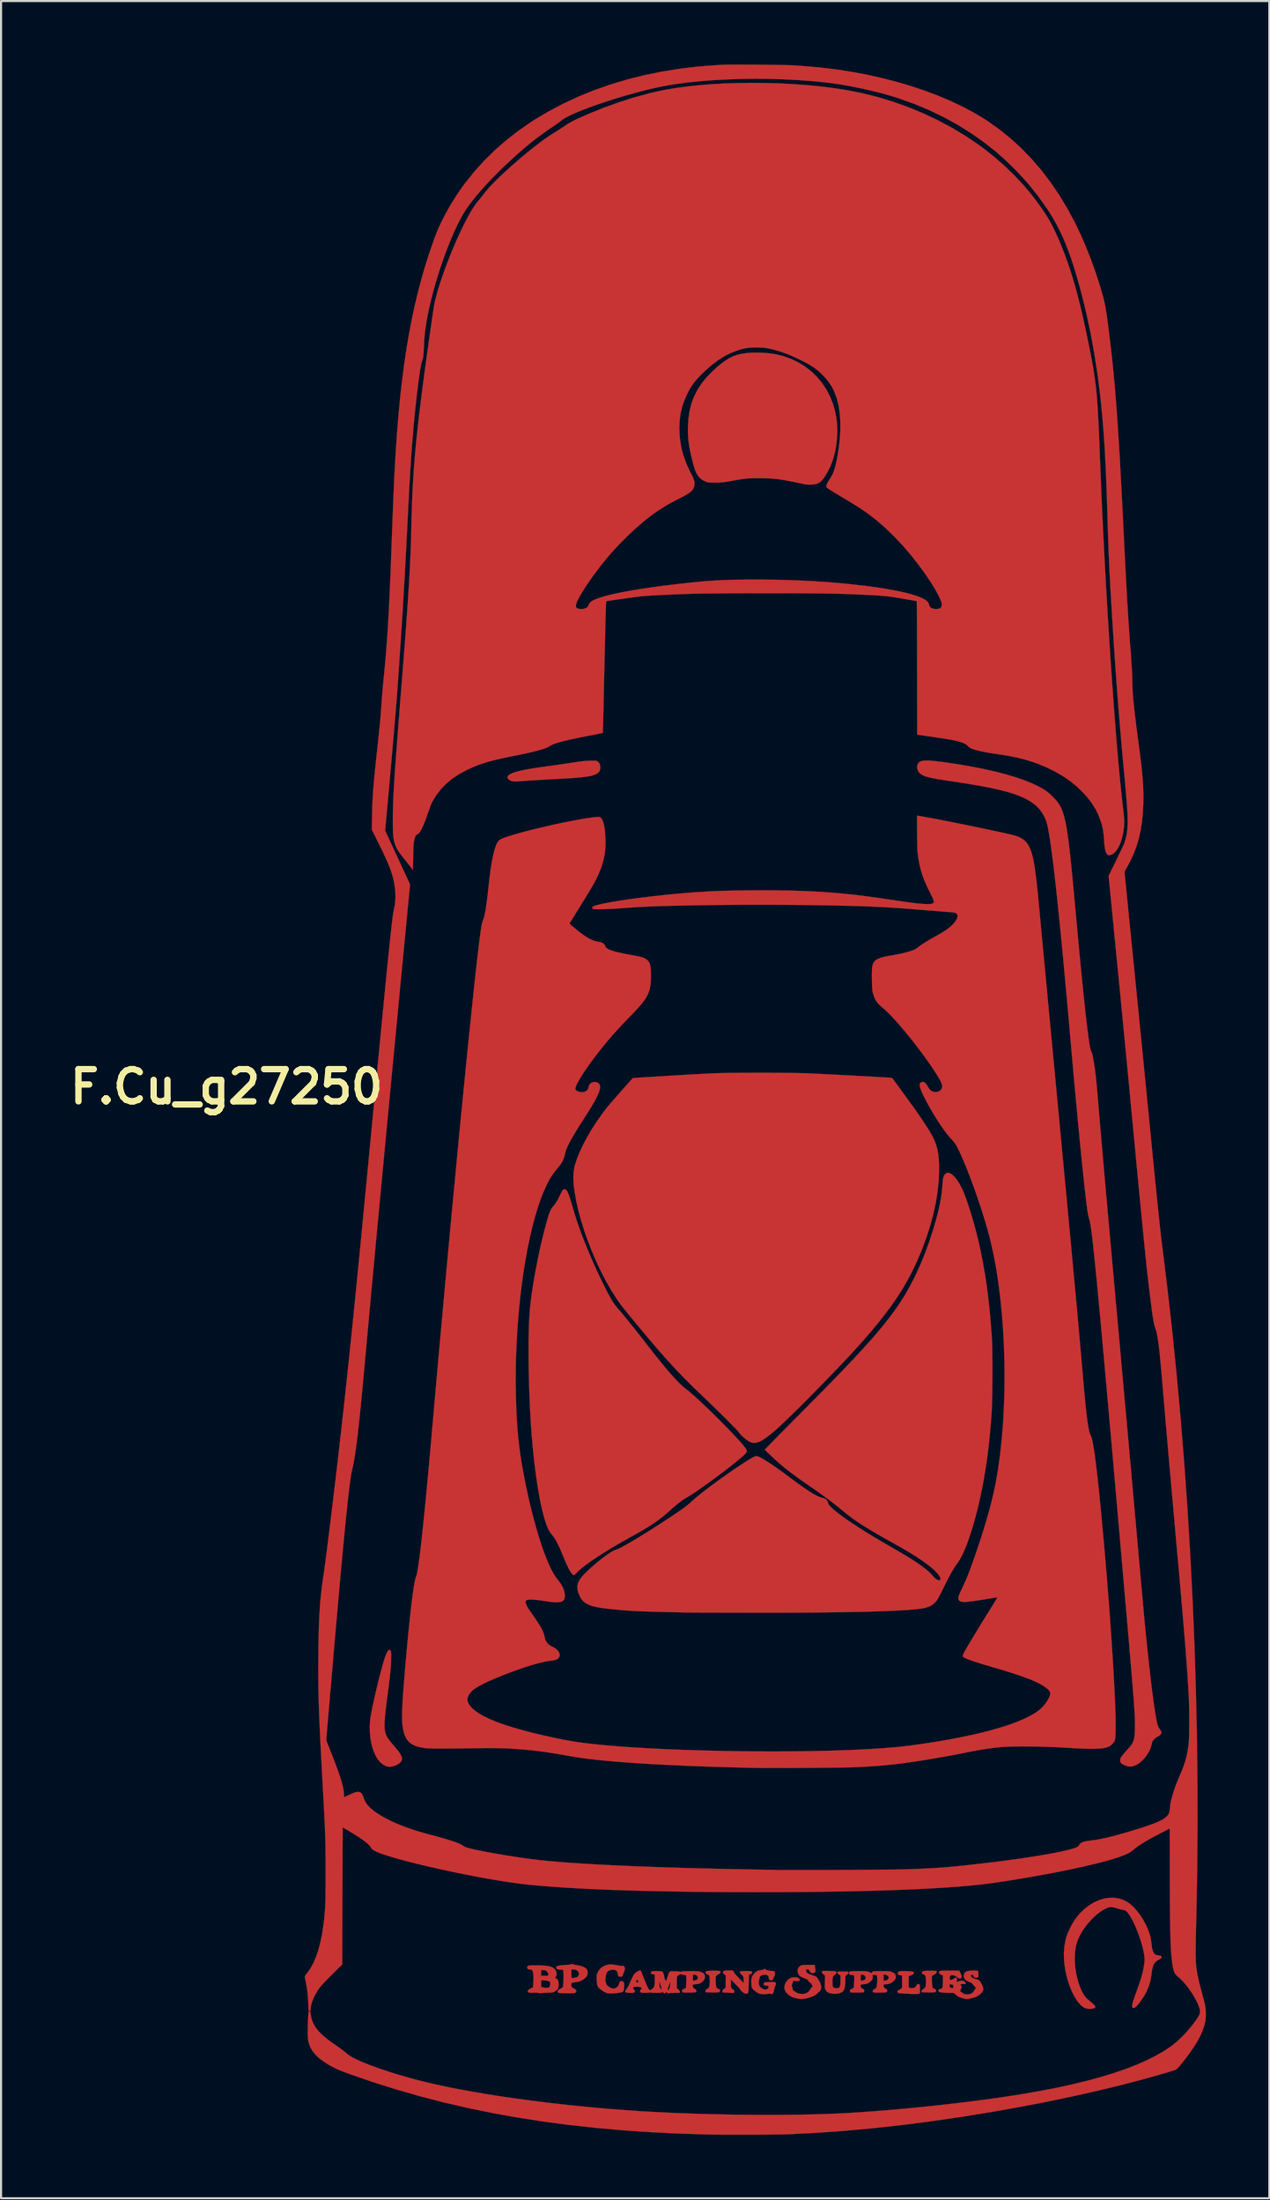
<source format=kicad_pcb>
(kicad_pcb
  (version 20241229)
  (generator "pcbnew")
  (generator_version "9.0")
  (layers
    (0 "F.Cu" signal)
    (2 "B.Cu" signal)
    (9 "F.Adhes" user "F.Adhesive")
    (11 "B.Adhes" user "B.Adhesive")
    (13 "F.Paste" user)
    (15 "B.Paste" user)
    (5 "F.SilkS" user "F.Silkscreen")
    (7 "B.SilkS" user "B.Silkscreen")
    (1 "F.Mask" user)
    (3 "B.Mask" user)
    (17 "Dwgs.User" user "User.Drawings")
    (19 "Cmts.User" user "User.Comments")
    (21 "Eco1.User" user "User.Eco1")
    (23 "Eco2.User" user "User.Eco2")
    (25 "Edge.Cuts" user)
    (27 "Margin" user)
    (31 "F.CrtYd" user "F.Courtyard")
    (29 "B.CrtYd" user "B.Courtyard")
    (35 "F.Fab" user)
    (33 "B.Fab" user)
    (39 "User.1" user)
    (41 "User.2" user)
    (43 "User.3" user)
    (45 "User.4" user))
  (footprint "F.Cu_g27250"
    (layer "F.Cu")
    (at 7.664 48.335)
    (property "Reference" "F.Cu_g27250" (at 0 0 0) (layer "F.SilkS") (effects (font (size 1.524 1.524) (thickness 0.3))))
    (attr through_hole)
    (fp_poly (pts (xy 23.119 41.796) (xy 23.212 41.799) (xy 23.288 41.803) (xy 23.335 41.81) (xy 23.344 41.813) (xy 23.37 41.847) (xy 23.358 41.889) (xy 23.309 41.936) (xy 23.262 41.965) (xy 23.188 42.014) (xy 23.147 42.061) (xy 23.143 42.073) (xy 23.138 42.114) (xy 23.136 42.187) (xy 23.137 42.278) (xy 23.139 42.342) (xy 23.144 42.454) (xy 23.155 42.533) (xy 23.174 42.586) (xy 23.204 42.623) (xy 23.251 42.65) (xy 23.276 42.662) (xy 23.329 42.691) (xy 23.345 42.724) (xy 23.328 42.774) (xy 23.325 42.779) (xy 23.313 42.795) (xy 23.294 42.806) (xy 23.26 42.814) (xy 23.204 42.818) (xy 23.12 42.82) (xy 23.001 42.82) (xy 22.99 42.82) (xy 22.879 42.819) (xy 22.783 42.817) (xy 22.71 42.813) (xy 22.669 42.808) (xy 22.662 42.806) (xy 22.651 42.769) (xy 22.665 42.721) (xy 22.698 42.678) (xy 22.74 42.653) (xy 22.755 42.651) (xy 22.778 42.634) (xy 22.811 42.594) (xy 22.818 42.582) (xy 22.843 42.515) (xy 22.857 42.416) (xy 22.862 42.295) (xy 22.855 42.163) (xy 22.847 42.096) (xy 22.835 42.035) (xy 22.813 42.001) (xy 22.771 41.979) (xy 22.764 41.976) (xy 22.694 41.94) (xy 22.659 41.898) (xy 22.661 41.856) (xy 22.702 41.82) (xy 22.718 41.812) (xy 22.756 41.805) (xy 22.825 41.8) (xy 22.915 41.797) (xy 23.016 41.796) (xy 23.119 41.796)) (stroke (width 0.01) (type solid)) (fill yes) (layer "F.Cu"))
    (fp_poly (pts (xy 33.266 41.797) (xy 33.374 41.799) (xy 33.466 41.8) (xy 33.536 41.802) (xy 33.573 41.803) (xy 33.577 41.803) (xy 33.587 41.822) (xy 33.588 41.862) (xy 33.572 41.906) (xy 33.532 41.943) (xy 33.486 41.97) (xy 33.427 42.003) (xy 33.385 42.033) (xy 33.373 42.044) (xy 33.365 42.079) (xy 33.361 42.144) (xy 33.362 42.231) (xy 33.365 42.327) (xy 33.372 42.423) (xy 33.381 42.508) (xy 33.391 42.57) (xy 33.402 42.599) (xy 33.44 42.63) (xy 33.495 42.66) (xy 33.5 42.662) (xy 33.553 42.691) (xy 33.568 42.724) (xy 33.551 42.774) (xy 33.548 42.779) (xy 33.537 42.795) (xy 33.517 42.806) (xy 33.483 42.814) (xy 33.428 42.818) (xy 33.344 42.82) (xy 33.225 42.82) (xy 33.213 42.82) (xy 33.102 42.819) (xy 33.006 42.817) (xy 32.934 42.813) (xy 32.892 42.808) (xy 32.886 42.806) (xy 32.871 42.766) (xy 32.892 42.719) (xy 32.945 42.673) (xy 32.946 42.672) (xy 33.01 42.627) (xy 33.05 42.58) (xy 33.073 42.519) (xy 33.082 42.434) (xy 33.084 42.363) (xy 33.082 42.267) (xy 33.078 42.175) (xy 33.071 42.104) (xy 33.071 42.098) (xy 33.058 42.037) (xy 33.034 42.001) (xy 32.986 41.974) (xy 32.975 41.97) (xy 32.915 41.935) (xy 32.893 41.896) (xy 32.893 41.892) (xy 32.899 41.855) (xy 32.92 41.829) (xy 32.962 41.812) (xy 33.031 41.802) (xy 33.131 41.797) (xy 33.266 41.797)) (stroke (width 0.01) (type solid)) (fill yes) (layer "F.Cu"))
    (fp_poly (pts (xy 17.42 -15.416) (xy 17.477 -15.411) (xy 17.516 -15.402) (xy 17.545 -15.387) (xy 17.561 -15.376) (xy 17.631 -15.303) (xy 17.67 -15.208) (xy 17.68 -15.1) (xy 17.674 -15.02) (xy 17.654 -14.949) (xy 17.617 -14.886) (xy 17.562 -14.832) (xy 17.485 -14.784) (xy 17.385 -14.743) (xy 17.258 -14.707) (xy 17.102 -14.676) (xy 16.915 -14.649) (xy 16.695 -14.625) (xy 16.438 -14.603) (xy 16.143 -14.584) (xy 15.97 -14.574) (xy 15.622 -14.555) (xy 15.313 -14.538) (xy 15.042 -14.522) (xy 14.806 -14.509) (xy 14.603 -14.496) (xy 14.431 -14.486) (xy 14.287 -14.477) (xy 14.169 -14.468) (xy 14.075 -14.461) (xy 14.012 -14.456) (xy 13.846 -14.442) (xy 13.715 -14.436) (xy 13.612 -14.437) (xy 13.531 -14.446) (xy 13.465 -14.464) (xy 13.419 -14.483) (xy 13.345 -14.534) (xy 13.302 -14.593) (xy 13.294 -14.653) (xy 13.306 -14.685) (xy 13.354 -14.739) (xy 13.433 -14.79) (xy 13.544 -14.839) (xy 13.687 -14.887) (xy 13.866 -14.934) (xy 14.081 -14.981) (xy 14.333 -15.028) (xy 14.625 -15.075) (xy 14.958 -15.122) (xy 14.965 -15.123) (xy 15.135 -15.147) (xy 15.334 -15.175) (xy 15.553 -15.206) (xy 15.779 -15.239) (xy 16.001 -15.272) (xy 16.207 -15.303) (xy 16.235 -15.308) (xy 16.45 -15.34) (xy 16.629 -15.365) (xy 16.779 -15.385) (xy 16.906 -15.4) (xy 17.015 -15.409) (xy 17.113 -15.415) (xy 17.205 -15.418) (xy 17.223 -15.418) (xy 17.339 -15.418) (xy 17.42 -15.416)) (stroke (width 0.01) (type solid)) (fill yes) (layer "F.Cu"))
    (fp_poly (pts (xy 7.735 26.633) (xy 7.758 26.651) (xy 7.773 26.688) (xy 7.783 26.748) (xy 7.787 26.836) (xy 7.787 26.957) (xy 7.783 27.113) (xy 7.778 27.238) (xy 7.772 27.363) (xy 7.763 27.492) (xy 7.751 27.63) (xy 7.736 27.783) (xy 7.717 27.955) (xy 7.694 28.152) (xy 7.666 28.377) (xy 7.632 28.636) (xy 7.609 28.815) (xy 7.569 29.119) (xy 7.537 29.386) (xy 7.511 29.617) (xy 7.492 29.818) (xy 7.479 29.99) (xy 7.473 30.138) (xy 7.474 30.266) (xy 7.482 30.375) (xy 7.496 30.471) (xy 7.517 30.557) (xy 7.544 30.636) (xy 7.578 30.711) (xy 7.591 30.736) (xy 7.635 30.807) (xy 7.702 30.901) (xy 7.786 31.008) (xy 7.882 31.122) (xy 7.905 31.149) (xy 8.041 31.307) (xy 8.147 31.441) (xy 8.224 31.555) (xy 8.274 31.651) (xy 8.297 31.734) (xy 8.296 31.806) (xy 8.271 31.872) (xy 8.225 31.935) (xy 8.224 31.936) (xy 8.125 32.021) (xy 8.001 32.087) (xy 7.866 32.131) (xy 7.73 32.149) (xy 7.603 32.139) (xy 7.554 32.124) (xy 7.4 32.045) (xy 7.261 31.927) (xy 7.137 31.77) (xy 7.028 31.575) (xy 6.933 31.34) (xy 6.929 31.327) (xy 6.858 31.074) (xy 6.809 30.795) (xy 6.781 30.503) (xy 6.777 30.211) (xy 6.793 29.961) (xy 6.81 29.834) (xy 6.837 29.672) (xy 6.873 29.481) (xy 6.917 29.267) (xy 6.967 29.035) (xy 7.021 28.79) (xy 7.08 28.538) (xy 7.14 28.284) (xy 7.202 28.033) (xy 7.264 27.791) (xy 7.324 27.563) (xy 7.381 27.354) (xy 7.435 27.17) (xy 7.483 27.016) (xy 7.524 26.898) (xy 7.53 26.883) (xy 7.583 26.761) (xy 7.632 26.679) (xy 7.676 26.636) (xy 7.705 26.628) (xy 7.735 26.633)) (stroke (width 0.01) (type solid)) (fill yes) (layer "F.Cu"))
    (fp_poly (pts (xy 32.104 41.813) (xy 32.174 41.816) (xy 32.298 41.823) (xy 32.386 41.829) (xy 32.444 41.836) (xy 32.479 41.845) (xy 32.496 41.858) (xy 32.501 41.868) (xy 32.505 41.918) (xy 32.477 41.959) (xy 32.413 41.995) (xy 32.378 42.009) (xy 32.269 42.048) (xy 32.263 42.302) (xy 32.263 42.404) (xy 32.266 42.492) (xy 32.271 42.556) (xy 32.278 42.587) (xy 32.31 42.608) (xy 32.373 42.617) (xy 32.419 42.618) (xy 32.482 42.615) (xy 32.528 42.605) (xy 32.566 42.58) (xy 32.607 42.533) (xy 32.662 42.458) (xy 32.662 42.457) (xy 32.694 42.424) (xy 32.728 42.424) (xy 32.747 42.431) (xy 32.771 42.445) (xy 32.786 42.466) (xy 32.795 42.503) (xy 32.799 42.566) (xy 32.801 42.642) (xy 32.8 42.731) (xy 32.796 42.805) (xy 32.79 42.853) (xy 32.786 42.862) (xy 32.769 42.878) (xy 32.732 42.887) (xy 32.667 42.892) (xy 32.568 42.894) (xy 32.554 42.894) (xy 32.464 42.894) (xy 32.391 42.893) (xy 32.346 42.891) (xy 32.335 42.89) (xy 32.313 42.887) (xy 32.257 42.884) (xy 32.175 42.879) (xy 32.075 42.875) (xy 32.058 42.874) (xy 31.944 42.867) (xy 31.85 42.858) (xy 31.785 42.848) (xy 31.757 42.838) (xy 31.732 42.796) (xy 31.743 42.751) (xy 31.784 42.715) (xy 31.803 42.708) (xy 31.866 42.678) (xy 31.914 42.645) (xy 31.933 42.625) (xy 31.946 42.602) (xy 31.954 42.568) (xy 31.957 42.516) (xy 31.958 42.437) (xy 31.957 42.324) (xy 31.956 42.311) (xy 31.951 42.02) (xy 31.869 42.009) (xy 31.796 41.993) (xy 31.76 41.965) (xy 31.754 41.92) (xy 31.758 41.902) (xy 31.772 41.865) (xy 31.795 41.838) (xy 31.834 41.821) (xy 31.894 41.812) (xy 31.982 41.81) (xy 32.104 41.813)) (stroke (width 0.01) (type solid)) (fill yes) (layer "F.Cu"))
    (fp_poly (pts (xy 28.485 41.805) (xy 28.604 41.808) (xy 28.705 41.813) (xy 28.779 41.819) (xy 28.819 41.827) (xy 28.824 41.83) (xy 28.849 41.873) (xy 28.838 41.922) (xy 28.794 41.965) (xy 28.788 41.969) (xy 28.729 42.012) (xy 28.689 42.068) (xy 28.667 42.144) (xy 28.658 42.25) (xy 28.658 42.312) (xy 28.661 42.428) (xy 28.669 42.508) (xy 28.686 42.561) (xy 28.715 42.592) (xy 28.759 42.609) (xy 28.806 42.617) (xy 28.888 42.623) (xy 28.949 42.612) (xy 28.992 42.581) (xy 29.019 42.523) (xy 29.034 42.435) (xy 29.04 42.312) (xy 29.041 42.247) (xy 29.041 42.014) (xy 28.965 41.97) (xy 28.913 41.931) (xy 28.896 41.892) (xy 28.897 41.881) (xy 28.902 41.862) (xy 28.915 41.849) (xy 28.943 41.841) (xy 28.995 41.838) (xy 29.076 41.836) (xy 29.157 41.836) (xy 29.264 41.836) (xy 29.337 41.838) (xy 29.381 41.843) (xy 29.404 41.852) (xy 29.414 41.866) (xy 29.417 41.88) (xy 29.405 41.926) (xy 29.353 41.978) (xy 29.349 41.982) (xy 29.273 42.039) (xy 29.273 42.222) (xy 29.267 42.395) (xy 29.249 42.544) (xy 29.219 42.663) (xy 29.179 42.746) (xy 29.176 42.75) (xy 29.111 42.806) (xy 29.015 42.85) (xy 28.9 42.878) (xy 28.775 42.888) (xy 28.651 42.878) (xy 28.649 42.878) (xy 28.525 42.848) (xy 28.436 42.81) (xy 28.373 42.759) (xy 28.338 42.706) (xy 28.32 42.667) (xy 28.308 42.627) (xy 28.302 42.578) (xy 28.3 42.509) (xy 28.302 42.413) (xy 28.304 42.334) (xy 28.307 42.227) (xy 28.309 42.133) (xy 28.308 42.063) (xy 28.306 42.024) (xy 28.305 42.021) (xy 28.281 41.993) (xy 28.236 41.963) (xy 28.234 41.962) (xy 28.188 41.927) (xy 28.173 41.877) (xy 28.173 41.866) (xy 28.173 41.803) (xy 28.485 41.805)) (stroke (width 0.01) (type solid)) (fill yes) (layer "F.Cu"))
    (fp_poly (pts (xy 23.993 41.862) (xy 24.023 41.906) (xy 24.076 41.972) (xy 24.146 42.051) (xy 24.226 42.136) (xy 24.251 42.162) (xy 24.469 42.382) (xy 24.461 42.218) (xy 24.456 42.134) (xy 24.447 42.08) (xy 24.431 42.043) (xy 24.4 42.009) (xy 24.363 41.976) (xy 24.303 41.916) (xy 24.281 41.87) (xy 24.281 41.857) (xy 24.288 41.839) (xy 24.304 41.827) (xy 24.338 41.819) (xy 24.396 41.814) (xy 24.485 41.81) (xy 24.543 41.809) (xy 24.664 41.808) (xy 24.748 41.81) (xy 24.803 41.818) (xy 24.836 41.831) (xy 24.838 41.832) (xy 24.866 41.87) (xy 24.854 41.91) (xy 24.804 41.949) (xy 24.779 41.96) (xy 24.707 41.99) (xy 24.698 42.403) (xy 24.694 42.563) (xy 24.689 42.684) (xy 24.68 42.773) (xy 24.666 42.832) (xy 24.644 42.867) (xy 24.613 42.881) (xy 24.571 42.879) (xy 24.516 42.866) (xy 24.496 42.86) (xy 24.455 42.838) (xy 24.403 42.796) (xy 24.349 42.744) (xy 24.305 42.694) (xy 24.28 42.655) (xy 24.278 42.646) (xy 24.264 42.628) (xy 24.226 42.586) (xy 24.168 42.524) (xy 24.096 42.45) (xy 24.067 42.42) (xy 23.855 42.205) (xy 23.855 42.402) (xy 23.855 42.495) (xy 23.859 42.556) (xy 23.868 42.595) (xy 23.885 42.623) (xy 23.913 42.65) (xy 23.919 42.655) (xy 23.965 42.693) (xy 24.001 42.717) (xy 24.007 42.719) (xy 24.021 42.745) (xy 24.016 42.786) (xy 24.002 42.844) (xy 23.743 42.833) (xy 23.642 42.829) (xy 23.557 42.825) (xy 23.496 42.823) (xy 23.469 42.821) (xy 23.469 42.821) (xy 23.456 42.802) (xy 23.453 42.769) (xy 23.473 42.715) (xy 23.532 42.655) (xy 23.611 42.591) (xy 23.613 42.303) (xy 23.615 42.015) (xy 23.544 41.962) (xy 23.492 41.913) (xy 23.477 41.873) (xy 23.498 41.832) (xy 23.513 41.818) (xy 23.542 41.8) (xy 23.589 41.79) (xy 23.662 41.784) (xy 23.751 41.783) (xy 23.951 41.783) (xy 23.993 41.862)) (stroke (width 0.01) (type solid)) (fill yes) (layer "F.Cu"))
    (fp_poly (pts (xy 18.264 41.503) (xy 18.457 41.533) (xy 18.471 41.536) (xy 18.565 41.555) (xy 18.646 41.567) (xy 18.704 41.572) (xy 18.725 41.57) (xy 18.779 41.566) (xy 18.816 41.596) (xy 18.836 41.651) (xy 18.837 41.725) (xy 18.817 41.812) (xy 18.796 41.863) (xy 18.769 41.926) (xy 18.75 41.98) (xy 18.747 41.994) (xy 18.727 42.048) (xy 18.684 42.073) (xy 18.614 42.075) (xy 18.562 42.068) (xy 18.536 42.049) (xy 18.522 42.006) (xy 18.517 41.98) (xy 18.5 41.907) (xy 18.475 41.839) (xy 18.47 41.83) (xy 18.446 41.793) (xy 18.411 41.771) (xy 18.354 41.758) (xy 18.321 41.754) (xy 18.216 41.751) (xy 18.129 41.771) (xy 18.123 41.773) (xy 18.062 41.803) (xy 18.016 41.84) (xy 17.982 41.892) (xy 17.957 41.966) (xy 17.936 42.069) (xy 17.919 42.196) (xy 17.92 42.264) (xy 17.936 42.345) (xy 17.962 42.422) (xy 17.993 42.48) (xy 18.007 42.496) (xy 18.112 42.573) (xy 18.198 42.62) (xy 18.273 42.64) (xy 18.347 42.636) (xy 18.369 42.631) (xy 18.447 42.592) (xy 18.515 42.527) (xy 18.562 42.448) (xy 18.576 42.39) (xy 18.593 42.33) (xy 18.636 42.299) (xy 18.695 42.291) (xy 18.753 42.304) (xy 18.79 42.344) (xy 18.808 42.416) (xy 18.809 42.523) (xy 18.806 42.56) (xy 18.796 42.643) (xy 18.785 42.713) (xy 18.774 42.756) (xy 18.773 42.76) (xy 18.738 42.787) (xy 18.67 42.812) (xy 18.577 42.833) (xy 18.467 42.85) (xy 18.348 42.862) (xy 18.23 42.868) (xy 18.12 42.867) (xy 18.028 42.857) (xy 17.986 42.848) (xy 17.91 42.816) (xy 17.822 42.766) (xy 17.731 42.703) (xy 17.649 42.638) (xy 17.588 42.578) (xy 17.568 42.551) (xy 17.547 42.505) (xy 17.532 42.444) (xy 17.521 42.358) (xy 17.512 42.239) (xy 17.512 42.238) (xy 17.508 42.118) (xy 17.509 42.031) (xy 17.515 41.979) (xy 17.52 41.969) (xy 17.542 41.928) (xy 17.554 41.889) (xy 17.577 41.838) (xy 17.615 41.781) (xy 17.623 41.772) (xy 17.662 41.726) (xy 17.689 41.69) (xy 17.692 41.685) (xy 17.716 41.662) (xy 17.766 41.626) (xy 17.818 41.593) (xy 17.949 41.532) (xy 18.096 41.502) (xy 18.264 41.503)) (stroke (width 0.01) (type solid)) (fill yes) (layer "F.Cu"))
    (fp_poly (pts (xy 25.479 41.706) (xy 25.485 41.726) (xy 25.504 41.744) (xy 25.554 41.763) (xy 25.624 41.782) (xy 25.703 41.797) (xy 25.78 41.806) (xy 25.838 41.807) (xy 25.902 41.819) (xy 25.939 41.86) (xy 25.948 41.925) (xy 25.926 42.008) (xy 25.92 42.023) (xy 25.891 42.09) (xy 25.86 42.163) (xy 25.857 42.169) (xy 25.829 42.224) (xy 25.795 42.246) (xy 25.773 42.249) (xy 25.702 42.24) (xy 25.665 42.212) (xy 25.654 42.163) (xy 25.645 42.097) (xy 25.631 42.051) (xy 25.591 42.011) (xy 25.525 41.988) (xy 25.444 41.982) (xy 25.362 41.993) (xy 25.289 42.02) (xy 25.24 42.06) (xy 25.224 42.095) (xy 25.206 42.158) (xy 25.19 42.234) (xy 25.174 42.36) (xy 25.182 42.459) (xy 25.218 42.537) (xy 25.283 42.603) (xy 25.316 42.626) (xy 25.415 42.677) (xy 25.5 42.69) (xy 25.573 42.666) (xy 25.6 42.646) (xy 25.638 42.599) (xy 25.642 42.553) (xy 25.641 42.55) (xy 25.625 42.519) (xy 25.593 42.506) (xy 25.538 42.503) (xy 25.46 42.492) (xy 25.415 42.461) (xy 25.406 42.413) (xy 25.41 42.4) (xy 25.421 42.374) (xy 25.441 42.356) (xy 25.476 42.344) (xy 25.534 42.337) (xy 25.622 42.334) (xy 25.72 42.332) (xy 25.834 42.332) (xy 25.911 42.336) (xy 25.956 42.345) (xy 25.972 42.356) (xy 25.984 42.408) (xy 25.975 42.469) (xy 25.954 42.509) (xy 25.938 42.543) (xy 25.919 42.607) (xy 25.902 42.685) (xy 25.901 42.691) (xy 25.877 42.794) (xy 25.85 42.859) (xy 25.817 42.892) (xy 25.772 42.896) (xy 25.74 42.887) (xy 25.655 42.876) (xy 25.62 42.885) (xy 25.563 42.896) (xy 25.48 42.901) (xy 25.385 42.901) (xy 25.293 42.894) (xy 25.219 42.883) (xy 25.199 42.877) (xy 25.132 42.845) (xy 25.05 42.792) (xy 24.969 42.729) (xy 24.903 42.668) (xy 24.875 42.636) (xy 24.845 42.569) (xy 24.83 42.486) (xy 24.83 42.481) (xy 24.827 42.398) (xy 24.822 42.307) (xy 24.82 42.28) (xy 24.832 42.154) (xy 24.88 42.034) (xy 24.955 41.928) (xy 25.053 41.842) (xy 25.167 41.785) (xy 25.29 41.762) (xy 25.299 41.762) (xy 25.373 41.754) (xy 25.419 41.733) (xy 25.421 41.73) (xy 25.456 41.702) (xy 25.479 41.706)) (stroke (width 0.01) (type solid)) (fill yes) (layer "F.Cu"))
    (fp_poly (pts (xy 14.691 41.542) (xy 14.909 41.547) (xy 15.088 41.559) (xy 15.234 41.58) (xy 15.351 41.611) (xy 15.441 41.652) (xy 15.509 41.705) (xy 15.558 41.767) (xy 15.606 41.874) (xy 15.614 41.973) (xy 15.586 42.059) (xy 15.544 42.136) (xy 15.604 42.17) (xy 15.654 42.211) (xy 15.686 42.27) (xy 15.702 42.356) (xy 15.706 42.45) (xy 15.701 42.553) (xy 15.683 42.626) (xy 15.645 42.683) (xy 15.582 42.737) (xy 15.559 42.754) (xy 15.513 42.784) (xy 15.472 42.804) (xy 15.425 42.817) (xy 15.364 42.825) (xy 15.276 42.83) (xy 15.216 42.833) (xy 15.107 42.837) (xy 15.001 42.843) (xy 14.912 42.848) (xy 14.868 42.851) (xy 14.8 42.852) (xy 14.747 42.846) (xy 14.73 42.84) (xy 14.696 42.832) (xy 14.632 42.83) (xy 14.55 42.832) (xy 14.519 42.834) (xy 14.399 42.838) (xy 14.316 42.829) (xy 14.267 42.807) (xy 14.248 42.771) (xy 14.249 42.75) (xy 14.271 42.711) (xy 14.328 42.669) (xy 14.376 42.644) (xy 14.496 42.584) (xy 14.498 42.562) (xy 14.88 42.562) (xy 14.96 42.583) (xy 15.048 42.6) (xy 15.137 42.605) (xy 15.213 42.6) (xy 15.263 42.584) (xy 15.265 42.582) (xy 15.287 42.547) (xy 15.305 42.486) (xy 15.312 42.447) (xy 15.318 42.382) (xy 15.313 42.344) (xy 15.292 42.318) (xy 15.267 42.3) (xy 15.196 42.272) (xy 15.083 42.256) (xy 15.044 42.253) (xy 14.88 42.243) (xy 14.88 42.562) (xy 14.498 42.562) (xy 14.513 42.4) (xy 14.525 42.187) (xy 14.52 42.037) (xy 14.88 42.037) (xy 15.047 42.037) (xy 15.131 42.036) (xy 15.182 42.032) (xy 15.209 42.021) (xy 15.222 42.003) (xy 15.226 41.99) (xy 15.222 41.938) (xy 15.193 41.877) (xy 15.149 41.819) (xy 15.1 41.781) (xy 15.085 41.775) (xy 15.032 41.766) (xy 14.966 41.762) (xy 14.96 41.762) (xy 14.88 41.762) (xy 14.88 42.037) (xy 14.52 42.037) (xy 14.519 42.008) (xy 14.494 41.86) (xy 14.493 41.857) (xy 14.474 41.795) (xy 14.454 41.762) (xy 14.42 41.747) (xy 14.371 41.74) (xy 14.291 41.727) (xy 14.246 41.706) (xy 14.226 41.673) (xy 14.224 41.647) (xy 14.227 41.612) (xy 14.24 41.585) (xy 14.267 41.566) (xy 14.314 41.553) (xy 14.386 41.546) (xy 14.488 41.542) (xy 14.625 41.542) (xy 14.691 41.542)) (stroke (width 0.01) (type solid)) (fill yes) (layer "F.Cu"))
    (fp_poly (pts (xy 25.467 -34.7) (xy 25.754 -34.671) (xy 25.961 -34.638) (xy 26.346 -34.543) (xy 26.711 -34.412) (xy 27.054 -34.246) (xy 27.374 -34.048) (xy 27.667 -33.818) (xy 27.934 -33.56) (xy 28.172 -33.273) (xy 28.378 -32.961) (xy 28.553 -32.624) (xy 28.693 -32.265) (xy 28.794 -31.897) (xy 28.847 -31.616) (xy 28.878 -31.342) (xy 28.889 -31.058) (xy 28.886 -30.85) (xy 28.854 -30.432) (xy 28.788 -30.036) (xy 28.688 -29.664) (xy 28.555 -29.317) (xy 28.388 -28.995) (xy 28.284 -28.831) (xy 28.198 -28.713) (xy 28.121 -28.627) (xy 28.045 -28.567) (xy 27.963 -28.525) (xy 27.888 -28.502) (xy 27.787 -28.484) (xy 27.662 -28.474) (xy 27.531 -28.473) (xy 27.411 -28.48) (xy 27.347 -28.49) (xy 27.066 -28.55) (xy 26.82 -28.601) (xy 26.605 -28.643) (xy 26.416 -28.679) (xy 26.246 -28.707) (xy 26.092 -28.729) (xy 25.947 -28.746) (xy 25.806 -28.759) (xy 25.665 -28.767) (xy 25.517 -28.772) (xy 25.358 -28.774) (xy 25.231 -28.775) (xy 25.059 -28.775) (xy 24.915 -28.774) (xy 24.793 -28.772) (xy 24.683 -28.766) (xy 24.578 -28.758) (xy 24.47 -28.745) (xy 24.352 -28.728) (xy 24.214 -28.705) (xy 24.05 -28.676) (xy 23.876 -28.645) (xy 23.718 -28.617) (xy 23.59 -28.596) (xy 23.479 -28.582) (xy 23.374 -28.574) (xy 23.262 -28.569) (xy 23.132 -28.567) (xy 23.125 -28.567) (xy 22.993 -28.567) (xy 22.896 -28.569) (xy 22.823 -28.573) (xy 22.767 -28.581) (xy 22.719 -28.594) (xy 22.669 -28.612) (xy 22.666 -28.613) (xy 22.515 -28.689) (xy 22.394 -28.784) (xy 22.294 -28.908) (xy 22.288 -28.917) (xy 22.24 -28.996) (xy 22.199 -29.077) (xy 22.162 -29.167) (xy 22.125 -29.274) (xy 22.087 -29.406) (xy 22.044 -29.571) (xy 22.034 -29.612) (xy 21.969 -29.886) (xy 21.917 -30.129) (xy 21.878 -30.349) (xy 21.851 -30.556) (xy 21.834 -30.757) (xy 21.826 -30.96) (xy 21.827 -31.176) (xy 21.829 -31.249) (xy 21.856 -31.635) (xy 21.913 -31.997) (xy 22.003 -32.338) (xy 22.127 -32.661) (xy 22.286 -32.969) (xy 22.482 -33.265) (xy 22.716 -33.553) (xy 22.99 -33.835) (xy 23.194 -34.021) (xy 23.405 -34.195) (xy 23.599 -34.338) (xy 23.785 -34.452) (xy 23.968 -34.54) (xy 24.157 -34.607) (xy 24.358 -34.655) (xy 24.579 -34.688) (xy 24.6 -34.691) (xy 24.874 -34.711) (xy 25.169 -34.713) (xy 25.467 -34.7)) (stroke (width 0.01) (type solid)) (fill yes) (layer "F.Cu"))
    (fp_poly (pts (xy 16.383 41.487) (xy 16.41 41.501) (xy 16.468 41.516) (xy 16.545 41.528) (xy 16.556 41.53) (xy 16.688 41.552) (xy 16.812 41.588) (xy 16.919 41.633) (xy 17 41.683) (xy 17.041 41.728) (xy 17.076 41.821) (xy 17.079 41.926) (xy 17.053 42.025) (xy 17.034 42.06) (xy 16.963 42.139) (xy 16.866 42.213) (xy 16.757 42.275) (xy 16.65 42.313) (xy 16.613 42.32) (xy 16.498 42.335) (xy 16.418 42.346) (xy 16.366 42.356) (xy 16.336 42.367) (xy 16.321 42.381) (xy 16.313 42.399) (xy 16.311 42.407) (xy 16.306 42.464) (xy 16.312 42.522) (xy 16.328 42.566) (xy 16.363 42.601) (xy 16.428 42.635) (xy 16.505 42.679) (xy 16.542 42.724) (xy 16.541 42.775) (xy 16.524 42.808) (xy 16.511 42.825) (xy 16.495 42.838) (xy 16.47 42.847) (xy 16.43 42.852) (xy 16.368 42.855) (xy 16.278 42.856) (xy 16.154 42.857) (xy 16.098 42.856) (xy 15.948 42.855) (xy 15.836 42.852) (xy 15.758 42.848) (xy 15.709 42.84) (xy 15.684 42.83) (xy 15.683 42.828) (xy 15.661 42.777) (xy 15.682 42.725) (xy 15.744 42.674) (xy 15.796 42.646) (xy 15.859 42.612) (xy 15.903 42.581) (xy 15.919 42.561) (xy 15.921 42.529) (xy 15.925 42.466) (xy 15.932 42.384) (xy 15.934 42.355) (xy 15.942 42.232) (xy 15.945 42.106) (xy 15.945 42.037) (xy 16.31 42.037) (xy 16.315 42.101) (xy 16.332 42.135) (xy 16.368 42.145) (xy 16.43 42.137) (xy 16.508 42.12) (xy 16.578 42.1) (xy 16.62 42.073) (xy 16.647 42.032) (xy 16.673 41.97) (xy 16.675 41.922) (xy 16.652 41.867) (xy 16.632 41.835) (xy 16.586 41.78) (xy 16.528 41.748) (xy 16.446 41.734) (xy 16.396 41.732) (xy 16.313 41.73) (xy 16.311 41.936) (xy 16.31 42.037) (xy 15.945 42.037) (xy 15.945 41.987) (xy 15.941 41.885) (xy 15.933 41.81) (xy 15.93 41.793) (xy 15.918 41.763) (xy 15.895 41.747) (xy 15.85 41.741) (xy 15.799 41.741) (xy 15.694 41.733) (xy 15.628 41.709) (xy 15.601 41.67) (xy 15.6 41.659) (xy 15.604 41.622) (xy 15.62 41.594) (xy 15.653 41.574) (xy 15.71 41.558) (xy 15.795 41.546) (xy 15.915 41.536) (xy 15.965 41.532) (xy 16.079 41.522) (xy 16.181 41.511) (xy 16.261 41.5) (xy 16.312 41.489) (xy 16.322 41.485) (xy 16.361 41.472) (xy 16.383 41.487)) (stroke (width 0.01) (type solid)) (fill yes) (layer "F.Cu"))
    (fp_poly (pts (xy 27.839 41.645) (xy 27.849 41.721) (xy 27.857 41.784) (xy 27.86 41.814) (xy 27.847 41.855) (xy 27.803 41.887) (xy 27.739 41.904) (xy 27.697 41.905) (xy 27.65 41.892) (xy 27.613 41.856) (xy 27.59 41.815) (xy 27.554 41.758) (xy 27.516 41.731) (xy 27.478 41.723) (xy 27.433 41.722) (xy 27.415 41.739) (xy 27.411 41.785) (xy 27.411 41.791) (xy 27.42 41.844) (xy 27.452 41.89) (xy 27.51 41.931) (xy 27.6 41.971) (xy 27.721 42.012) (xy 27.826 42.049) (xy 27.896 42.083) (xy 27.927 42.11) (xy 27.954 42.153) (xy 27.992 42.211) (xy 28.008 42.234) (xy 28.05 42.309) (xy 28.089 42.401) (xy 28.117 42.495) (xy 28.132 42.576) (xy 28.132 42.608) (xy 28.118 42.659) (xy 28.092 42.717) (xy 28.06 42.767) (xy 28.03 42.796) (xy 28.022 42.799) (xy 27.996 42.814) (xy 27.958 42.851) (xy 27.946 42.864) (xy 27.875 42.928) (xy 27.773 42.986) (xy 27.636 43.04) (xy 27.489 43.083) (xy 27.367 43.113) (xy 27.27 43.129) (xy 27.181 43.132) (xy 27.084 43.121) (xy 26.965 43.097) (xy 26.953 43.095) (xy 26.83 43.064) (xy 26.736 43.03) (xy 26.658 42.987) (xy 26.581 42.927) (xy 26.55 42.899) (xy 26.469 42.816) (xy 26.421 42.739) (xy 26.396 42.654) (xy 26.391 42.582) (xy 26.408 42.459) (xy 26.46 42.342) (xy 26.54 42.239) (xy 26.641 42.161) (xy 26.738 42.121) (xy 26.836 42.105) (xy 26.932 42.108) (xy 27.015 42.128) (xy 27.078 42.162) (xy 27.111 42.209) (xy 27.114 42.229) (xy 27.098 42.266) (xy 27.046 42.284) (xy 26.958 42.284) (xy 26.913 42.279) (xy 26.846 42.273) (xy 26.811 42.275) (xy 26.798 42.289) (xy 26.797 42.3) (xy 26.788 42.341) (xy 26.766 42.399) (xy 26.759 42.414) (xy 26.736 42.471) (xy 26.735 42.511) (xy 26.748 42.545) (xy 26.769 42.608) (xy 26.776 42.655) (xy 26.794 42.714) (xy 26.823 42.738) (xy 26.872 42.769) (xy 26.929 42.81) (xy 26.937 42.816) (xy 27.003 42.855) (xy 27.086 42.88) (xy 27.198 42.892) (xy 27.273 42.893) (xy 27.386 42.874) (xy 27.491 42.819) (xy 27.578 42.734) (xy 27.622 42.662) (xy 27.654 42.607) (xy 27.685 42.572) (xy 27.698 42.566) (xy 27.725 42.558) (xy 27.728 42.552) (xy 27.719 42.516) (xy 27.696 42.466) (xy 27.668 42.417) (xy 27.642 42.383) (xy 27.631 42.376) (xy 27.6 42.36) (xy 27.56 42.321) (xy 27.525 42.274) (xy 27.511 42.246) (xy 27.486 42.222) (xy 27.433 42.19) (xy 27.361 42.159) (xy 27.354 42.156) (xy 27.234 42.106) (xy 27.148 42.061) (xy 27.09 42.015) (xy 27.052 41.963) (xy 27.041 41.94) (xy 27.012 41.825) (xy 27.023 41.72) (xy 27.073 41.629) (xy 27.139 41.569) (xy 27.168 41.55) (xy 27.2 41.537) (xy 27.242 41.528) (xy 27.302 41.523) (xy 27.389 41.521) (xy 27.509 41.52) (xy 27.515 41.52) (xy 27.823 41.518) (xy 27.839 41.645)) (stroke (width 0.01) (type solid)) (fill yes) (layer "F.Cu"))
    (fp_poly (pts (xy 42.203 38.379) (xy 42.42 38.449) (xy 42.625 38.557) (xy 42.676 38.592) (xy 42.851 38.737) (xy 43.022 38.916) (xy 43.186 39.124) (xy 43.338 39.353) (xy 43.473 39.596) (xy 43.586 39.846) (xy 43.673 40.095) (xy 43.69 40.153) (xy 43.71 40.245) (xy 43.73 40.361) (xy 43.746 40.482) (xy 43.753 40.544) (xy 43.776 40.714) (xy 43.811 40.853) (xy 43.858 40.956) (xy 43.915 41.021) (xy 43.924 41.027) (xy 43.975 41.048) (xy 44.046 41.066) (xy 44.079 41.072) (xy 44.172 41.091) (xy 44.223 41.121) (xy 44.234 41.159) (xy 44.203 41.203) (xy 44.132 41.252) (xy 44.097 41.27) (xy 43.994 41.331) (xy 43.913 41.41) (xy 43.85 41.511) (xy 43.804 41.641) (xy 43.771 41.802) (xy 43.753 41.952) (xy 43.707 42.241) (xy 43.623 42.526) (xy 43.521 42.767) (xy 43.457 42.89) (xy 43.382 43.017) (xy 43.299 43.143) (xy 43.215 43.262) (xy 43.132 43.368) (xy 43.055 43.456) (xy 42.989 43.519) (xy 42.938 43.552) (xy 42.932 43.554) (xy 42.88 43.555) (xy 42.848 43.527) (xy 42.837 43.468) (xy 42.847 43.377) (xy 42.877 43.252) (xy 42.929 43.094) (xy 42.982 42.948) (xy 43.094 42.645) (xy 43.188 42.373) (xy 43.265 42.128) (xy 43.325 41.903) (xy 43.372 41.693) (xy 43.406 41.492) (xy 43.424 41.339) (xy 43.425 41.206) (xy 43.408 41.043) (xy 43.373 40.855) (xy 43.324 40.649) (xy 43.261 40.43) (xy 43.188 40.205) (xy 43.106 39.979) (xy 43.017 39.759) (xy 42.923 39.55) (xy 42.826 39.359) (xy 42.729 39.192) (xy 42.693 39.137) (xy 42.624 39.043) (xy 42.565 38.981) (xy 42.507 38.943) (xy 42.441 38.922) (xy 42.415 38.918) (xy 42.352 38.906) (xy 42.263 38.884) (xy 42.163 38.856) (xy 42.109 38.839) (xy 41.977 38.802) (xy 41.87 38.785) (xy 41.775 38.789) (xy 41.679 38.815) (xy 41.569 38.863) (xy 41.557 38.869) (xy 41.388 38.966) (xy 41.22 39.088) (xy 41.046 39.24) (xy 40.946 39.337) (xy 40.703 39.606) (xy 40.501 39.884) (xy 40.353 40.143) (xy 40.273 40.319) (xy 40.213 40.488) (xy 40.17 40.665) (xy 40.139 40.864) (xy 40.13 40.948) (xy 40.118 41.195) (xy 40.127 41.456) (xy 40.155 41.722) (xy 40.201 41.988) (xy 40.263 42.245) (xy 40.34 42.488) (xy 40.429 42.709) (xy 40.53 42.902) (xy 40.623 43.037) (xy 40.666 43.084) (xy 40.733 43.147) (xy 40.815 43.218) (xy 40.883 43.275) (xy 40.989 43.364) (xy 41.059 43.434) (xy 41.093 43.489) (xy 41.092 43.53) (xy 41.056 43.559) (xy 40.987 43.58) (xy 40.965 43.584) (xy 40.852 43.598) (xy 40.76 43.597) (xy 40.671 43.58) (xy 40.637 43.57) (xy 40.525 43.516) (xy 40.411 43.423) (xy 40.297 43.296) (xy 40.184 43.137) (xy 40.075 42.951) (xy 39.973 42.74) (xy 39.879 42.51) (xy 39.796 42.262) (xy 39.761 42.137) (xy 39.67 41.737) (xy 39.619 41.352) (xy 39.607 40.983) (xy 39.635 40.63) (xy 39.701 40.291) (xy 39.719 40.227) (xy 39.768 40.081) (xy 39.838 39.915) (xy 39.922 39.74) (xy 40.014 39.569) (xy 40.107 39.415) (xy 40.182 39.306) (xy 40.376 39.075) (xy 40.585 38.874) (xy 40.805 38.703) (xy 41.034 38.565) (xy 41.269 38.459) (xy 41.506 38.386) (xy 41.743 38.348) (xy 41.977 38.345) (xy 42.203 38.379)) (stroke (width 0.01) (type solid)) (fill yes) (layer "F.Cu"))
    (fp_poly (pts (xy 31.121 41.815) (xy 31.226 41.816) (xy 31.304 41.819) (xy 31.361 41.825) (xy 31.406 41.834) (xy 31.445 41.847) (xy 31.487 41.865) (xy 31.499 41.871) (xy 31.57 41.908) (xy 31.612 41.943) (xy 31.637 41.987) (xy 31.643 42.003) (xy 31.659 42.089) (xy 31.643 42.167) (xy 31.591 42.245) (xy 31.541 42.297) (xy 31.429 42.378) (xy 31.298 42.424) (xy 31.144 42.439) (xy 31.096 42.442) (xy 31.077 42.457) (xy 31.075 42.499) (xy 31.077 42.519) (xy 31.088 42.577) (xy 31.12 42.613) (xy 31.156 42.634) (xy 31.225 42.678) (xy 31.253 42.724) (xy 31.243 42.775) (xy 31.242 42.778) (xy 31.216 42.806) (xy 31.168 42.819) (xy 31.12 42.822) (xy 30.952 42.826) (xy 30.822 42.828) (xy 30.725 42.827) (xy 30.656 42.824) (xy 30.61 42.816) (xy 30.583 42.805) (xy 30.569 42.789) (xy 30.565 42.768) (xy 30.565 42.755) (xy 30.584 42.713) (xy 30.63 42.676) (xy 30.683 42.646) (xy 30.722 42.62) (xy 30.724 42.619) (xy 30.741 42.586) (xy 30.757 42.521) (xy 30.77 42.434) (xy 30.778 42.336) (xy 30.782 42.236) (xy 30.779 42.145) (xy 30.778 42.132) (xy 30.766 42.005) (xy 30.665 41.994) (xy 30.565 41.982) (xy 30.565 42.092) (xy 30.562 42.16) (xy 30.547 42.206) (xy 30.511 42.249) (xy 30.482 42.276) (xy 30.403 42.344) (xy 30.337 42.387) (xy 30.271 42.412) (xy 30.189 42.427) (xy 30.146 42.431) (xy 29.993 42.445) (xy 29.993 42.524) (xy 29.997 42.575) (xy 30.017 42.607) (xy 30.064 42.634) (xy 30.078 42.64) (xy 30.133 42.67) (xy 30.157 42.701) (xy 30.163 42.739) (xy 30.154 42.787) (xy 30.134 42.811) (xy 30.098 42.817) (xy 30.031 42.822) (xy 29.942 42.825) (xy 29.843 42.826) (xy 29.741 42.826) (xy 29.648 42.825) (xy 29.573 42.821) (xy 29.525 42.817) (xy 29.515 42.814) (xy 29.492 42.781) (xy 29.485 42.744) (xy 29.493 42.708) (xy 29.525 42.678) (xy 29.58 42.651) (xy 29.647 42.614) (xy 29.675 42.579) (xy 29.676 42.572) (xy 29.678 42.536) (xy 29.681 42.468) (xy 29.686 42.38) (xy 29.69 42.319) (xy 29.695 42.195) (xy 29.695 42.122) (xy 29.993 42.122) (xy 29.994 42.203) (xy 30.003 42.249) (xy 30.026 42.267) (xy 30.071 42.262) (xy 30.125 42.248) (xy 30.2 42.214) (xy 30.235 42.164) (xy 30.231 42.1) (xy 30.216 42.067) (xy 30.169 42.008) (xy 30.104 41.979) (xy 30.041 41.974) (xy 30.016 41.977) (xy 30.002 41.991) (xy 29.995 42.027) (xy 29.993 42.093) (xy 29.993 42.122) (xy 29.695 42.122) (xy 29.695 42.106) (xy 29.687 42.048) (xy 29.669 42.014) (xy 29.64 41.998) (xy 29.606 41.994) (xy 29.516 41.987) (xy 29.468 41.968) (xy 31.074 41.968) (xy 31.078 42.121) (xy 31.082 42.274) (xy 31.167 42.261) (xy 31.234 42.241) (xy 31.285 42.209) (xy 31.29 42.204) (xy 31.317 42.158) (xy 31.326 42.125) (xy 31.306 42.066) (xy 31.254 42.016) (xy 31.183 41.984) (xy 31.158 41.979) (xy 31.074 41.968) (xy 29.468 41.968) (xy 29.463 41.966) (xy 29.443 41.929) (xy 29.443 41.923) (xy 29.445 41.887) (xy 29.453 41.86) (xy 29.473 41.841) (xy 29.509 41.828) (xy 29.569 41.82) (xy 29.655 41.816) (xy 29.775 41.815) (xy 29.892 41.815) (xy 30.035 41.815) (xy 30.143 41.816) (xy 30.223 41.82) (xy 30.282 41.825) (xy 30.327 41.834) (xy 30.365 41.846) (xy 30.402 41.862) (xy 30.505 41.91) (xy 30.543 41.862) (xy 30.558 41.846) (xy 30.577 41.834) (xy 30.605 41.825) (xy 30.648 41.82) (xy 30.713 41.817) (xy 30.807 41.815) (xy 30.934 41.815) (xy 30.981 41.815) (xy 31.121 41.815)) (stroke (width 0.01) (type solid)) (fill yes) (layer "F.Cu"))
    (fp_poly (pts (xy 16.026 4.853) (xy 16.061 4.874) (xy 16.095 4.912) (xy 16.13 4.971) (xy 16.167 5.055) (xy 16.209 5.166) (xy 16.256 5.309) (xy 16.31 5.486) (xy 16.371 5.694) (xy 16.457 5.985) (xy 16.542 6.257) (xy 16.63 6.521) (xy 16.725 6.788) (xy 16.831 7.07) (xy 16.952 7.377) (xy 16.964 7.407) (xy 17.152 7.866) (xy 17.336 8.295) (xy 17.523 8.709) (xy 17.719 9.121) (xy 17.803 9.292) (xy 17.916 9.519) (xy 18.014 9.711) (xy 18.101 9.875) (xy 18.179 10.016) (xy 18.252 10.137) (xy 18.322 10.244) (xy 18.393 10.342) (xy 18.467 10.436) (xy 18.548 10.531) (xy 18.595 10.583) (xy 18.662 10.661) (xy 18.753 10.768) (xy 18.863 10.902) (xy 18.991 11.058) (xy 19.132 11.233) (xy 19.284 11.423) (xy 19.444 11.625) (xy 19.609 11.835) (xy 19.776 12.048) (xy 19.896 12.203) (xy 20.153 12.531) (xy 20.386 12.826) (xy 20.599 13.09) (xy 20.793 13.325) (xy 20.97 13.532) (xy 21.131 13.714) (xy 21.278 13.873) (xy 21.412 14.01) (xy 21.535 14.127) (xy 21.65 14.226) (xy 21.728 14.287) (xy 21.842 14.378) (xy 21.976 14.491) (xy 22.129 14.625) (xy 22.295 14.776) (xy 22.474 14.941) (xy 22.661 15.118) (xy 22.854 15.304) (xy 23.051 15.496) (xy 23.247 15.69) (xy 23.441 15.884) (xy 23.63 16.076) (xy 23.81 16.262) (xy 23.978 16.439) (xy 24.133 16.604) (xy 24.27 16.755) (xy 24.388 16.889) (xy 24.482 17.003) (xy 24.551 17.093) (xy 24.589 17.153) (xy 24.608 17.211) (xy 24.608 17.261) (xy 24.584 17.3) (xy 24.529 17.361) (xy 24.445 17.441) (xy 24.335 17.538) (xy 24.202 17.649) (xy 24.05 17.774) (xy 23.882 17.908) (xy 23.7 18.05) (xy 23.508 18.197) (xy 23.309 18.347) (xy 23.106 18.499) (xy 22.902 18.648) (xy 22.7 18.794) (xy 22.503 18.934) (xy 22.314 19.065) (xy 22.137 19.186) (xy 21.974 19.293) (xy 21.828 19.385) (xy 21.703 19.459) (xy 21.657 19.485) (xy 21.585 19.53) (xy 21.488 19.601) (xy 21.368 19.695) (xy 21.23 19.809) (xy 21.078 19.939) (xy 20.917 20.083) (xy 20.892 20.105) (xy 20.694 20.276) (xy 20.481 20.443) (xy 20.249 20.61) (xy 19.992 20.779) (xy 19.707 20.953) (xy 19.389 21.136) (xy 19.198 21.241) (xy 18.852 21.433) (xy 18.518 21.624) (xy 18.2 21.812) (xy 17.899 21.996) (xy 17.62 22.174) (xy 17.364 22.343) (xy 17.135 22.503) (xy 16.936 22.651) (xy 16.768 22.785) (xy 16.635 22.904) (xy 16.601 22.937) (xy 16.536 23.002) (xy 16.48 23.054) (xy 16.441 23.086) (xy 16.428 23.093) (xy 16.401 23.079) (xy 16.36 23.045) (xy 16.345 23.03) (xy 16.296 22.968) (xy 16.236 22.871) (xy 16.168 22.742) (xy 16.093 22.586) (xy 16.014 22.408) (xy 15.938 22.225) (xy 15.821 21.944) (xy 15.712 21.704) (xy 15.612 21.505) (xy 15.521 21.347) (xy 15.437 21.231) (xy 15.42 21.211) (xy 15.354 21.13) (xy 15.291 21.041) (xy 15.243 20.962) (xy 15.241 20.958) (xy 15.162 20.779) (xy 15.084 20.561) (xy 15.007 20.304) (xy 14.933 20.012) (xy 14.86 19.686) (xy 14.791 19.329) (xy 14.724 18.943) (xy 14.661 18.53) (xy 14.602 18.092) (xy 14.547 17.632) (xy 14.497 17.151) (xy 14.451 16.653) (xy 14.437 16.478) (xy 14.406 16.057) (xy 14.379 15.62) (xy 14.354 15.172) (xy 14.334 14.716) (xy 14.317 14.258) (xy 14.304 13.8) (xy 14.294 13.348) (xy 14.288 12.906) (xy 14.286 12.477) (xy 14.288 12.067) (xy 14.294 11.678) (xy 14.304 11.317) (xy 14.318 10.986) (xy 14.336 10.69) (xy 14.351 10.509) (xy 14.388 10.169) (xy 14.437 9.796) (xy 14.497 9.397) (xy 14.567 8.979) (xy 14.646 8.55) (xy 14.732 8.116) (xy 14.823 7.686) (xy 14.919 7.265) (xy 15.018 6.86) (xy 15.113 6.502) (xy 15.17 6.297) (xy 15.221 6.129) (xy 15.265 5.994) (xy 15.307 5.886) (xy 15.346 5.802) (xy 15.385 5.737) (xy 15.425 5.686) (xy 15.509 5.588) (xy 15.585 5.48) (xy 15.66 5.354) (xy 15.739 5.199) (xy 15.761 5.153) (xy 15.818 5.036) (xy 15.862 4.953) (xy 15.898 4.898) (xy 15.93 4.865) (xy 15.961 4.85) (xy 15.989 4.847) (xy 16.026 4.853)) (stroke (width 0.01) (type solid)) (fill yes) (layer "F.Cu"))
    (fp_poly (pts (xy 34.288 41.789) (xy 34.66 41.794) (xy 34.717 41.91) (xy 34.758 42.005) (xy 34.774 42.073) (xy 34.765 42.121) (xy 34.751 42.139) (xy 34.699 42.163) (xy 34.634 42.153) (xy 34.563 42.108) (xy 34.545 42.092) (xy 34.466 42.034) (xy 34.375 42.007) (xy 34.372 42.007) (xy 34.289 42.005) (xy 34.236 42.03) (xy 34.21 42.087) (xy 34.205 42.144) (xy 34.208 42.198) (xy 34.222 42.222) (xy 34.259 42.227) (xy 34.276 42.227) (xy 34.353 42.209) (xy 34.396 42.175) (xy 34.454 42.131) (xy 34.505 42.123) (xy 34.54 42.148) (xy 34.552 42.202) (xy 34.544 42.249) (xy 34.532 42.298) (xy 34.53 42.326) (xy 34.531 42.327) (xy 34.552 42.324) (xy 34.598 42.308) (xy 34.614 42.302) (xy 34.705 42.276) (xy 34.793 42.271) (xy 34.871 42.285) (xy 34.928 42.316) (xy 34.955 42.362) (xy 34.957 42.376) (xy 34.954 42.406) (xy 34.939 42.421) (xy 34.902 42.426) (xy 34.835 42.424) (xy 34.755 42.427) (xy 34.715 42.443) (xy 34.715 42.471) (xy 34.745 42.503) (xy 34.768 42.526) (xy 34.774 42.553) (xy 34.763 42.596) (xy 34.734 42.663) (xy 34.706 42.737) (xy 34.707 42.781) (xy 34.734 42.799) (xy 34.743 42.799) (xy 34.775 42.813) (xy 34.815 42.848) (xy 34.817 42.849) (xy 34.884 42.893) (xy 34.975 42.916) (xy 35.077 42.917) (xy 35.176 42.896) (xy 35.213 42.88) (xy 35.278 42.839) (xy 35.328 42.791) (xy 35.341 42.772) (xy 35.377 42.714) (xy 35.413 42.671) (xy 35.44 42.639) (xy 35.441 42.613) (xy 35.418 42.571) (xy 35.375 42.516) (xy 35.333 42.475) (xy 35.298 42.438) (xy 35.285 42.409) (xy 35.267 42.389) (xy 35.218 42.36) (xy 35.15 42.329) (xy 35.142 42.325) (xy 35.049 42.287) (xy 34.987 42.255) (xy 34.946 42.222) (xy 34.916 42.181) (xy 34.895 42.14) (xy 34.872 42.077) (xy 34.872 42.02) (xy 34.882 41.977) (xy 34.906 41.91) (xy 34.943 41.862) (xy 34.999 41.829) (xy 35.08 41.808) (xy 35.193 41.796) (xy 35.268 41.792) (xy 35.366 41.79) (xy 35.449 41.79) (xy 35.507 41.794) (xy 35.531 41.799) (xy 35.546 41.829) (xy 35.557 41.886) (xy 35.564 41.956) (xy 35.565 42.025) (xy 35.56 42.078) (xy 35.551 42.099) (xy 35.501 42.119) (xy 35.425 42.125) (xy 35.405 42.124) (xy 35.371 42.103) (xy 35.345 42.059) (xy 35.316 42.009) (xy 35.277 41.981) (xy 35.239 41.977) (xy 35.212 41.999) (xy 35.208 42.043) (xy 35.234 42.089) (xy 35.296 42.134) (xy 35.385 42.176) (xy 35.486 42.206) (xy 35.557 42.227) (xy 35.605 42.257) (xy 35.646 42.307) (xy 35.662 42.331) (xy 35.709 42.412) (xy 35.752 42.501) (xy 35.766 42.534) (xy 35.793 42.635) (xy 35.789 42.72) (xy 35.749 42.797) (xy 35.673 42.878) (xy 35.596 42.943) (xy 35.526 42.991) (xy 35.45 43.027) (xy 35.357 43.059) (xy 35.253 43.088) (xy 35.149 43.113) (xy 35.075 43.128) (xy 35.018 43.133) (xy 34.967 43.128) (xy 34.911 43.114) (xy 34.904 43.112) (xy 34.838 43.094) (xy 34.757 43.071) (xy 34.721 43.061) (xy 34.598 43.007) (xy 34.509 42.939) (xy 34.406 42.846) (xy 34.089 42.837) (xy 33.942 42.831) (xy 33.833 42.822) (xy 33.757 42.809) (xy 33.708 42.791) (xy 33.683 42.766) (xy 33.676 42.736) (xy 33.686 42.697) (xy 33.721 42.671) (xy 33.79 42.652) (xy 33.791 42.652) (xy 33.824 42.642) (xy 33.848 42.622) (xy 33.865 42.587) (xy 33.875 42.531) (xy 33.881 42.455) (xy 34.19 42.455) (xy 34.192 42.473) (xy 34.204 42.523) (xy 34.205 42.546) (xy 34.225 42.583) (xy 34.274 42.606) (xy 34.322 42.62) (xy 34.348 42.628) (xy 34.349 42.628) (xy 34.359 42.612) (xy 34.375 42.576) (xy 34.384 42.511) (xy 34.356 42.465) (xy 34.295 42.441) (xy 34.261 42.439) (xy 34.209 42.442) (xy 34.19 42.455) (xy 33.881 42.455) (xy 33.881 42.447) (xy 33.885 42.33) (xy 33.885 42.266) (xy 33.888 42.018) (xy 33.791 41.975) (xy 33.733 41.946) (xy 33.706 41.921) (xy 33.7 41.888) (xy 33.701 41.874) (xy 33.71 41.838) (xy 33.732 41.818) (xy 33.78 41.805) (xy 33.813 41.8) (xy 33.869 41.795) (xy 33.958 41.792) (xy 34.07 41.79) (xy 34.196 41.789) (xy 34.288 41.789)) (stroke (width 0.01) (type solid)) (fill yes) (layer "F.Cu"))
    (fp_poly (pts (xy 25.407 -0.662) (xy 25.72 -0.661) (xy 26.026 -0.66) (xy 26.319 -0.658) (xy 26.596 -0.655) (xy 26.851 -0.652) (xy 27.08 -0.648) (xy 27.277 -0.643) (xy 27.437 -0.638) (xy 27.443 -0.638) (xy 27.552 -0.633) (xy 27.692 -0.627) (xy 27.859 -0.619) (xy 28.049 -0.609) (xy 28.259 -0.599) (xy 28.486 -0.587) (xy 28.725 -0.575) (xy 28.973 -0.562) (xy 29.228 -0.548) (xy 29.485 -0.534) (xy 29.74 -0.521) (xy 29.992 -0.507) (xy 30.235 -0.494) (xy 30.466 -0.481) (xy 30.683 -0.469) (xy 30.881 -0.457) (xy 31.057 -0.447) (xy 31.207 -0.438) (xy 31.329 -0.431) (xy 31.418 -0.425) (xy 31.47 -0.421) (xy 31.485 -0.419) (xy 31.498 -0.401) (xy 31.533 -0.353) (xy 31.588 -0.277) (xy 31.659 -0.179) (xy 31.745 -0.062) (xy 31.842 0.071) (xy 31.948 0.217) (xy 31.975 0.254) (xy 32.18 0.535) (xy 32.361 0.786) (xy 32.522 1.01) (xy 32.665 1.213) (xy 32.792 1.396) (xy 32.907 1.565) (xy 33.012 1.722) (xy 33.11 1.872) (xy 33.202 2.019) (xy 33.269 2.127) (xy 33.387 2.333) (xy 33.483 2.532) (xy 33.56 2.731) (xy 33.618 2.938) (xy 33.661 3.159) (xy 33.688 3.401) (xy 33.702 3.671) (xy 33.705 3.926) (xy 33.687 4.426) (xy 33.634 4.945) (xy 33.548 5.481) (xy 33.43 6.028) (xy 33.279 6.585) (xy 33.099 7.147) (xy 32.888 7.71) (xy 32.649 8.272) (xy 32.503 8.584) (xy 32.323 8.94) (xy 32.13 9.291) (xy 31.921 9.642) (xy 31.693 9.994) (xy 31.445 10.352) (xy 31.173 10.719) (xy 30.876 11.098) (xy 30.552 11.492) (xy 30.197 11.905) (xy 29.887 12.255) (xy 29.707 12.453) (xy 29.507 12.67) (xy 29.288 12.904) (xy 29.053 13.152) (xy 28.807 13.41) (xy 28.551 13.676) (xy 28.289 13.946) (xy 28.025 14.216) (xy 27.76 14.485) (xy 27.5 14.748) (xy 27.245 15.003) (xy 27 15.247) (xy 26.768 15.475) (xy 26.551 15.686) (xy 26.354 15.876) (xy 26.178 16.041) (xy 26.027 16.179) (xy 26.003 16.201) (xy 25.848 16.335) (xy 25.693 16.46) (xy 25.544 16.573) (xy 25.408 16.667) (xy 25.292 16.739) (xy 25.247 16.763) (xy 25.108 16.817) (xy 24.976 16.84) (xy 24.861 16.831) (xy 24.827 16.821) (xy 24.705 16.761) (xy 24.573 16.672) (xy 24.44 16.561) (xy 24.316 16.437) (xy 24.21 16.307) (xy 24.207 16.303) (xy 24.175 16.265) (xy 24.115 16.2) (xy 24.031 16.112) (xy 23.925 16.004) (xy 23.801 15.878) (xy 23.66 15.737) (xy 23.506 15.584) (xy 23.342 15.422) (xy 23.171 15.254) (xy 22.996 15.083) (xy 22.819 14.912) (xy 22.644 14.743) (xy 22.474 14.579) (xy 22.373 14.484) (xy 22.119 14.24) (xy 21.873 13.998) (xy 21.632 13.756) (xy 21.394 13.508) (xy 21.153 13.253) (xy 20.908 12.985) (xy 20.654 12.701) (xy 20.389 12.398) (xy 20.109 12.071) (xy 19.81 11.718) (xy 19.49 11.335) (xy 19.481 11.324) (xy 19.306 11.113) (xy 19.155 10.93) (xy 19.026 10.773) (xy 18.916 10.638) (xy 18.822 10.521) (xy 18.742 10.42) (xy 18.673 10.33) (xy 18.611 10.248) (xy 18.556 10.171) (xy 18.503 10.095) (xy 18.449 10.016) (xy 18.425 9.98) (xy 18.177 9.586) (xy 17.937 9.163) (xy 17.707 8.718) (xy 17.488 8.254) (xy 17.284 7.779) (xy 17.096 7.296) (xy 16.925 6.812) (xy 16.775 6.332) (xy 16.647 5.862) (xy 16.543 5.406) (xy 16.466 4.971) (xy 16.424 4.648) (xy 16.406 4.329) (xy 16.419 4.039) (xy 16.462 3.774) (xy 16.486 3.683) (xy 16.592 3.368) (xy 16.73 3.033) (xy 16.897 2.684) (xy 17.09 2.326) (xy 17.306 1.963) (xy 17.543 1.6) (xy 17.798 1.242) (xy 17.996 0.984) (xy 18.05 0.918) (xy 18.128 0.826) (xy 18.224 0.713) (xy 18.336 0.585) (xy 18.458 0.446) (xy 18.585 0.301) (xy 18.693 0.179) (xy 19.222 -0.414) (xy 20.877 -0.515) (xy 21.155 -0.532) (xy 21.434 -0.549) (xy 21.708 -0.565) (xy 21.973 -0.58) (xy 22.224 -0.594) (xy 22.457 -0.607) (xy 22.666 -0.618) (xy 22.846 -0.627) (xy 22.994 -0.635) (xy 23.093 -0.639) (xy 23.246 -0.644) (xy 23.437 -0.649) (xy 23.661 -0.652) (xy 23.912 -0.656) (xy 24.185 -0.658) (xy 24.477 -0.66) (xy 24.781 -0.661) (xy 25.092 -0.662) (xy 25.407 -0.662)) (stroke (width 0.01) (type solid)) (fill yes) (layer "F.Cu"))
    (fp_poly (pts (xy 19.584 41.788) (xy 19.603 41.813) (xy 19.626 41.859) (xy 19.656 41.933) (xy 19.696 42.04) (xy 19.706 42.069) (xy 19.739 42.153) (xy 19.772 42.235) (xy 19.792 42.28) (xy 19.821 42.348) (xy 19.856 42.433) (xy 19.878 42.492) (xy 19.913 42.569) (xy 19.952 42.638) (xy 19.98 42.674) (xy 20.034 42.728) (xy 20.063 42.708) (xy 20.857 42.708) (xy 20.875 42.714) (xy 20.906 42.695) (xy 20.939 42.653) (xy 20.942 42.648) (xy 20.968 42.582) (xy 20.986 42.489) (xy 20.99 42.442) (xy 20.999 42.302) (xy 20.936 42.467) (xy 20.904 42.549) (xy 20.878 42.62) (xy 20.862 42.667) (xy 20.859 42.674) (xy 20.857 42.708) (xy 20.063 42.708) (xy 20.119 42.667) (xy 20.172 42.626) (xy 20.209 42.586) (xy 20.233 42.539) (xy 20.247 42.477) (xy 20.254 42.39) (xy 20.254 42.385) (xy 20.469 42.385) (xy 20.472 42.457) (xy 20.483 42.544) (xy 20.504 42.603) (xy 20.531 42.64) (xy 20.566 42.674) (xy 20.586 42.687) (xy 20.587 42.687) (xy 20.586 42.665) (xy 20.577 42.616) (xy 20.57 42.587) (xy 20.552 42.525) (xy 20.535 42.481) (xy 20.529 42.472) (xy 20.514 42.436) (xy 20.511 42.404) (xy 20.501 42.36) (xy 20.487 42.342) (xy 20.474 42.347) (xy 20.469 42.385) (xy 20.254 42.385) (xy 20.256 42.271) (xy 20.256 42.247) (xy 20.256 41.982) (xy 20.167 41.962) (xy 20.098 41.937) (xy 20.071 41.901) (xy 20.083 41.853) (xy 20.086 41.846) (xy 20.104 41.832) (xy 20.141 41.823) (xy 20.202 41.817) (xy 20.296 41.815) (xy 20.352 41.815) (xy 20.458 41.815) (xy 20.529 41.818) (xy 20.575 41.823) (xy 20.604 41.834) (xy 20.625 41.851) (xy 20.638 41.868) (xy 20.668 41.924) (xy 20.689 41.995) (xy 20.69 42.005) (xy 20.705 42.098) (xy 20.719 42.16) (xy 20.734 42.202) (xy 20.754 42.235) (xy 20.761 42.244) (xy 20.778 42.265) (xy 20.792 42.27) (xy 20.806 42.253) (xy 20.823 42.208) (xy 20.849 42.13) (xy 20.856 42.107) (xy 20.892 41.993) (xy 20.919 41.914) (xy 20.947 41.862) (xy 20.981 41.833) (xy 21.029 41.82) (xy 21.1 41.818) (xy 21.199 41.822) (xy 21.221 41.822) (xy 21.319 41.827) (xy 21.401 41.834) (xy 21.458 41.842) (xy 21.481 41.85) (xy 21.481 41.85) (xy 21.5 41.855) (xy 21.521 41.842) (xy 21.547 41.832) (xy 21.599 41.824) (xy 21.68 41.819) (xy 21.796 41.816) (xy 21.948 41.815) (xy 22.089 41.815) (xy 22.195 41.817) (xy 22.274 41.82) (xy 22.334 41.826) (xy 22.381 41.836) (xy 22.425 41.85) (xy 22.46 41.864) (xy 22.547 41.908) (xy 22.599 41.961) (xy 22.623 42.033) (xy 22.627 42.1) (xy 22.611 42.182) (xy 22.56 42.261) (xy 22.472 42.34) (xy 22.443 42.361) (xy 22.378 42.396) (xy 22.301 42.419) (xy 22.209 42.431) (xy 22.056 42.445) (xy 22.056 42.522) (xy 22.061 42.574) (xy 22.084 42.608) (xy 22.135 42.64) (xy 22.192 42.684) (xy 22.223 42.735) (xy 22.222 42.783) (xy 22.209 42.802) (xy 22.181 42.81) (xy 22.12 42.817) (xy 22.035 42.822) (xy 21.937 42.826) (xy 21.834 42.827) (xy 21.736 42.826) (xy 21.653 42.824) (xy 21.594 42.818) (xy 21.568 42.811) (xy 21.552 42.775) (xy 21.548 42.741) (xy 21.558 42.705) (xy 21.594 42.674) (xy 21.64 42.652) (xy 21.732 42.613) (xy 21.747 42.378) (xy 21.752 42.275) (xy 21.753 42.18) (xy 21.752 42.122) (xy 22.056 42.122) (xy 22.057 42.203) (xy 22.065 42.249) (xy 22.088 42.267) (xy 22.133 42.262) (xy 22.188 42.248) (xy 22.262 42.214) (xy 22.297 42.164) (xy 22.293 42.1) (xy 22.278 42.067) (xy 22.232 42.008) (xy 22.167 41.979) (xy 22.103 41.974) (xy 22.078 41.977) (xy 22.064 41.991) (xy 22.058 42.027) (xy 22.056 42.093) (xy 22.056 42.122) (xy 21.752 42.122) (xy 21.751 42.106) (xy 21.748 42.072) (xy 21.737 42.029) (xy 21.718 42.006) (xy 21.677 41.995) (xy 21.626 41.989) (xy 21.563 41.979) (xy 21.52 41.965) (xy 21.51 41.956) (xy 21.49 41.952) (xy 21.448 41.967) (xy 21.397 41.994) (xy 21.349 42.028) (xy 21.32 42.055) (xy 21.307 42.092) (xy 21.298 42.167) (xy 21.294 42.282) (xy 21.294 42.35) (xy 21.294 42.613) (xy 21.375 42.69) (xy 21.425 42.747) (xy 21.447 42.792) (xy 21.447 42.804) (xy 21.439 42.821) (xy 21.417 42.832) (xy 21.376 42.838) (xy 21.306 42.841) (xy 21.21 42.841) (xy 21.108 42.843) (xy 21.016 42.846) (xy 20.944 42.851) (xy 20.914 42.855) (xy 20.866 42.86) (xy 20.843 42.844) (xy 20.835 42.822) (xy 20.823 42.776) (xy 20.792 42.819) (xy 20.746 42.857) (xy 20.695 42.855) (xy 20.652 42.82) (xy 20.627 42.791) (xy 20.607 42.797) (xy 20.596 42.809) (xy 20.575 42.824) (xy 20.535 42.833) (xy 20.471 42.839) (xy 20.375 42.841) (xy 20.322 42.841) (xy 20.209 42.839) (xy 20.122 42.834) (xy 20.067 42.825) (xy 20.051 42.818) (xy 20.026 42.807) (xy 20.014 42.818) (xy 19.987 42.83) (xy 19.929 42.837) (xy 19.853 42.841) (xy 19.77 42.84) (xy 19.691 42.836) (xy 19.629 42.828) (xy 19.599 42.819) (xy 19.564 42.782) (xy 19.564 42.734) (xy 19.598 42.689) (xy 19.602 42.686) (xy 19.634 42.647) (xy 19.639 42.616) (xy 19.614 42.587) (xy 19.558 42.566) (xy 19.484 42.553) (xy 19.403 42.549) (xy 19.325 42.555) (xy 19.263 42.57) (xy 19.228 42.595) (xy 19.226 42.6) (xy 19.233 42.635) (xy 19.266 42.678) (xy 19.27 42.682) (xy 19.31 42.722) (xy 19.323 42.75) (xy 19.313 42.782) (xy 19.303 42.8) (xy 19.285 42.823) (xy 19.252 42.835) (xy 19.194 42.841) (xy 19.137 42.841) (xy 19.019 42.839) (xy 18.939 42.831) (xy 18.889 42.815) (xy 18.865 42.79) (xy 18.86 42.764) (xy 18.871 42.72) (xy 18.891 42.701) (xy 18.919 42.679) (xy 18.923 42.668) (xy 18.935 42.64) (xy 18.965 42.594) (xy 18.976 42.579) (xy 19.009 42.532) (xy 19.027 42.501) (xy 19.029 42.496) (xy 19.038 42.469) (xy 19.063 42.409) (xy 19.102 42.321) (xy 19.112 42.299) (xy 19.372 42.299) (xy 19.386 42.331) (xy 19.391 42.335) (xy 19.433 42.352) (xy 19.47 42.352) (xy 19.488 42.338) (xy 19.486 42.328) (xy 19.468 42.285) (xy 19.461 42.266) (xy 19.434 42.229) (xy 19.419 42.219) (xy 19.392 42.226) (xy 19.376 42.258) (xy 19.372 42.299) (xy 19.112 42.299) (xy 19.152 42.211) (xy 19.211 42.087) (xy 19.255 42.001) (xy 19.298 41.941) (xy 19.35 41.893) (xy 19.394 41.861) (xy 19.459 41.821) (xy 19.515 41.791) (xy 19.545 41.78) (xy 19.566 41.779) (xy 19.584 41.788)) (stroke (width 0.01) (type solid)) (fill yes) (layer "F.Cu"))
    (fp_poly (pts (xy 34.216 4.086) (xy 34.309 4.141) (xy 34.408 4.229) (xy 34.511 4.349) (xy 34.615 4.5) (xy 34.719 4.681) (xy 34.822 4.89) (xy 34.841 4.934) (xy 34.909 5.097) (xy 34.983 5.296) (xy 35.062 5.524) (xy 35.144 5.776) (xy 35.227 6.044) (xy 35.31 6.322) (xy 35.39 6.606) (xy 35.465 6.888) (xy 35.533 7.162) (xy 35.557 7.26) (xy 35.671 7.774) (xy 35.774 8.289) (xy 35.866 8.81) (xy 35.948 9.343) (xy 36.02 9.893) (xy 36.084 10.467) (xy 36.14 11.07) (xy 36.189 11.708) (xy 36.199 11.853) (xy 36.207 12.002) (xy 36.214 12.188) (xy 36.219 12.404) (xy 36.223 12.647) (xy 36.226 12.909) (xy 36.228 13.186) (xy 36.228 13.472) (xy 36.227 13.761) (xy 36.225 14.049) (xy 36.222 14.328) (xy 36.218 14.595) (xy 36.212 14.843) (xy 36.206 15.066) (xy 36.198 15.26) (xy 36.189 15.418) (xy 36.189 15.427) (xy 36.146 15.99) (xy 36.098 16.52) (xy 36.044 17.025) (xy 35.983 17.513) (xy 35.913 17.993) (xy 35.834 18.474) (xy 35.813 18.595) (xy 35.734 19.01) (xy 35.649 19.418) (xy 35.558 19.817) (xy 35.462 20.202) (xy 35.362 20.571) (xy 35.258 20.921) (xy 35.152 21.249) (xy 35.046 21.551) (xy 34.939 21.825) (xy 34.832 22.068) (xy 34.728 22.276) (xy 34.626 22.446) (xy 34.579 22.513) (xy 34.503 22.618) (xy 34.428 22.729) (xy 34.353 22.851) (xy 34.273 22.989) (xy 34.186 23.149) (xy 34.09 23.335) (xy 33.98 23.553) (xy 33.939 23.636) (xy 33.849 23.817) (xy 33.774 23.965) (xy 33.712 24.084) (xy 33.66 24.178) (xy 33.616 24.251) (xy 33.578 24.308) (xy 33.542 24.353) (xy 33.526 24.371) (xy 33.401 24.482) (xy 33.249 24.569) (xy 33.065 24.632) (xy 33.006 24.646) (xy 32.876 24.67) (xy 32.704 24.692) (xy 32.491 24.714) (xy 32.239 24.734) (xy 31.947 24.752) (xy 31.617 24.77) (xy 31.249 24.786) (xy 30.844 24.8) (xy 30.403 24.813) (xy 29.926 24.825) (xy 29.415 24.835) (xy 28.87 24.844) (xy 28.292 24.852) (xy 27.682 24.858) (xy 27.04 24.862) (xy 26.368 24.865) (xy 25.665 24.866) (xy 24.933 24.866) (xy 24.723 24.866) (xy 24.398 24.865) (xy 24.078 24.864) (xy 23.767 24.864) (xy 23.468 24.863) (xy 23.184 24.862) (xy 22.919 24.861) (xy 22.675 24.86) (xy 22.457 24.86) (xy 22.268 24.859) (xy 22.111 24.858) (xy 21.989 24.857) (xy 21.905 24.856) (xy 21.897 24.856) (xy 21.715 24.854) (xy 21.508 24.85) (xy 21.282 24.846) (xy 21.043 24.84) (xy 20.796 24.834) (xy 20.548 24.828) (xy 20.304 24.821) (xy 20.07 24.814) (xy 19.851 24.807) (xy 19.654 24.801) (xy 19.484 24.794) (xy 19.347 24.788) (xy 19.283 24.785) (xy 19.102 24.774) (xy 18.902 24.759) (xy 18.692 24.743) (xy 18.48 24.724) (xy 18.275 24.705) (xy 18.085 24.685) (xy 17.918 24.666) (xy 17.783 24.649) (xy 17.759 24.646) (xy 17.515 24.603) (xy 17.309 24.552) (xy 17.137 24.491) (xy 16.996 24.418) (xy 16.883 24.331) (xy 16.792 24.229) (xy 16.73 24.126) (xy 16.649 23.943) (xy 16.603 23.779) (xy 16.593 23.628) (xy 16.62 23.485) (xy 16.682 23.344) (xy 16.783 23.2) (xy 16.822 23.154) (xy 16.932 23.034) (xy 17.062 22.905) (xy 17.207 22.77) (xy 17.361 22.633) (xy 17.521 22.497) (xy 17.683 22.367) (xy 17.84 22.245) (xy 17.989 22.136) (xy 18.126 22.042) (xy 18.246 21.968) (xy 18.344 21.918) (xy 18.404 21.896) (xy 18.476 21.871) (xy 18.58 21.824) (xy 18.715 21.756) (xy 18.877 21.667) (xy 19.064 21.561) (xy 19.275 21.437) (xy 19.506 21.298) (xy 19.755 21.145) (xy 20.02 20.98) (xy 20.298 20.803) (xy 20.588 20.616) (xy 20.867 20.433) (xy 21.094 20.283) (xy 21.288 20.152) (xy 21.452 20.039) (xy 21.591 19.94) (xy 21.708 19.854) (xy 21.806 19.778) (xy 21.889 19.709) (xy 21.959 19.645) (xy 21.96 19.643) (xy 22.086 19.53) (xy 22.243 19.396) (xy 22.428 19.246) (xy 22.637 19.082) (xy 22.867 18.907) (xy 23.113 18.725) (xy 23.372 18.537) (xy 23.639 18.347) (xy 23.91 18.158) (xy 24.183 17.973) (xy 24.278 17.909) (xy 24.481 17.776) (xy 24.653 17.667) (xy 24.793 17.583) (xy 24.905 17.521) (xy 24.99 17.482) (xy 25.049 17.464) (xy 25.065 17.462) (xy 25.128 17.476) (xy 25.221 17.516) (xy 25.343 17.58) (xy 25.493 17.669) (xy 25.668 17.78) (xy 25.866 17.913) (xy 26.086 18.067) (xy 26.326 18.24) (xy 26.562 18.415) (xy 26.834 18.616) (xy 27.075 18.792) (xy 27.289 18.943) (xy 27.477 19.072) (xy 27.641 19.178) (xy 27.784 19.264) (xy 27.908 19.331) (xy 28.015 19.381) (xy 28.108 19.415) (xy 28.174 19.431) (xy 28.294 19.468) (xy 28.379 19.529) (xy 28.433 19.615) (xy 28.447 19.656) (xy 28.467 19.715) (xy 28.5 19.771) (xy 28.553 19.834) (xy 28.614 19.896) (xy 28.746 20.016) (xy 28.914 20.153) (xy 29.116 20.305) (xy 29.35 20.472) (xy 29.615 20.652) (xy 29.907 20.842) (xy 30.225 21.043) (xy 30.567 21.253) (xy 30.931 21.47) (xy 31.314 21.693) (xy 31.496 21.797) (xy 31.849 22) (xy 32.164 22.189) (xy 32.443 22.363) (xy 32.687 22.523) (xy 32.897 22.671) (xy 33.074 22.807) (xy 33.221 22.933) (xy 33.339 23.049) (xy 33.385 23.102) (xy 33.484 23.21) (xy 33.574 23.286) (xy 33.651 23.329) (xy 33.715 23.338) (xy 33.761 23.311) (xy 33.768 23.301) (xy 33.775 23.251) (xy 33.75 23.181) (xy 33.696 23.095) (xy 33.615 22.995) (xy 33.512 22.886) (xy 33.388 22.772) (xy 33.247 22.654) (xy 33.168 22.594) (xy 33.006 22.475) (xy 32.838 22.358) (xy 32.662 22.241) (xy 32.471 22.12) (xy 32.262 21.992) (xy 32.03 21.855) (xy 31.77 21.706) (xy 31.477 21.541) (xy 31.41 21.504) (xy 31.072 21.315) (xy 30.767 21.141) (xy 30.493 20.98) (xy 30.246 20.83) (xy 30.02 20.687) (xy 29.814 20.55) (xy 29.621 20.415) (xy 29.439 20.28) (xy 29.264 20.143) (xy 29.091 20) (xy 29.047 19.963) (xy 28.897 19.84) (xy 28.717 19.698) (xy 28.514 19.544) (xy 28.294 19.381) (xy 28.063 19.214) (xy 27.827 19.048) (xy 27.675 18.944) (xy 27.31 18.691) (xy 26.98 18.456) (xy 26.685 18.237) (xy 26.427 18.037) (xy 26.247 17.889) (xy 26.174 17.827) (xy 26.087 17.75) (xy 25.99 17.663) (xy 25.89 17.57) (xy 25.789 17.477) (xy 25.694 17.388) (xy 25.609 17.307) (xy 25.54 17.24) (xy 25.49 17.189) (xy 25.466 17.161) (xy 25.464 17.158) (xy 25.478 17.14) (xy 25.521 17.095) (xy 25.589 17.024) (xy 25.682 16.929) (xy 25.796 16.812) (xy 25.93 16.675) (xy 26.082 16.52) (xy 26.25 16.35) (xy 26.432 16.166) (xy 26.626 15.97) (xy 26.83 15.765) (xy 26.972 15.623) (xy 27.41 15.181) (xy 27.819 14.767) (xy 28.201 14.38) (xy 28.556 14.017) (xy 28.886 13.677) (xy 29.193 13.359) (xy 29.478 13.06) (xy 29.742 12.78) (xy 29.986 12.517) (xy 30.213 12.269) (xy 30.423 12.035) (xy 30.619 11.813) (xy 30.8 11.602) (xy 30.97 11.399) (xy 31.128 11.204) (xy 31.277 11.016) (xy 31.419 10.831) (xy 31.553 10.65) (xy 31.683 10.469) (xy 31.799 10.302) (xy 32.069 9.883) (xy 32.33 9.426) (xy 32.581 8.935) (xy 32.818 8.414) (xy 33.042 7.867) (xy 33.249 7.297) (xy 33.439 6.709) (xy 33.504 6.488) (xy 33.598 6.151) (xy 33.675 5.846) (xy 33.738 5.566) (xy 33.787 5.304) (xy 33.825 5.051) (xy 33.851 4.803) (xy 33.865 4.622) (xy 33.875 4.482) (xy 33.888 4.375) (xy 33.903 4.296) (xy 33.922 4.235) (xy 33.926 4.227) (xy 33.982 4.135) (xy 34.05 4.082) (xy 34.129 4.066) (xy 34.216 4.086)) (stroke (width 0.01) (type solid)) (fill yes) (layer "F.Cu"))
    (fp_poly (pts (xy 33.247 -15.422) (xy 33.408 -15.41) (xy 33.601 -15.39) (xy 33.828 -15.361) (xy 34.093 -15.325) (xy 34.163 -15.314) (xy 34.773 -15.22) (xy 35.349 -15.118) (xy 35.891 -15.009) (xy 36.398 -14.893) (xy 36.868 -14.77) (xy 37.301 -14.642) (xy 37.696 -14.507) (xy 38.052 -14.367) (xy 38.368 -14.221) (xy 38.606 -14.091) (xy 38.724 -14.017) (xy 38.83 -13.941) (xy 38.936 -13.851) (xy 39.055 -13.738) (xy 39.055 -13.737) (xy 39.128 -13.664) (xy 39.195 -13.593) (xy 39.258 -13.522) (xy 39.317 -13.448) (xy 39.371 -13.371) (xy 39.422 -13.288) (xy 39.469 -13.198) (xy 39.514 -13.098) (xy 39.556 -12.988) (xy 39.595 -12.865) (xy 39.633 -12.727) (xy 39.669 -12.573) (xy 39.704 -12.401) (xy 39.739 -12.209) (xy 39.772 -11.996) (xy 39.806 -11.759) (xy 39.84 -11.496) (xy 39.874 -11.207) (xy 39.91 -10.889) (xy 39.946 -10.54) (xy 39.985 -10.159) (xy 40.025 -9.743) (xy 40.068 -9.292) (xy 40.113 -8.803) (xy 40.161 -8.274) (xy 40.185 -8.012) (xy 40.246 -7.348) (xy 40.304 -6.718) (xy 40.361 -6.123) (xy 40.415 -5.563) (xy 40.467 -5.038) (xy 40.516 -4.549) (xy 40.564 -4.097) (xy 40.608 -3.682) (xy 40.65 -3.304) (xy 40.69 -2.964) (xy 40.727 -2.663) (xy 40.761 -2.401) (xy 40.792 -2.178) (xy 40.821 -1.995) (xy 40.847 -1.853) (xy 40.87 -1.752) (xy 40.89 -1.692) (xy 40.897 -1.679) (xy 40.921 -1.632) (xy 40.947 -1.547) (xy 40.975 -1.426) (xy 41.005 -1.274) (xy 41.035 -1.092) (xy 41.066 -0.886) (xy 41.073 -0.836) (xy 41.09 -0.706) (xy 41.106 -0.568) (xy 41.123 -0.419) (xy 41.14 -0.253) (xy 41.159 -0.066) (xy 41.178 0.146) (xy 41.199 0.388) (xy 41.223 0.665) (xy 41.244 0.91) (xy 41.261 1.125) (xy 41.279 1.339) (xy 41.298 1.555) (xy 41.316 1.775) (xy 41.335 2) (xy 41.355 2.231) (xy 41.376 2.47) (xy 41.397 2.718) (xy 41.42 2.978) (xy 41.443 3.251) (xy 41.469 3.538) (xy 41.495 3.841) (xy 41.524 4.161) (xy 41.554 4.501) (xy 41.586 4.861) (xy 41.62 5.243) (xy 41.656 5.65) (xy 41.695 6.081) (xy 41.736 6.54) (xy 41.78 7.027) (xy 41.827 7.544) (xy 41.876 8.093) (xy 41.929 8.675) (xy 41.984 9.292) (xy 42.043 9.945) (xy 42.106 10.637) (xy 42.172 11.368) (xy 42.217 11.864) (xy 42.264 12.38) (xy 42.311 12.905) (xy 42.359 13.437) (xy 42.407 13.971) (xy 42.456 14.505) (xy 42.503 15.036) (xy 42.551 15.56) (xy 42.597 16.075) (xy 42.642 16.578) (xy 42.686 17.065) (xy 42.728 17.534) (xy 42.769 17.981) (xy 42.807 18.404) (xy 42.842 18.799) (xy 42.875 19.163) (xy 42.904 19.493) (xy 42.93 19.786) (xy 42.947 19.971) (xy 42.997 20.528) (xy 43.043 21.045) (xy 43.085 21.524) (xy 43.125 21.965) (xy 43.161 22.372) (xy 43.195 22.746) (xy 43.225 23.089) (xy 43.253 23.402) (xy 43.279 23.688) (xy 43.302 23.948) (xy 43.324 24.184) (xy 43.343 24.398) (xy 43.361 24.592) (xy 43.377 24.767) (xy 43.391 24.925) (xy 43.404 25.069) (xy 43.417 25.2) (xy 43.428 25.32) (xy 43.438 25.43) (xy 43.448 25.533) (xy 43.458 25.631) (xy 43.467 25.724) (xy 43.476 25.816) (xy 43.485 25.907) (xy 43.488 25.94) (xy 43.538 26.423) (xy 43.587 26.886) (xy 43.635 27.328) (xy 43.683 27.747) (xy 43.729 28.141) (xy 43.774 28.507) (xy 43.818 28.845) (xy 43.86 29.152) (xy 43.9 29.426) (xy 43.937 29.666) (xy 43.973 29.87) (xy 44.005 30.036) (xy 44.034 30.161) (xy 44.04 30.183) (xy 44.081 30.283) (xy 44.138 30.371) (xy 44.145 30.379) (xy 44.203 30.462) (xy 44.22 30.537) (xy 44.196 30.607) (xy 44.13 30.673) (xy 44.034 30.731) (xy 43.946 30.787) (xy 43.866 30.857) (xy 43.808 30.93) (xy 43.79 30.965) (xy 43.774 31.019) (xy 43.756 31.092) (xy 43.75 31.124) (xy 43.702 31.284) (xy 43.623 31.451) (xy 43.518 31.616) (xy 43.394 31.771) (xy 43.258 31.907) (xy 43.117 32.015) (xy 43.032 32.063) (xy 42.885 32.121) (xy 42.753 32.143) (xy 42.629 32.13) (xy 42.576 32.113) (xy 42.453 32.063) (xy 42.366 32.017) (xy 42.31 31.969) (xy 42.28 31.914) (xy 42.27 31.849) (xy 42.27 31.843) (xy 42.274 31.799) (xy 42.289 31.752) (xy 42.318 31.698) (xy 42.364 31.632) (xy 42.43 31.549) (xy 42.52 31.445) (xy 42.635 31.317) (xy 42.655 31.295) (xy 42.742 31.195) (xy 42.811 31.101) (xy 42.865 31.008) (xy 42.906 30.91) (xy 42.934 30.798) (xy 42.952 30.667) (xy 42.963 30.51) (xy 42.967 30.321) (xy 42.968 30.215) (xy 42.968 30.141) (xy 42.967 30.066) (xy 42.966 29.991) (xy 42.965 29.913) (xy 42.962 29.831) (xy 42.959 29.742) (xy 42.954 29.646) (xy 42.949 29.541) (xy 42.942 29.425) (xy 42.934 29.297) (xy 42.924 29.154) (xy 42.913 28.995) (xy 42.9 28.819) (xy 42.884 28.624) (xy 42.867 28.409) (xy 42.848 28.171) (xy 42.826 27.909) (xy 42.802 27.621) (xy 42.775 27.306) (xy 42.746 26.962) (xy 42.714 26.588) (xy 42.679 26.181) (xy 42.641 25.741) (xy 42.599 25.265) (xy 42.555 24.753) (xy 42.507 24.201) (xy 42.455 23.609) (xy 42.449 23.537) (xy 42.358 22.503) (xy 42.271 21.509) (xy 42.188 20.556) (xy 42.108 19.643) (xy 42.031 18.769) (xy 41.957 17.933) (xy 41.887 17.134) (xy 41.819 16.371) (xy 41.755 15.644) (xy 41.693 14.952) (xy 41.634 14.293) (xy 41.578 13.668) (xy 41.525 13.075) (xy 41.474 12.514) (xy 41.426 11.983) (xy 41.38 11.482) (xy 41.337 11.01) (xy 41.295 10.566) (xy 41.256 10.149) (xy 41.219 9.759) (xy 41.184 9.394) (xy 41.152 9.055) (xy 41.12 8.739) (xy 41.091 8.447) (xy 41.064 8.177) (xy 41.038 7.928) (xy 41.013 7.7) (xy 40.991 7.492) (xy 40.969 7.304) (xy 40.949 7.133) (xy 40.93 6.98) (xy 40.912 6.843) (xy 40.896 6.723) (xy 40.88 6.617) (xy 40.866 6.525) (xy 40.852 6.447) (xy 40.839 6.381) (xy 40.826 6.326) (xy 40.815 6.283) (xy 40.809 6.263) (xy 40.788 6.193) (xy 40.768 6.109) (xy 40.747 6.005) (xy 40.727 5.878) (xy 40.704 5.721) (xy 40.68 5.532) (xy 40.652 5.306) (xy 40.652 5.302) (xy 40.612 4.958) (xy 40.569 4.579) (xy 40.525 4.166) (xy 40.478 3.718) (xy 40.429 3.234) (xy 40.377 2.714) (xy 40.323 2.156) (xy 40.266 1.561) (xy 40.206 0.927) (xy 40.144 0.254) (xy 40.079 -0.459) (xy 40.012 -1.212) (xy 39.941 -2.006) (xy 39.878 -2.72) (xy 39.799 -3.611) (xy 39.722 -4.46) (xy 39.648 -5.267) (xy 39.577 -6.032) (xy 39.508 -6.755) (xy 39.441 -7.436) (xy 39.377 -8.075) (xy 39.315 -8.673) (xy 39.256 -9.228) (xy 39.199 -9.742) (xy 39.144 -10.214) (xy 39.092 -10.645) (xy 39.042 -11.034) (xy 38.995 -11.382) (xy 38.95 -11.688) (xy 38.907 -11.953) (xy 38.867 -12.177) (xy 38.829 -12.359) (xy 38.797 -12.488) (xy 38.725 -12.688) (xy 38.62 -12.889) (xy 38.491 -13.078) (xy 38.345 -13.243) (xy 38.271 -13.31) (xy 38.138 -13.414) (xy 37.991 -13.512) (xy 37.828 -13.604) (xy 37.647 -13.691) (xy 37.446 -13.774) (xy 37.223 -13.854) (xy 36.975 -13.931) (xy 36.7 -14.005) (xy 36.396 -14.077) (xy 36.061 -14.148) (xy 35.692 -14.219) (xy 35.289 -14.29) (xy 34.847 -14.362) (xy 34.366 -14.435) (xy 34.288 -14.446) (xy 34.013 -14.487) (xy 33.777 -14.524) (xy 33.575 -14.558) (xy 33.404 -14.591) (xy 33.261 -14.622) (xy 33.142 -14.653) (xy 33.043 -14.685) (xy 32.961 -14.719) (xy 32.891 -14.755) (xy 32.832 -14.795) (xy 32.794 -14.824) (xy 32.725 -14.906) (xy 32.682 -15.006) (xy 32.666 -15.112) (xy 32.679 -15.214) (xy 32.722 -15.302) (xy 32.742 -15.325) (xy 32.787 -15.362) (xy 32.843 -15.39) (xy 32.914 -15.41) (xy 33.003 -15.422) (xy 33.112 -15.426) (xy 33.247 -15.422)) (stroke (width 0.01) (type solid)) (fill yes) (layer "F.Cu"))
    (fp_poly (pts (xy 25.424 -47.462) (xy 26.059 -47.445) (xy 26.691 -47.414) (xy 27.316 -47.371) (xy 27.928 -47.315) (xy 28.524 -47.246) (xy 29.099 -47.163) (xy 29.263 -47.136) (xy 30.017 -46.99) (xy 30.765 -46.805) (xy 31.504 -46.583) (xy 32.23 -46.325) (xy 32.942 -46.032) (xy 33.635 -45.706) (xy 34.306 -45.347) (xy 34.953 -44.958) (xy 35.572 -44.54) (xy 35.81 -44.366) (xy 36.318 -43.964) (xy 36.805 -43.539) (xy 37.265 -43.094) (xy 37.696 -42.634) (xy 38.091 -42.164) (xy 38.254 -41.952) (xy 38.452 -41.683) (xy 38.626 -41.435) (xy 38.78 -41.199) (xy 38.918 -40.967) (xy 39.048 -40.731) (xy 39.172 -40.481) (xy 39.297 -40.209) (xy 39.354 -40.079) (xy 39.502 -39.726) (xy 39.642 -39.369) (xy 39.776 -39.002) (xy 39.904 -38.624) (xy 40.028 -38.23) (xy 40.148 -37.816) (xy 40.266 -37.38) (xy 40.383 -36.917) (xy 40.499 -36.423) (xy 40.616 -35.897) (xy 40.734 -35.332) (xy 40.779 -35.112) (xy 40.833 -34.842) (xy 40.882 -34.592) (xy 40.927 -34.357) (xy 40.968 -34.133) (xy 41.004 -33.919) (xy 41.038 -33.711) (xy 41.068 -33.505) (xy 41.096 -33.299) (xy 41.121 -33.089) (xy 41.143 -32.872) (xy 41.164 -32.644) (xy 41.183 -32.403) (xy 41.201 -32.146) (xy 41.218 -31.869) (xy 41.234 -31.568) (xy 41.25 -31.242) (xy 41.266 -30.886) (xy 41.282 -30.498) (xy 41.299 -30.074) (xy 41.317 -29.61) (xy 41.318 -29.591) (xy 41.345 -28.902) (xy 41.374 -28.2) (xy 41.406 -27.486) (xy 41.439 -26.764) (xy 41.475 -26.034) (xy 41.512 -25.3) (xy 41.551 -24.564) (xy 41.592 -23.827) (xy 41.634 -23.093) (xy 41.677 -22.363) (xy 41.722 -21.64) (xy 41.767 -20.926) (xy 41.813 -20.223) (xy 41.859 -19.533) (xy 41.906 -18.859) (xy 41.954 -18.203) (xy 42.001 -17.567) (xy 42.049 -16.954) (xy 42.096 -16.365) (xy 42.144 -15.803) (xy 42.19 -15.27) (xy 42.237 -14.768) (xy 42.282 -14.3) (xy 42.327 -13.868) (xy 42.37 -13.474) (xy 42.408 -13.158) (xy 42.425 -13.012) (xy 42.439 -12.863) (xy 42.451 -12.724) (xy 42.458 -12.606) (xy 42.46 -12.525) (xy 42.45 -12.286) (xy 42.42 -12.05) (xy 42.373 -11.822) (xy 42.31 -11.609) (xy 42.234 -11.416) (xy 42.146 -11.25) (xy 42.048 -11.116) (xy 42.002 -11.07) (xy 41.926 -11.012) (xy 41.846 -10.97) (xy 41.771 -10.949) (xy 41.714 -10.951) (xy 41.703 -10.957) (xy 41.652 -11) (xy 41.61 -11.062) (xy 41.576 -11.148) (xy 41.55 -11.261) (xy 41.53 -11.406) (xy 41.514 -11.587) (xy 41.509 -11.663) (xy 41.494 -11.878) (xy 41.472 -12.062) (xy 41.443 -12.229) (xy 41.404 -12.39) (xy 41.367 -12.516) (xy 41.254 -12.824) (xy 41.114 -13.114) (xy 40.943 -13.391) (xy 40.737 -13.663) (xy 40.493 -13.935) (xy 40.492 -13.936) (xy 40.207 -14.209) (xy 39.904 -14.456) (xy 39.574 -14.682) (xy 39.213 -14.891) (xy 39.099 -14.95) (xy 38.774 -15.107) (xy 38.45 -15.244) (xy 38.122 -15.364) (xy 37.781 -15.468) (xy 37.421 -15.559) (xy 37.036 -15.638) (xy 36.618 -15.707) (xy 36.477 -15.728) (xy 36.189 -15.771) (xy 35.939 -15.813) (xy 35.722 -15.856) (xy 35.534 -15.9) (xy 35.371 -15.946) (xy 35.349 -15.953) (xy 35.249 -15.988) (xy 35.177 -16.023) (xy 35.12 -16.064) (xy 35.084 -16.098) (xy 35.025 -16.155) (xy 34.966 -16.198) (xy 34.898 -16.234) (xy 34.809 -16.269) (xy 34.703 -16.304) (xy 34.623 -16.328) (xy 34.541 -16.351) (xy 34.453 -16.372) (xy 34.354 -16.393) (xy 34.24 -16.414) (xy 34.104 -16.437) (xy 33.944 -16.463) (xy 33.752 -16.492) (xy 33.526 -16.526) (xy 33.422 -16.541) (xy 32.671 -16.649) (xy 32.665 -19.808) (xy 32.665 -20.17) (xy 32.664 -20.52) (xy 32.663 -20.856) (xy 32.662 -21.176) (xy 32.661 -21.477) (xy 32.66 -21.758) (xy 32.659 -22.015) (xy 32.657 -22.246) (xy 32.656 -22.449) (xy 32.655 -22.622) (xy 32.653 -22.763) (xy 32.652 -22.868) (xy 32.651 -22.936) (xy 32.649 -22.965) (xy 32.649 -22.966) (xy 32.626 -22.969) (xy 32.567 -22.979) (xy 32.478 -22.995) (xy 32.363 -23.015) (xy 32.23 -23.038) (xy 32.094 -23.062) (xy 31.929 -23.09) (xy 31.762 -23.118) (xy 31.601 -23.143) (xy 31.457 -23.165) (xy 31.34 -23.182) (xy 31.284 -23.188) (xy 31.142 -23.203) (xy 30.961 -23.217) (xy 30.746 -23.232) (xy 30.498 -23.247) (xy 30.224 -23.261) (xy 29.925 -23.275) (xy 29.606 -23.288) (xy 29.27 -23.301) (xy 29.02 -23.309) (xy 28.85 -23.314) (xy 28.642 -23.318) (xy 28.4 -23.321) (xy 28.126 -23.325) (xy 27.824 -23.327) (xy 27.499 -23.33) (xy 27.154 -23.332) (xy 26.793 -23.333) (xy 26.419 -23.335) (xy 26.036 -23.335) (xy 25.648 -23.336) (xy 25.258 -23.336) (xy 24.871 -23.335) (xy 24.49 -23.334) (xy 24.119 -23.333) (xy 23.761 -23.331) (xy 23.42 -23.329) (xy 23.1 -23.326) (xy 22.805 -23.323) (xy 22.538 -23.32) (xy 22.303 -23.316) (xy 22.104 -23.312) (xy 21.992 -23.309) (xy 21.69 -23.299) (xy 21.389 -23.288) (xy 21.094 -23.276) (xy 20.81 -23.264) (xy 20.541 -23.251) (xy 20.294 -23.238) (xy 20.072 -23.226) (xy 19.88 -23.214) (xy 19.724 -23.202) (xy 19.664 -23.197) (xy 19.601 -23.19) (xy 19.506 -23.179) (xy 19.386 -23.163) (xy 19.245 -23.145) (xy 19.09 -23.124) (xy 18.925 -23.101) (xy 18.757 -23.078) (xy 18.591 -23.054) (xy 18.433 -23.032) (xy 18.289 -23.011) (xy 18.164 -22.992) (xy 18.064 -22.977) (xy 17.994 -22.965) (xy 17.96 -22.959) (xy 17.96 -22.958) (xy 17.956 -22.936) (xy 17.952 -22.873) (xy 17.947 -22.768) (xy 17.942 -22.623) (xy 17.936 -22.439) (xy 17.929 -22.216) (xy 17.922 -21.955) (xy 17.914 -21.656) (xy 17.906 -21.321) (xy 17.897 -20.95) (xy 17.888 -20.543) (xy 17.878 -20.102) (xy 17.872 -19.846) (xy 17.864 -19.487) (xy 17.857 -19.139) (xy 17.85 -18.806) (xy 17.842 -18.489) (xy 17.836 -18.19) (xy 17.829 -17.913) (xy 17.823 -17.659) (xy 17.818 -17.431) (xy 17.813 -17.231) (xy 17.808 -17.061) (xy 17.805 -16.924) (xy 17.802 -16.822) (xy 17.8 -16.758) (xy 17.798 -16.733) (xy 17.798 -16.733) (xy 17.776 -16.727) (xy 17.718 -16.715) (xy 17.627 -16.696) (xy 17.509 -16.672) (xy 17.368 -16.645) (xy 17.21 -16.614) (xy 17.06 -16.585) (xy 16.714 -16.516) (xy 16.408 -16.452) (xy 16.141 -16.392) (xy 15.911 -16.336) (xy 15.718 -16.283) (xy 15.558 -16.233) (xy 15.432 -16.185) (xy 15.337 -16.139) (xy 15.29 -16.109) (xy 15.21 -16.063) (xy 15.089 -16.012) (xy 14.93 -15.959) (xy 14.734 -15.901) (xy 14.503 -15.842) (xy 14.238 -15.78) (xy 13.942 -15.716) (xy 13.684 -15.664) (xy 13.35 -15.597) (xy 13.052 -15.534) (xy 12.786 -15.474) (xy 12.548 -15.414) (xy 12.33 -15.354) (xy 12.13 -15.292) (xy 11.941 -15.227) (xy 11.759 -15.157) (xy 11.579 -15.08) (xy 11.395 -14.995) (xy 11.355 -14.975) (xy 10.996 -14.782) (xy 10.672 -14.565) (xy 10.383 -14.323) (xy 10.128 -14.058) (xy 9.908 -13.77) (xy 9.724 -13.459) (xy 9.707 -13.426) (xy 9.684 -13.372) (xy 9.65 -13.287) (xy 9.609 -13.177) (xy 9.563 -13.05) (xy 9.516 -12.915) (xy 9.503 -12.879) (xy 9.412 -12.621) (xy 9.327 -12.404) (xy 9.248 -12.229) (xy 9.175 -12.095) (xy 9.108 -12.001) (xy 9.048 -11.947) (xy 9.03 -11.939) (xy 8.989 -11.918) (xy 8.957 -11.884) (xy 8.93 -11.831) (xy 8.903 -11.749) (xy 8.887 -11.692) (xy 8.874 -11.639) (xy 8.863 -11.583) (xy 8.855 -11.52) (xy 8.848 -11.444) (xy 8.842 -11.348) (xy 8.838 -11.227) (xy 8.833 -11.076) (xy 8.829 -10.89) (xy 8.816 -10.256) (xy 8.482 -10.679) (xy 8.358 -10.836) (xy 8.258 -10.966) (xy 8.179 -11.074) (xy 8.117 -11.164) (xy 8.069 -11.242) (xy 8.032 -11.313) (xy 8.002 -11.382) (xy 7.979 -11.444) (xy 7.948 -11.54) (xy 7.923 -11.637) (xy 7.904 -11.741) (xy 7.889 -11.858) (xy 7.879 -11.993) (xy 7.872 -12.151) (xy 7.868 -12.339) (xy 7.867 -12.562) (xy 7.867 -12.626) (xy 7.867 -12.766) (xy 7.869 -12.907) (xy 7.871 -13.051) (xy 7.875 -13.2) (xy 7.879 -13.356) (xy 7.886 -13.521) (xy 7.893 -13.698) (xy 7.903 -13.887) (xy 7.914 -14.09) (xy 7.927 -14.311) (xy 7.942 -14.55) (xy 7.959 -14.809) (xy 7.979 -15.091) (xy 8.001 -15.398) (xy 8.025 -15.73) (xy 8.052 -16.091) (xy 8.082 -16.483) (xy 8.115 -16.906) (xy 8.15 -17.364) (xy 8.189 -17.857) (xy 8.231 -18.388) (xy 8.277 -18.96) (xy 8.287 -19.082) (xy 8.336 -19.701) (xy 8.381 -20.28) (xy 8.423 -20.823) (xy 8.462 -21.33) (xy 8.498 -21.805) (xy 8.53 -22.251) (xy 8.56 -22.668) (xy 8.563 -22.712) (xy 16.526 -22.712) (xy 16.545 -22.658) (xy 16.586 -22.623) (xy 16.62 -22.609) (xy 16.752 -22.587) (xy 16.883 -22.595) (xy 16.997 -22.632) (xy 16.998 -22.632) (xy 17.063 -22.673) (xy 17.101 -22.72) (xy 17.12 -22.765) (xy 17.153 -22.841) (xy 17.201 -22.902) (xy 17.274 -22.958) (xy 17.378 -23.014) (xy 17.388 -23.019) (xy 17.543 -23.084) (xy 17.739 -23.15) (xy 17.974 -23.217) (xy 18.247 -23.284) (xy 18.555 -23.351) (xy 18.898 -23.418) (xy 19.274 -23.484) (xy 19.681 -23.55) (xy 20.117 -23.614) (xy 20.582 -23.678) (xy 21.073 -23.739) (xy 21.59 -23.799) (xy 21.802 -23.822) (xy 22.157 -23.859) (xy 22.493 -23.89) (xy 22.819 -23.916) (xy 23.141 -23.937) (xy 23.466 -23.953) (xy 23.802 -23.966) (xy 24.156 -23.974) (xy 24.535 -23.979) (xy 24.947 -23.982) (xy 25.082 -23.982) (xy 25.98 -23.973) (xy 26.865 -23.948) (xy 27.731 -23.907) (xy 28.575 -23.85) (xy 29.391 -23.777) (xy 30.175 -23.689) (xy 30.681 -23.621) (xy 31.102 -23.557) (xy 31.487 -23.49) (xy 31.836 -23.422) (xy 32.146 -23.351) (xy 32.419 -23.278) (xy 32.654 -23.204) (xy 32.849 -23.128) (xy 33.004 -23.05) (xy 33.119 -22.972) (xy 33.192 -22.893) (xy 33.221 -22.826) (xy 33.246 -22.738) (xy 33.282 -22.681) (xy 33.336 -22.64) (xy 33.364 -22.627) (xy 33.473 -22.594) (xy 33.592 -22.587) (xy 33.701 -22.605) (xy 33.727 -22.614) (xy 33.794 -22.662) (xy 33.828 -22.735) (xy 33.83 -22.834) (xy 33.822 -22.884) (xy 33.797 -22.963) (xy 33.752 -23.071) (xy 33.691 -23.201) (xy 33.616 -23.346) (xy 33.531 -23.5) (xy 33.44 -23.656) (xy 33.359 -23.787) (xy 33.049 -24.25) (xy 32.716 -24.705) (xy 32.367 -25.147) (xy 32.005 -25.569) (xy 31.637 -25.964) (xy 31.268 -26.326) (xy 31.126 -26.456) (xy 30.912 -26.644) (xy 30.712 -26.813) (xy 30.517 -26.968) (xy 30.321 -27.114) (xy 30.116 -27.258) (xy 29.894 -27.404) (xy 29.648 -27.559) (xy 29.412 -27.701) (xy 29.188 -27.835) (xy 28.998 -27.949) (xy 28.839 -28.046) (xy 28.708 -28.125) (xy 28.603 -28.191) (xy 28.522 -28.243) (xy 28.462 -28.283) (xy 28.419 -28.314) (xy 28.392 -28.337) (xy 28.378 -28.354) (xy 28.375 -28.36) (xy 28.375 -28.421) (xy 28.404 -28.508) (xy 28.461 -28.618) (xy 28.541 -28.745) (xy 28.611 -28.857) (xy 28.673 -28.977) (xy 28.727 -29.111) (xy 28.777 -29.263) (xy 28.823 -29.442) (xy 28.868 -29.652) (xy 28.901 -29.824) (xy 28.97 -30.264) (xy 29.015 -30.691) (xy 29.036 -31.102) (xy 29.032 -31.494) (xy 29.004 -31.862) (xy 28.953 -32.203) (xy 28.877 -32.514) (xy 28.85 -32.601) (xy 28.747 -32.871) (xy 28.625 -33.111) (xy 28.479 -33.333) (xy 28.302 -33.546) (xy 28.186 -33.667) (xy 28.054 -33.793) (xy 27.924 -33.903) (xy 27.789 -34.004) (xy 27.64 -34.101) (xy 27.467 -34.201) (xy 27.28 -34.3) (xy 26.894 -34.489) (xy 26.527 -34.645) (xy 26.178 -34.77) (xy 25.841 -34.865) (xy 25.703 -34.896) (xy 25.585 -34.919) (xy 25.481 -34.936) (xy 25.378 -34.946) (xy 25.263 -34.952) (xy 25.122 -34.954) (xy 25.082 -34.954) (xy 24.895 -34.953) (xy 24.738 -34.945) (xy 24.597 -34.929) (xy 24.46 -34.902) (xy 24.315 -34.864) (xy 24.172 -34.819) (xy 23.86 -34.7) (xy 23.554 -34.546) (xy 23.252 -34.356) (xy 22.949 -34.128) (xy 22.645 -33.86) (xy 22.488 -33.709) (xy 22.325 -33.54) (xy 22.188 -33.387) (xy 22.073 -33.241) (xy 21.972 -33.093) (xy 21.879 -32.934) (xy 21.787 -32.754) (xy 21.78 -32.739) (xy 21.648 -32.436) (xy 21.548 -32.138) (xy 21.478 -31.836) (xy 21.436 -31.52) (xy 21.419 -31.181) (xy 21.419 -31.115) (xy 21.439 -30.696) (xy 21.5 -30.283) (xy 21.603 -29.875) (xy 21.747 -29.469) (xy 21.933 -29.066) (xy 21.991 -28.957) (xy 22.07 -28.795) (xy 22.118 -28.656) (xy 22.137 -28.532) (xy 22.127 -28.418) (xy 22.089 -28.307) (xy 22.089 -28.307) (xy 22.055 -28.246) (xy 22.009 -28.187) (xy 21.948 -28.129) (xy 21.867 -28.068) (xy 21.762 -28.002) (xy 21.629 -27.926) (xy 21.464 -27.84) (xy 21.316 -27.766) (xy 20.987 -27.593) (xy 20.669 -27.407) (xy 20.357 -27.204) (xy 20.047 -26.98) (xy 19.733 -26.731) (xy 19.411 -26.454) (xy 19.075 -26.146) (xy 18.922 -25.999) (xy 18.49 -25.562) (xy 18.084 -25.112) (xy 17.699 -24.64) (xy 17.326 -24.141) (xy 17.049 -23.739) (xy 16.899 -23.509) (xy 16.775 -23.31) (xy 16.676 -23.14) (xy 16.603 -22.997) (xy 16.554 -22.88) (xy 16.528 -22.785) (xy 16.526 -22.712) (xy 8.563 -22.712) (xy 8.586 -23.061) (xy 8.61 -23.431) (xy 8.632 -23.782) (xy 8.651 -24.114) (xy 8.669 -24.431) (xy 8.684 -24.736) (xy 8.697 -25.031) (xy 8.709 -25.317) (xy 8.719 -25.598) (xy 8.728 -25.877) (xy 8.735 -26.155) (xy 8.742 -26.435) (xy 8.742 -26.458) (xy 8.754 -26.977) (xy 8.77 -27.473) (xy 8.789 -27.952) (xy 8.812 -28.419) (xy 8.839 -28.88) (xy 8.871 -29.341) (xy 8.909 -29.808) (xy 8.952 -30.286) (xy 9.002 -30.781) (xy 9.058 -31.3) (xy 9.121 -31.847) (xy 9.192 -32.429) (xy 9.208 -32.565) (xy 9.235 -32.773) (xy 9.265 -33.004) (xy 9.298 -33.254) (xy 9.333 -33.519) (xy 9.37 -33.796) (xy 9.409 -34.082) (xy 9.449 -34.373) (xy 9.489 -34.665) (xy 9.53 -34.957) (xy 9.57 -35.243) (xy 9.61 -35.521) (xy 9.648 -35.787) (xy 9.684 -36.038) (xy 9.718 -36.271) (xy 9.749 -36.482) (xy 9.776 -36.667) (xy 9.8 -36.824) (xy 9.82 -36.948) (xy 9.836 -37.037) (xy 9.845 -37.084) (xy 9.916 -37.368) (xy 10.001 -37.67) (xy 10.099 -37.987) (xy 10.208 -38.315) (xy 10.327 -38.65) (xy 10.453 -38.988) (xy 10.586 -39.326) (xy 10.724 -39.661) (xy 10.865 -39.988) (xy 11.007 -40.304) (xy 11.149 -40.605) (xy 11.29 -40.887) (xy 11.427 -41.148) (xy 11.56 -41.383) (xy 11.687 -41.588) (xy 11.805 -41.76) (xy 11.914 -41.896) (xy 11.925 -41.907) (xy 11.986 -41.978) (xy 12.061 -42.07) (xy 12.139 -42.17) (xy 12.193 -42.241) (xy 12.301 -42.378) (xy 12.44 -42.536) (xy 12.606 -42.711) (xy 12.795 -42.901) (xy 13.004 -43.102) (xy 13.229 -43.311) (xy 13.466 -43.525) (xy 13.711 -43.74) (xy 13.96 -43.953) (xy 14.211 -44.161) (xy 14.458 -44.36) (xy 14.698 -44.548) (xy 14.928 -44.72) (xy 15.144 -44.874) (xy 15.341 -45.007) (xy 15.431 -45.063) (xy 15.527 -45.123) (xy 15.647 -45.2) (xy 15.777 -45.284) (xy 15.905 -45.368) (xy 15.966 -45.408) (xy 16.074 -45.48) (xy 16.176 -45.544) (xy 16.277 -45.603) (xy 16.383 -45.661) (xy 16.5 -45.719) (xy 16.633 -45.783) (xy 16.789 -45.853) (xy 16.973 -45.933) (xy 17.158 -46.013) (xy 17.85 -46.293) (xy 18.554 -46.546) (xy 19.259 -46.771) (xy 19.958 -46.963) (xy 20.278 -47.04) (xy 20.746 -47.138) (xy 21.25 -47.223) (xy 21.787 -47.295) (xy 22.35 -47.355) (xy 22.936 -47.402) (xy 23.541 -47.436) (xy 24.16 -47.457) (xy 24.789 -47.466) (xy 25.424 -47.462)) (stroke (width 0.01) (type solid)) (fill yes) (layer "F.Cu"))
    (fp_poly (pts (xy 32.695 -12.82) (xy 32.726 -12.813) (xy 32.792 -12.8) (xy 32.889 -12.782) (xy 33.008 -12.76) (xy 33.146 -12.735) (xy 33.274 -12.712) (xy 33.456 -12.679) (xy 33.669 -12.639) (xy 33.909 -12.592) (xy 34.171 -12.541) (xy 34.449 -12.485) (xy 34.739 -12.427) (xy 35.036 -12.367) (xy 35.335 -12.305) (xy 35.63 -12.244) (xy 35.916 -12.184) (xy 36.19 -12.126) (xy 36.445 -12.071) (xy 36.677 -12.021) (xy 36.88 -11.976) (xy 37.05 -11.937) (xy 37.137 -11.916) (xy 37.292 -11.874) (xy 37.431 -11.827) (xy 37.556 -11.771) (xy 37.666 -11.705) (xy 37.765 -11.626) (xy 37.852 -11.531) (xy 37.93 -11.418) (xy 37.998 -11.284) (xy 38.059 -11.127) (xy 38.113 -10.944) (xy 38.162 -10.733) (xy 38.207 -10.491) (xy 38.25 -10.215) (xy 38.29 -9.904) (xy 38.33 -9.555) (xy 38.353 -9.335) (xy 38.364 -9.227) (xy 38.378 -9.084) (xy 38.395 -8.911) (xy 38.414 -8.716) (xy 38.434 -8.505) (xy 38.455 -8.283) (xy 38.476 -8.058) (xy 38.492 -7.885) (xy 38.502 -7.774) (xy 38.516 -7.624) (xy 38.534 -7.435) (xy 38.555 -7.211) (xy 38.579 -6.953) (xy 38.607 -6.663) (xy 38.637 -6.344) (xy 38.669 -5.997) (xy 38.705 -5.626) (xy 38.742 -5.23) (xy 38.781 -4.814) (xy 38.822 -4.379) (xy 38.865 -3.927) (xy 38.909 -3.46) (xy 38.955 -2.98) (xy 39.001 -2.49) (xy 39.048 -1.991) (xy 39.096 -1.486) (xy 39.145 -0.976) (xy 39.148 -0.942) (xy 39.232 -0.057) (xy 39.312 0.786) (xy 39.388 1.591) (xy 39.46 2.357) (xy 39.529 3.087) (xy 39.595 3.782) (xy 39.657 4.442) (xy 39.717 5.07) (xy 39.773 5.667) (xy 39.826 6.235) (xy 39.877 6.774) (xy 39.925 7.286) (xy 39.97 7.772) (xy 40.013 8.234) (xy 40.054 8.673) (xy 40.093 9.091) (xy 40.13 9.489) (xy 40.165 9.868) (xy 40.198 10.229) (xy 40.23 10.575) (xy 40.26 10.906) (xy 40.289 11.224) (xy 40.316 11.53) (xy 40.343 11.825) (xy 40.368 12.112) (xy 40.393 12.39) (xy 40.417 12.663) (xy 40.44 12.93) (xy 40.463 13.194) (xy 40.486 13.456) (xy 40.508 13.717) (xy 40.524 13.896) (xy 40.559 14.302) (xy 40.593 14.668) (xy 40.625 14.996) (xy 40.656 15.286) (xy 40.685 15.541) (xy 40.714 15.763) (xy 40.741 15.953) (xy 40.769 16.113) (xy 40.796 16.245) (xy 40.823 16.351) (xy 40.851 16.433) (xy 40.877 16.488) (xy 40.905 16.555) (xy 40.936 16.659) (xy 40.967 16.801) (xy 41.001 16.982) (xy 41.036 17.202) (xy 41.074 17.461) (xy 41.113 17.76) (xy 41.154 18.099) (xy 41.198 18.48) (xy 41.243 18.902) (xy 41.274 19.198) (xy 41.326 19.714) (xy 41.377 20.243) (xy 41.428 20.783) (xy 41.478 21.331) (xy 41.527 21.886) (xy 41.575 22.445) (xy 41.622 23.005) (xy 41.667 23.564) (xy 41.711 24.119) (xy 41.753 24.668) (xy 41.793 25.209) (xy 41.83 25.739) (xy 41.866 26.256) (xy 41.899 26.757) (xy 41.929 27.24) (xy 41.956 27.703) (xy 41.981 28.143) (xy 42.002 28.557) (xy 42.02 28.943) (xy 42.035 29.3) (xy 42.046 29.623) (xy 42.053 29.912) (xy 42.056 30.163) (xy 42.055 30.353) (xy 42.052 30.521) (xy 42.049 30.653) (xy 42.043 30.755) (xy 42.033 30.833) (xy 42.018 30.895) (xy 41.997 30.945) (xy 41.967 30.991) (xy 41.928 31.038) (xy 41.885 31.085) (xy 41.833 31.134) (xy 41.773 31.176) (xy 41.7 31.211) (xy 41.614 31.241) (xy 41.51 31.264) (xy 41.387 31.282) (xy 41.242 31.294) (xy 41.072 31.3) (xy 40.875 31.301) (xy 40.648 31.297) (xy 40.389 31.287) (xy 40.094 31.273) (xy 39.762 31.254) (xy 39.508 31.238) (xy 39.279 31.225) (xy 39.029 31.214) (xy 38.764 31.205) (xy 38.49 31.197) (xy 38.212 31.192) (xy 37.936 31.189) (xy 37.668 31.188) (xy 37.414 31.19) (xy 37.179 31.193) (xy 36.969 31.199) (xy 36.79 31.207) (xy 36.65 31.217) (xy 36.339 31.25) (xy 36.012 31.294) (xy 35.663 31.349) (xy 35.286 31.417) (xy 34.989 31.474) (xy 34.732 31.526) (xy 34.506 31.57) (xy 34.299 31.609) (xy 34.103 31.646) (xy 33.905 31.682) (xy 33.694 31.718) (xy 33.462 31.758) (xy 33.263 31.791) (xy 32.86 31.857) (xy 32.491 31.914) (xy 32.148 31.964) (xy 31.823 32.007) (xy 31.509 32.043) (xy 31.199 32.075) (xy 30.885 32.102) (xy 30.558 32.126) (xy 30.213 32.147) (xy 29.84 32.166) (xy 29.654 32.174) (xy 29.562 32.178) (xy 29.431 32.181) (xy 29.267 32.184) (xy 29.071 32.187) (xy 28.85 32.19) (xy 28.606 32.192) (xy 28.344 32.195) (xy 28.068 32.197) (xy 27.781 32.2) (xy 27.489 32.202) (xy 27.194 32.203) (xy 26.901 32.205) (xy 26.614 32.206) (xy 26.337 32.207) (xy 26.074 32.207) (xy 25.828 32.207) (xy 25.605 32.207) (xy 25.408 32.206) (xy 25.24 32.205) (xy 25.107 32.203) (xy 25.072 32.203) (xy 24.182 32.183) (xy 23.328 32.16) (xy 22.511 32.133) (xy 21.731 32.103) (xy 20.99 32.07) (xy 20.287 32.034) (xy 19.623 31.995) (xy 19 31.952) (xy 18.417 31.907) (xy 17.875 31.858) (xy 17.632 31.834) (xy 17.328 31.801) (xy 17.054 31.769) (xy 16.799 31.735) (xy 16.55 31.698) (xy 16.296 31.656) (xy 16.105 31.622) (xy 15.75 31.559) (xy 15.428 31.506) (xy 15.127 31.46) (xy 14.84 31.421) (xy 14.556 31.386) (xy 14.266 31.356) (xy 14.076 31.338) (xy 13.87 31.321) (xy 13.678 31.306) (xy 13.494 31.294) (xy 13.313 31.284) (xy 13.128 31.277) (xy 12.935 31.271) (xy 12.729 31.268) (xy 12.503 31.267) (xy 12.252 31.268) (xy 11.971 31.271) (xy 11.655 31.275) (xy 11.578 31.276) (xy 11.225 31.281) (xy 10.911 31.285) (xy 10.634 31.288) (xy 10.391 31.29) (xy 10.179 31.29) (xy 9.996 31.29) (xy 9.839 31.288) (xy 9.704 31.285) (xy 9.59 31.281) (xy 9.494 31.276) (xy 9.412 31.27) (xy 9.346 31.262) (xy 9.113 31.22) (xy 8.916 31.158) (xy 8.752 31.074) (xy 8.618 30.965) (xy 8.512 30.83) (xy 8.431 30.667) (xy 8.382 30.512) (xy 8.358 30.409) (xy 8.339 30.299) (xy 8.324 30.18) (xy 8.313 30.048) (xy 8.307 29.901) (xy 8.305 29.735) (xy 8.308 29.549) (xy 8.316 29.338) (xy 8.328 29.099) (xy 8.344 28.831) (xy 8.366 28.53) (xy 8.392 28.192) (xy 8.423 27.816) (xy 8.425 27.792) (xy 8.469 27.274) (xy 8.513 26.78) (xy 8.556 26.312) (xy 8.599 25.87) (xy 8.64 25.457) (xy 8.681 25.073) (xy 8.72 24.721) (xy 8.757 24.4) (xy 8.793 24.113) (xy 8.828 23.86) (xy 8.86 23.643) (xy 8.891 23.464) (xy 8.919 23.323) (xy 8.945 23.222) (xy 8.965 23.169) (xy 8.988 23.106) (xy 9.013 23) (xy 9.04 22.854) (xy 9.071 22.665) (xy 9.104 22.435) (xy 9.14 22.165) (xy 9.178 21.853) (xy 9.219 21.5) (xy 9.262 21.108) (xy 9.308 20.675) (xy 9.356 20.202) (xy 9.407 19.689) (xy 9.46 19.137) (xy 9.516 18.546) (xy 9.574 17.916) (xy 9.635 17.246) (xy 9.698 16.539) (xy 9.726 16.214) (xy 9.8 15.371) (xy 9.875 14.525) (xy 9.95 13.678) (xy 10.026 12.829) (xy 10.102 11.982) (xy 10.179 11.136) (xy 10.255 10.293) (xy 10.332 9.455) (xy 10.409 8.622) (xy 10.485 7.796) (xy 10.561 6.978) (xy 10.637 6.17) (xy 10.712 5.371) (xy 10.787 4.585) (xy 10.86 3.811) (xy 10.933 3.051) (xy 11.005 2.307) (xy 11.075 1.579) (xy 11.145 0.869) (xy 11.213 0.179) (xy 11.279 -0.492) (xy 11.344 -1.141) (xy 11.407 -1.767) (xy 11.468 -2.37) (xy 11.527 -2.947) (xy 11.584 -3.498) (xy 11.639 -4.021) (xy 11.691 -4.515) (xy 11.741 -4.979) (xy 11.788 -5.412) (xy 11.833 -5.812) (xy 11.875 -6.179) (xy 11.914 -6.51) (xy 11.949 -6.806) (xy 11.982 -7.063) (xy 12.011 -7.283) (xy 12.037 -7.462) (xy 12.056 -7.581) (xy 12.075 -7.679) (xy 12.1 -7.774) (xy 12.124 -7.848) (xy 12.129 -7.86) (xy 12.162 -7.951) (xy 12.195 -8.073) (xy 12.229 -8.229) (xy 12.262 -8.421) (xy 12.297 -8.648) (xy 12.332 -8.914) (xy 12.368 -9.219) (xy 12.403 -9.536) (xy 12.448 -9.927) (xy 12.494 -10.278) (xy 12.543 -10.588) (xy 12.594 -10.858) (xy 12.648 -11.091) (xy 12.704 -11.286) (xy 12.763 -11.445) (xy 12.795 -11.515) (xy 12.83 -11.576) (xy 12.871 -11.628) (xy 12.922 -11.672) (xy 12.99 -11.713) (xy 13.08 -11.753) (xy 13.2 -11.797) (xy 13.354 -11.848) (xy 13.362 -11.85) (xy 13.605 -11.924) (xy 13.878 -12.002) (xy 14.176 -12.082) (xy 14.493 -12.163) (xy 14.823 -12.243) (xy 15.162 -12.322) (xy 15.502 -12.399) (xy 15.839 -12.471) (xy 16.168 -12.538) (xy 16.481 -12.598) (xy 16.775 -12.651) (xy 17.042 -12.695) (xy 17.278 -12.728) (xy 17.405 -12.743) (xy 17.509 -12.753) (xy 17.58 -12.758) (xy 17.627 -12.756) (xy 17.66 -12.747) (xy 17.685 -12.733) (xy 17.746 -12.67) (xy 17.799 -12.567) (xy 17.843 -12.423) (xy 17.879 -12.238) (xy 17.906 -12.012) (xy 17.927 -11.652) (xy 17.92 -11.311) (xy 17.883 -10.982) (xy 17.814 -10.659) (xy 17.713 -10.337) (xy 17.578 -10.008) (xy 17.407 -9.667) (xy 17.359 -9.581) (xy 17.322 -9.517) (xy 17.266 -9.422) (xy 17.194 -9.301) (xy 17.108 -9.16) (xy 17.013 -9.002) (xy 16.91 -8.834) (xy 16.803 -8.66) (xy 16.696 -8.485) (xy 16.591 -8.314) (xy 16.491 -8.153) (xy 16.399 -8.005) (xy 16.319 -7.877) (xy 16.253 -7.773) (xy 16.241 -7.755) (xy 16.233 -7.738) (xy 16.234 -7.72) (xy 16.247 -7.697) (xy 16.277 -7.665) (xy 16.327 -7.619) (xy 16.401 -7.555) (xy 16.504 -7.47) (xy 16.53 -7.448) (xy 16.738 -7.282) (xy 16.924 -7.147) (xy 17.092 -7.04) (xy 17.245 -6.959) (xy 17.387 -6.902) (xy 17.524 -6.867) (xy 17.58 -6.858) (xy 17.715 -6.83) (xy 17.815 -6.783) (xy 17.884 -6.715) (xy 17.922 -6.636) (xy 17.946 -6.59) (xy 17.991 -6.546) (xy 18.059 -6.504) (xy 18.152 -6.463) (xy 18.272 -6.422) (xy 18.423 -6.38) (xy 18.607 -6.336) (xy 18.827 -6.29) (xy 19.084 -6.241) (xy 19.293 -6.203) (xy 19.469 -6.169) (xy 19.609 -6.136) (xy 19.719 -6.1) (xy 19.805 -6.06) (xy 19.874 -6.014) (xy 19.911 -5.981) (xy 19.961 -5.926) (xy 19.999 -5.866) (xy 20.028 -5.796) (xy 20.048 -5.71) (xy 20.061 -5.601) (xy 20.069 -5.464) (xy 20.071 -5.291) (xy 20.071 -5.252) (xy 20.069 -5.063) (xy 20.06 -4.893) (xy 20.041 -4.739) (xy 20.011 -4.596) (xy 19.967 -4.46) (xy 19.908 -4.326) (xy 19.83 -4.19) (xy 19.732 -4.049) (xy 19.611 -3.896) (xy 19.465 -3.729) (xy 19.293 -3.543) (xy 19.091 -3.334) (xy 19.071 -3.313) (xy 18.762 -2.993) (xy 18.481 -2.69) (xy 18.219 -2.397) (xy 17.971 -2.106) (xy 17.729 -1.809) (xy 17.486 -1.497) (xy 17.331 -1.291) (xy 17.17 -1.071) (xy 17.022 -0.861) (xy 16.889 -0.663) (xy 16.773 -0.481) (xy 16.674 -0.317) (xy 16.596 -0.173) (xy 16.539 -0.054) (xy 16.505 0.039) (xy 16.495 0.103) (xy 16.497 0.114) (xy 16.531 0.168) (xy 16.596 0.211) (xy 16.683 0.24) (xy 16.781 0.254) (xy 16.881 0.25) (xy 16.973 0.226) (xy 16.989 0.219) (xy 17.061 0.166) (xy 17.109 0.091) (xy 17.124 0.019) (xy 17.142 -0.05) (xy 17.188 -0.122) (xy 17.252 -0.181) (xy 17.286 -0.201) (xy 17.383 -0.227) (xy 17.486 -0.219) (xy 17.578 -0.181) (xy 17.588 -0.174) (xy 17.634 -0.126) (xy 17.662 -0.064) (xy 17.671 0.014) (xy 17.659 0.11) (xy 17.626 0.226) (xy 17.571 0.364) (xy 17.494 0.525) (xy 17.394 0.711) (xy 17.269 0.925) (xy 17.12 1.167) (xy 16.945 1.441) (xy 16.912 1.492) (xy 16.716 1.797) (xy 16.543 2.076) (xy 16.394 2.326) (xy 16.269 2.548) (xy 16.168 2.741) (xy 16.093 2.903) (xy 16.043 3.033) (xy 16.023 3.107) (xy 15.986 3.27) (xy 15.94 3.41) (xy 15.879 3.539) (xy 15.799 3.667) (xy 15.694 3.806) (xy 15.623 3.89) (xy 15.509 4.03) (xy 15.41 4.165) (xy 15.318 4.308) (xy 15.228 4.471) (xy 15.158 4.607) (xy 15.006 4.939) (xy 14.859 5.31) (xy 14.72 5.718) (xy 14.587 6.16) (xy 14.462 6.634) (xy 14.345 7.136) (xy 14.235 7.664) (xy 14.135 8.217) (xy 14.043 8.79) (xy 13.96 9.381) (xy 13.888 9.989) (xy 13.825 10.609) (xy 13.773 11.24) (xy 13.732 11.88) (xy 13.702 12.524) (xy 13.684 13.171) (xy 13.678 13.818) (xy 13.681 14.245) (xy 13.691 14.756) (xy 13.706 15.232) (xy 13.727 15.68) (xy 13.755 16.105) (xy 13.79 16.515) (xy 13.834 16.916) (xy 13.886 17.316) (xy 13.947 17.72) (xy 14.019 18.135) (xy 14.1 18.563) (xy 14.204 19.071) (xy 14.314 19.566) (xy 14.43 20.047) (xy 14.55 20.509) (xy 14.673 20.949) (xy 14.798 21.364) (xy 14.925 21.75) (xy 15.052 22.104) (xy 15.178 22.422) (xy 15.302 22.702) (xy 15.39 22.88) (xy 15.473 23.029) (xy 15.556 23.159) (xy 15.645 23.279) (xy 15.685 23.328) (xy 15.818 23.51) (xy 15.917 23.691) (xy 15.978 23.868) (xy 16.002 24.037) (xy 16.002 24.052) (xy 15.995 24.159) (xy 15.971 24.237) (xy 15.926 24.294) (xy 15.875 24.33) (xy 15.795 24.358) (xy 15.675 24.372) (xy 15.519 24.37) (xy 15.325 24.354) (xy 15.096 24.323) (xy 15.018 24.31) (xy 14.844 24.284) (xy 14.678 24.264) (xy 14.532 24.252) (xy 14.442 24.248) (xy 14.342 24.248) (xy 14.275 24.251) (xy 14.232 24.259) (xy 14.202 24.273) (xy 14.179 24.293) (xy 14.151 24.326) (xy 14.143 24.358) (xy 14.152 24.406) (xy 14.159 24.431) (xy 14.187 24.505) (xy 14.232 24.594) (xy 14.297 24.703) (xy 14.384 24.834) (xy 14.496 24.993) (xy 14.523 25.03) (xy 14.686 25.265) (xy 14.82 25.478) (xy 14.924 25.668) (xy 14.996 25.834) (xy 15.036 25.973) (xy 15.042 26.008) (xy 15.072 26.126) (xy 15.128 26.241) (xy 15.202 26.338) (xy 15.239 26.372) (xy 15.3 26.414) (xy 15.38 26.461) (xy 15.439 26.49) (xy 15.562 26.562) (xy 15.66 26.649) (xy 15.727 26.742) (xy 15.748 26.797) (xy 15.76 26.863) (xy 15.753 26.917) (xy 15.733 26.962) (xy 15.691 27.024) (xy 15.629 27.07) (xy 15.541 27.104) (xy 15.42 27.127) (xy 15.334 27.137) (xy 15.159 27.161) (xy 14.95 27.204) (xy 14.708 27.265) (xy 14.437 27.342) (xy 14.14 27.436) (xy 13.82 27.544) (xy 13.479 27.667) (xy 13.388 27.701) (xy 13.035 27.838) (xy 12.716 27.968) (xy 12.432 28.092) (xy 12.184 28.209) (xy 11.972 28.319) (xy 11.799 28.421) (xy 11.665 28.514) (xy 11.571 28.598) (xy 11.553 28.62) (xy 11.461 28.75) (xy 11.407 28.871) (xy 11.392 28.987) (xy 11.416 29.102) (xy 11.48 29.219) (xy 11.583 29.345) (xy 11.618 29.381) (xy 11.774 29.516) (xy 11.969 29.649) (xy 12.205 29.781) (xy 12.481 29.911) (xy 12.799 30.041) (xy 13.157 30.169) (xy 13.557 30.296) (xy 13.998 30.423) (xy 14.481 30.549) (xy 15.007 30.674) (xy 15.028 30.679) (xy 15.287 30.736) (xy 15.55 30.792) (xy 15.811 30.845) (xy 16.061 30.893) (xy 16.292 30.935) (xy 16.495 30.97) (xy 16.605 30.986) (xy 16.992 31.038) (xy 17.418 31.086) (xy 17.88 31.131) (xy 18.375 31.174) (xy 18.9 31.213) (xy 19.453 31.249) (xy 20.03 31.282) (xy 20.628 31.312) (xy 21.245 31.339) (xy 21.877 31.362) (xy 22.521 31.382) (xy 23.174 31.398) (xy 23.833 31.411) (xy 24.496 31.42) (xy 25.159 31.426) (xy 25.819 31.428) (xy 26.474 31.426) (xy 27.119 31.42) (xy 27.753 31.41) (xy 28.372 31.397) (xy 28.974 31.379) (xy 29.554 31.358) (xy 30.111 31.332) (xy 30.642 31.302) (xy 31.073 31.273) (xy 31.692 31.221) (xy 32.289 31.155) (xy 32.84 31.081) (xy 33.486 30.982) (xy 34.1 30.877) (xy 34.681 30.767) (xy 35.229 30.652) (xy 35.742 30.533) (xy 36.219 30.409) (xy 36.66 30.281) (xy 37.063 30.149) (xy 37.428 30.013) (xy 37.753 29.874) (xy 38.038 29.732) (xy 38.282 29.587) (xy 38.304 29.573) (xy 38.485 29.437) (xy 38.636 29.288) (xy 38.769 29.115) (xy 38.835 29.009) (xy 38.906 28.882) (xy 38.95 28.778) (xy 38.967 28.691) (xy 38.953 28.614) (xy 38.907 28.541) (xy 38.828 28.464) (xy 38.713 28.378) (xy 38.653 28.337) (xy 38.515 28.252) (xy 38.345 28.165) (xy 38.144 28.074) (xy 37.909 27.979) (xy 37.638 27.879) (xy 37.331 27.774) (xy 36.985 27.663) (xy 36.6 27.547) (xy 36.417 27.493) (xy 36.1 27.4) (xy 35.821 27.316) (xy 35.581 27.242) (xy 35.377 27.176) (xy 35.208 27.118) (xy 35.071 27.068) (xy 34.966 27.025) (xy 34.892 26.987) (xy 34.845 26.956) (xy 34.826 26.932) (xy 34.828 26.892) (xy 34.852 26.824) (xy 34.884 26.757) (xy 34.923 26.686) (xy 34.982 26.582) (xy 35.058 26.451) (xy 35.151 26.295) (xy 35.256 26.118) (xy 35.373 25.925) (xy 35.498 25.719) (xy 35.629 25.504) (xy 35.764 25.283) (xy 35.901 25.062) (xy 36.037 24.843) (xy 36.044 24.831) (xy 36.14 24.678) (xy 36.227 24.537) (xy 36.305 24.411) (xy 36.37 24.304) (xy 36.42 24.221) (xy 36.453 24.165) (xy 36.466 24.141) (xy 36.466 24.14) (xy 36.444 24.142) (xy 36.387 24.149) (xy 36.303 24.162) (xy 36.197 24.179) (xy 36.1 24.195) (xy 35.823 24.242) (xy 35.585 24.28) (xy 35.382 24.31) (xy 35.212 24.333) (xy 35.07 24.348) (xy 34.955 24.356) (xy 34.863 24.357) (xy 34.79 24.351) (xy 34.734 24.339) (xy 34.692 24.32) (xy 34.661 24.295) (xy 34.654 24.288) (xy 34.629 24.251) (xy 34.616 24.21) (xy 34.617 24.158) (xy 34.632 24.091) (xy 34.663 24.003) (xy 34.712 23.89) (xy 34.779 23.745) (xy 34.797 23.707) (xy 34.907 23.47) (xy 35.005 23.247) (xy 35.097 23.022) (xy 35.19 22.777) (xy 35.225 22.68) (xy 35.431 22.099) (xy 35.621 21.535) (xy 35.795 20.993) (xy 35.952 20.473) (xy 36.091 19.98) (xy 36.211 19.516) (xy 36.312 19.083) (xy 36.386 18.722) (xy 36.497 18.069) (xy 36.591 17.387) (xy 36.667 16.68) (xy 36.727 15.952) (xy 36.769 15.209) (xy 36.794 14.455) (xy 36.803 13.693) (xy 36.794 12.93) (xy 36.77 12.169) (xy 36.728 11.415) (xy 36.67 10.673) (xy 36.596 9.946) (xy 36.506 9.24) (xy 36.4 8.559) (xy 36.277 7.908) (xy 36.139 7.29) (xy 36.119 7.207) (xy 36.037 6.897) (xy 35.944 6.566) (xy 35.841 6.221) (xy 35.729 5.864) (xy 35.61 5.503) (xy 35.487 5.14) (xy 35.36 4.781) (xy 35.231 4.43) (xy 35.102 4.092) (xy 34.975 3.772) (xy 34.851 3.475) (xy 34.733 3.205) (xy 34.621 2.967) (xy 34.523 2.776) (xy 34.473 2.696) (xy 34.404 2.605) (xy 34.33 2.519) (xy 34.312 2.501) (xy 34.19 2.367) (xy 34.055 2.2) (xy 33.91 2.004) (xy 33.757 1.784) (xy 33.601 1.544) (xy 33.444 1.29) (xy 33.29 1.026) (xy 33.142 0.758) (xy 33.071 0.624) (xy 32.968 0.421) (xy 32.889 0.251) (xy 32.833 0.112) (xy 32.799 0.003) (xy 32.787 -0.078) (xy 32.787 -0.083) (xy 32.791 -0.141) (xy 32.811 -0.175) (xy 32.857 -0.203) (xy 32.863 -0.206) (xy 32.914 -0.228) (xy 32.951 -0.23) (xy 32.996 -0.211) (xy 33.015 -0.2) (xy 33.068 -0.162) (xy 33.116 -0.102) (xy 33.166 -0.013) (xy 33.238 0.104) (xy 33.318 0.183) (xy 33.412 0.23) (xy 33.513 0.248) (xy 33.631 0.24) (xy 33.729 0.201) (xy 33.801 0.134) (xy 33.844 0.045) (xy 33.853 -0.026) (xy 33.844 -0.089) (xy 33.819 -0.168) (xy 33.774 -0.267) (xy 33.708 -0.388) (xy 33.621 -0.535) (xy 33.51 -0.71) (xy 33.419 -0.848) (xy 33.243 -1.108) (xy 33.054 -1.375) (xy 32.854 -1.647) (xy 32.648 -1.919) (xy 32.439 -2.188) (xy 32.228 -2.449) (xy 32.02 -2.7) (xy 31.818 -2.936) (xy 31.625 -3.154) (xy 31.443 -3.349) (xy 31.276 -3.518) (xy 31.128 -3.657) (xy 31.061 -3.715) (xy 30.927 -3.831) (xy 30.823 -3.935) (xy 30.743 -4.037) (xy 30.68 -4.145) (xy 30.628 -4.269) (xy 30.583 -4.406) (xy 30.568 -4.461) (xy 30.557 -4.518) (xy 30.548 -4.582) (xy 30.541 -4.661) (xy 30.536 -4.761) (xy 30.532 -4.889) (xy 30.528 -5.052) (xy 30.528 -5.071) (xy 30.525 -5.271) (xy 30.527 -5.434) (xy 30.532 -5.566) (xy 30.543 -5.671) (xy 30.56 -5.756) (xy 30.584 -5.825) (xy 30.615 -5.883) (xy 30.641 -5.92) (xy 30.713 -5.989) (xy 30.821 -6.05) (xy 30.965 -6.104) (xy 31.148 -6.153) (xy 31.372 -6.196) (xy 31.411 -6.202) (xy 31.609 -6.236) (xy 31.807 -6.275) (xy 32 -6.318) (xy 32.178 -6.363) (xy 32.334 -6.407) (xy 32.46 -6.45) (xy 32.518 -6.473) (xy 32.586 -6.509) (xy 32.665 -6.561) (xy 32.729 -6.609) (xy 32.818 -6.677) (xy 32.931 -6.754) (xy 33.071 -6.842) (xy 33.241 -6.944) (xy 33.445 -7.061) (xy 33.596 -7.145) (xy 33.8 -7.262) (xy 33.971 -7.368) (xy 34.113 -7.467) (xy 34.234 -7.562) (xy 34.337 -7.659) (xy 34.386 -7.711) (xy 34.487 -7.837) (xy 34.553 -7.949) (xy 34.581 -8.046) (xy 34.573 -8.128) (xy 34.527 -8.191) (xy 34.518 -8.198) (xy 34.491 -8.214) (xy 34.455 -8.227) (xy 34.402 -8.238) (xy 34.326 -8.248) (xy 34.222 -8.258) (xy 34.082 -8.269) (xy 34.074 -8.27) (xy 33.971 -8.278) (xy 33.833 -8.288) (xy 33.665 -8.302) (xy 33.475 -8.317) (xy 33.267 -8.334) (xy 33.049 -8.351) (xy 32.827 -8.369) (xy 32.663 -8.383) (xy 32.36 -8.407) (xy 32.069 -8.43) (xy 31.787 -8.45) (xy 31.509 -8.468) (xy 31.233 -8.485) (xy 30.955 -8.5) (xy 30.671 -8.514) (xy 30.377 -8.526) (xy 30.071 -8.537) (xy 29.749 -8.547) (xy 29.406 -8.557) (xy 29.04 -8.565) (xy 28.647 -8.573) (xy 28.223 -8.58) (xy 27.766 -8.587) (xy 27.27 -8.594) (xy 27.106 -8.596) (xy 26.581 -8.602) (xy 26.086 -8.606) (xy 25.611 -8.608) (xy 25.144 -8.609) (xy 24.674 -8.608) (xy 24.192 -8.605) (xy 23.685 -8.6) (xy 23.328 -8.596) (xy 22.841 -8.589) (xy 22.394 -8.583) (xy 21.982 -8.576) (xy 21.604 -8.569) (xy 21.254 -8.562) (xy 20.932 -8.554) (xy 20.632 -8.546) (xy 20.352 -8.537) (xy 20.089 -8.527) (xy 19.84 -8.516) (xy 19.601 -8.504) (xy 19.369 -8.491) (xy 19.142 -8.477) (xy 18.915 -8.461) (xy 18.685 -8.444) (xy 18.669 -8.443) (xy 18.493 -8.43) (xy 18.306 -8.419) (xy 18.12 -8.409) (xy 17.947 -8.401) (xy 17.798 -8.397) (xy 17.733 -8.396) (xy 17.596 -8.395) (xy 17.496 -8.396) (xy 17.424 -8.399) (xy 17.377 -8.404) (xy 17.346 -8.413) (xy 17.326 -8.425) (xy 17.322 -8.429) (xy 17.298 -8.459) (xy 17.303 -8.483) (xy 17.323 -8.506) (xy 17.368 -8.536) (xy 17.453 -8.568) (xy 17.575 -8.603) (xy 17.731 -8.64) (xy 17.917 -8.679) (xy 18.132 -8.72) (xy 18.373 -8.761) (xy 18.636 -8.804) (xy 18.919 -8.846) (xy 19.219 -8.889) (xy 19.534 -8.93) (xy 19.86 -8.971) (xy 20.195 -9.011) (xy 20.536 -9.049) (xy 20.881 -9.085) (xy 21.226 -9.118) (xy 21.568 -9.149) (xy 21.906 -9.176) (xy 22.183 -9.196) (xy 22.422 -9.212) (xy 22.641 -9.225) (xy 22.846 -9.237) (xy 23.043 -9.247) (xy 23.237 -9.256) (xy 23.436 -9.263) (xy 23.644 -9.268) (xy 23.868 -9.273) (xy 24.114 -9.278) (xy 24.387 -9.281) (xy 24.694 -9.284) (xy 24.85 -9.286) (xy 25.481 -9.289) (xy 26.077 -9.285) (xy 26.641 -9.276) (xy 27.18 -9.261) (xy 27.699 -9.238) (xy 28.204 -9.209) (xy 28.701 -9.173) (xy 29.194 -9.129) (xy 29.69 -9.078) (xy 29.768 -9.069) (xy 29.865 -9.058) (xy 29.958 -9.047) (xy 30.05 -9.036) (xy 30.145 -9.024) (xy 30.247 -9.01) (xy 30.36 -8.995) (xy 30.488 -8.977) (xy 30.634 -8.957) (xy 30.803 -8.933) (xy 30.998 -8.904) (xy 31.223 -8.872) (xy 31.482 -8.834) (xy 31.778 -8.79) (xy 31.803 -8.786) (xy 32.113 -8.742) (xy 32.383 -8.705) (xy 32.617 -8.676) (xy 32.816 -8.655) (xy 32.984 -8.642) (xy 33.122 -8.635) (xy 33.232 -8.636) (xy 33.318 -8.645) (xy 33.382 -8.66) (xy 33.425 -8.682) (xy 33.448 -8.706) (xy 33.457 -8.731) (xy 33.455 -8.769) (xy 33.44 -8.822) (xy 33.412 -8.896) (xy 33.367 -8.995) (xy 33.306 -9.123) (xy 33.243 -9.25) (xy 33.114 -9.516) (xy 33.008 -9.76) (xy 32.921 -9.991) (xy 32.85 -10.22) (xy 32.791 -10.457) (xy 32.741 -10.714) (xy 32.72 -10.842) (xy 32.709 -10.921) (xy 32.699 -11) (xy 32.691 -11.085) (xy 32.685 -11.18) (xy 32.679 -11.292) (xy 32.675 -11.425) (xy 32.672 -11.585) (xy 32.668 -11.778) (xy 32.666 -11.977) (xy 32.663 -12.19) (xy 32.662 -12.364) (xy 32.661 -12.503) (xy 32.661 -12.611) (xy 32.662 -12.692) (xy 32.664 -12.749) (xy 32.668 -12.787) (xy 32.673 -12.809) (xy 32.68 -12.819) (xy 32.689 -12.821) (xy 32.695 -12.82)) (stroke (width 0.01) (type solid)) (fill yes) (layer "F.Cu"))
    (fp_poly (pts (xy 24.497 -48.329) (xy 24.73 -48.328) (xy 24.971 -48.327) (xy 25.216 -48.325) (xy 25.461 -48.322) (xy 25.7 -48.32) (xy 25.93 -48.317) (xy 26.146 -48.313) (xy 26.344 -48.31) (xy 26.519 -48.306) (xy 26.668 -48.302) (xy 26.785 -48.298) (xy 26.866 -48.294) (xy 26.892 -48.291) (xy 26.943 -48.287) (xy 27.026 -48.28) (xy 27.132 -48.272) (xy 27.251 -48.264) (xy 27.316 -48.259) (xy 28.06 -48.195) (xy 28.801 -48.106) (xy 29.534 -47.994) (xy 30.258 -47.859) (xy 30.968 -47.702) (xy 31.663 -47.524) (xy 32.34 -47.325) (xy 32.995 -47.108) (xy 33.625 -46.872) (xy 34.228 -46.618) (xy 34.801 -46.348) (xy 35.341 -46.061) (xy 35.845 -45.76) (xy 36.015 -45.649) (xy 36.57 -45.255) (xy 37.1 -44.825) (xy 37.606 -44.361) (xy 38.088 -43.862) (xy 38.546 -43.329) (xy 38.979 -42.762) (xy 39.388 -42.16) (xy 39.771 -41.525) (xy 40.131 -40.855) (xy 40.162 -40.793) (xy 40.404 -40.283) (xy 40.64 -39.74) (xy 40.866 -39.172) (xy 41.078 -38.588) (xy 41.273 -37.997) (xy 41.434 -37.454) (xy 41.468 -37.331) (xy 41.499 -37.207) (xy 41.528 -37.08) (xy 41.556 -36.944) (xy 41.583 -36.796) (xy 41.61 -36.631) (xy 41.638 -36.446) (xy 41.668 -36.235) (xy 41.699 -35.995) (xy 41.734 -35.721) (xy 41.772 -35.412) (xy 41.811 -35.082) (xy 41.849 -34.755) (xy 41.885 -34.427) (xy 41.92 -34.097) (xy 41.953 -33.762) (xy 41.985 -33.421) (xy 42.016 -33.07) (xy 42.047 -32.707) (xy 42.077 -32.331) (xy 42.106 -31.94) (xy 42.136 -31.53) (xy 42.165 -31.099) (xy 42.194 -30.646) (xy 42.223 -30.169) (xy 42.253 -29.664) (xy 42.283 -29.129) (xy 42.313 -28.564) (xy 42.345 -27.964) (xy 42.378 -27.329) (xy 42.412 -26.655) (xy 42.439 -26.088) (xy 42.467 -25.528) (xy 42.493 -25.008) (xy 42.518 -24.524) (xy 42.541 -24.073) (xy 42.564 -23.651) (xy 42.586 -23.256) (xy 42.607 -22.885) (xy 42.628 -22.534) (xy 42.649 -22.201) (xy 42.67 -21.882) (xy 42.691 -21.574) (xy 42.712 -21.273) (xy 42.734 -20.978) (xy 42.757 -20.684) (xy 42.757 -20.676) (xy 42.774 -20.455) (xy 42.79 -20.237) (xy 42.804 -20.027) (xy 42.817 -19.831) (xy 42.827 -19.655) (xy 42.835 -19.505) (xy 42.84 -19.385) (xy 42.842 -19.301) (xy 42.842 -19.3) (xy 42.843 -19.145) (xy 42.846 -18.988) (xy 42.853 -18.828) (xy 42.862 -18.661) (xy 42.875 -18.483) (xy 42.891 -18.291) (xy 42.911 -18.081) (xy 42.936 -17.85) (xy 42.965 -17.595) (xy 43 -17.313) (xy 43.039 -16.999) (xy 43.085 -16.651) (xy 43.136 -16.265) (xy 43.146 -16.192) (xy 43.198 -15.798) (xy 43.242 -15.441) (xy 43.279 -15.116) (xy 43.309 -14.819) (xy 43.332 -14.546) (xy 43.35 -14.293) (xy 43.361 -14.054) (xy 43.367 -13.825) (xy 43.367 -13.602) (xy 43.364 -13.409) (xy 43.341 -12.948) (xy 43.299 -12.519) (xy 43.236 -12.118) (xy 43.152 -11.739) (xy 43.044 -11.377) (xy 42.911 -11.027) (xy 42.754 -10.683) (xy 42.749 -10.673) (xy 42.694 -10.568) (xy 42.638 -10.463) (xy 42.586 -10.372) (xy 42.552 -10.314) (xy 42.503 -10.229) (xy 42.481 -10.162) (xy 42.478 -10.118) (xy 42.481 -10.089) (xy 42.487 -10.021) (xy 42.498 -9.915) (xy 42.512 -9.773) (xy 42.529 -9.597) (xy 42.55 -9.389) (xy 42.573 -9.151) (xy 42.6 -8.886) (xy 42.629 -8.595) (xy 42.66 -8.281) (xy 42.694 -7.946) (xy 42.729 -7.591) (xy 42.767 -7.218) (xy 42.805 -6.831) (xy 42.846 -6.431) (xy 42.887 -6.019) (xy 42.894 -5.948) (xy 42.943 -5.463) (xy 42.995 -4.942) (xy 43.05 -4.39) (xy 43.108 -3.813) (xy 43.167 -3.216) (xy 43.228 -2.606) (xy 43.289 -1.988) (xy 43.351 -1.367) (xy 43.412 -0.749) (xy 43.472 -0.14) (xy 43.531 0.454) (xy 43.588 1.028) (xy 43.642 1.577) (xy 43.693 2.093) (xy 43.719 2.36) (xy 43.778 2.958) (xy 43.833 3.515) (xy 43.884 4.032) (xy 43.932 4.511) (xy 43.977 4.953) (xy 44.018 5.36) (xy 44.057 5.732) (xy 44.092 6.071) (xy 44.125 6.378) (xy 44.155 6.655) (xy 44.182 6.903) (xy 44.207 7.123) (xy 44.23 7.316) (xy 44.251 7.484) (xy 44.26 7.556) (xy 44.506 9.552) (xy 44.734 11.582) (xy 44.943 13.641) (xy 45.132 15.724) (xy 45.302 17.828) (xy 45.452 19.948) (xy 45.582 22.079) (xy 45.692 24.217) (xy 45.781 26.358) (xy 45.85 28.497) (xy 45.898 30.63) (xy 45.925 32.753) (xy 45.93 34.86) (xy 45.914 36.948) (xy 45.876 39.012) (xy 45.867 39.381) (xy 45.858 39.749) (xy 45.851 40.077) (xy 45.846 40.369) (xy 45.843 40.626) (xy 45.841 40.851) (xy 45.842 41.046) (xy 45.845 41.215) (xy 45.85 41.36) (xy 45.857 41.483) (xy 45.865 41.587) (xy 45.875 41.667) (xy 45.901 41.838) (xy 45.93 42.001) (xy 45.964 42.166) (xy 46.004 42.34) (xy 46.054 42.535) (xy 46.114 42.76) (xy 46.122 42.788) (xy 46.161 42.933) (xy 46.199 43.075) (xy 46.233 43.208) (xy 46.261 43.32) (xy 46.28 43.402) (xy 46.283 43.413) (xy 46.303 43.545) (xy 46.316 43.699) (xy 46.32 43.862) (xy 46.316 44.018) (xy 46.303 44.153) (xy 46.294 44.207) (xy 46.236 44.431) (xy 46.153 44.663) (xy 46.043 44.904) (xy 45.906 45.157) (xy 45.738 45.424) (xy 45.54 45.709) (xy 45.31 46.015) (xy 45.161 46.201) (xy 45.067 46.315) (xy 44.992 46.397) (xy 44.936 46.45) (xy 44.894 46.477) (xy 44.886 46.48) (xy 44.361 46.642) (xy 43.796 46.805) (xy 43.198 46.969) (xy 42.568 47.134) (xy 41.911 47.298) (xy 41.231 47.461) (xy 40.531 47.621) (xy 39.815 47.778) (xy 39.088 47.93) (xy 38.351 48.078) (xy 37.682 48.206) (xy 36.208 48.469) (xy 34.756 48.705) (xy 33.326 48.913) (xy 31.921 49.093) (xy 30.541 49.244) (xy 29.188 49.367) (xy 27.863 49.461) (xy 26.734 49.519) (xy 26.584 49.525) (xy 26.397 49.529) (xy 26.177 49.534) (xy 25.931 49.537) (xy 25.662 49.541) (xy 25.376 49.543) (xy 25.078 49.546) (xy 24.772 49.547) (xy 24.465 49.548) (xy 24.161 49.548) (xy 23.865 49.548) (xy 23.582 49.546) (xy 23.317 49.545) (xy 23.076 49.542) (xy 22.863 49.539) (xy 22.786 49.537) (xy 21.403 49.494) (xy 20.054 49.428) (xy 18.736 49.337) (xy 17.449 49.223) (xy 16.191 49.085) (xy 14.96 48.922) (xy 13.753 48.734) (xy 12.571 48.521) (xy 11.41 48.282) (xy 10.269 48.018) (xy 9.147 47.727) (xy 8.042 47.411) (xy 6.951 47.068) (xy 5.936 46.719) (xy 5.72 46.641) (xy 5.537 46.573) (xy 5.381 46.511) (xy 5.244 46.453) (xy 5.122 46.395) (xy 5.005 46.336) (xy 4.888 46.271) (xy 4.805 46.222) (xy 4.562 46.065) (xy 4.358 45.908) (xy 4.192 45.746) (xy 4.061 45.579) (xy 3.961 45.401) (xy 3.892 45.212) (xy 3.871 45.127) (xy 3.858 45.036) (xy 3.849 44.909) (xy 3.844 44.751) (xy 3.843 44.568) (xy 3.847 44.366) (xy 3.854 44.15) (xy 3.861 44.02) (xy 3.868 43.899) (xy 3.874 43.815) (xy 3.88 43.76) (xy 3.888 43.728) (xy 3.899 43.715) (xy 3.915 43.712) (xy 3.923 43.713) (xy 3.948 43.722) (xy 3.963 43.744) (xy 3.974 43.79) (xy 3.984 43.869) (xy 3.984 43.872) (xy 4.022 44.074) (xy 4.096 44.271) (xy 4.206 44.465) (xy 4.355 44.655) (xy 4.542 44.845) (xy 4.77 45.036) (xy 4.995 45.199) (xy 5.184 45.329) (xy 5.343 45.442) (xy 5.477 45.541) (xy 5.592 45.63) (xy 5.694 45.715) (xy 5.723 45.741) (xy 5.823 45.814) (xy 5.961 45.896) (xy 6.135 45.985) (xy 6.342 46.079) (xy 6.58 46.178) (xy 6.846 46.281) (xy 7.136 46.387) (xy 7.449 46.494) (xy 7.782 46.603) (xy 8.131 46.711) (xy 8.495 46.817) (xy 8.851 46.916) (xy 9.333 47.041) (xy 9.855 47.163) (xy 10.413 47.283) (xy 11.004 47.4) (xy 11.625 47.514) (xy 12.274 47.624) (xy 12.947 47.73) (xy 13.641 47.832) (xy 14.353 47.928) (xy 15.08 48.02) (xy 15.819 48.106) (xy 16.567 48.186) (xy 17.322 48.259) (xy 18.079 48.326) (xy 18.837 48.385) (xy 19.591 48.437) (xy 20.339 48.48) (xy 20.796 48.503) (xy 21.479 48.532) (xy 22.17 48.557) (xy 22.867 48.577) (xy 23.564 48.592) (xy 24.259 48.604) (xy 24.947 48.61) (xy 25.624 48.613) (xy 26.287 48.61) (xy 26.931 48.604) (xy 27.553 48.593) (xy 28.148 48.577) (xy 28.713 48.557) (xy 29.244 48.532) (xy 29.737 48.503) (xy 29.75 48.503) (xy 30.512 48.448) (xy 31.286 48.386) (xy 32.065 48.318) (xy 32.846 48.243) (xy 33.621 48.162) (xy 34.386 48.076) (xy 35.136 47.985) (xy 35.864 47.89) (xy 36.566 47.793) (xy 37.235 47.692) (xy 37.791 47.602) (xy 38.588 47.461) (xy 39.344 47.313) (xy 40.059 47.156) (xy 40.734 46.991) (xy 41.367 46.818) (xy 41.959 46.638) (xy 42.51 46.449) (xy 43.02 46.253) (xy 43.488 46.049) (xy 43.915 45.837) (xy 44.301 45.618) (xy 44.645 45.391) (xy 44.717 45.338) (xy 44.919 45.176) (xy 45.13 44.983) (xy 45.34 44.77) (xy 45.541 44.544) (xy 45.725 44.316) (xy 45.869 44.117) (xy 45.946 43.998) (xy 46.001 43.905) (xy 46.034 43.828) (xy 46.049 43.76) (xy 46.048 43.692) (xy 46.034 43.616) (xy 46.026 43.588) (xy 45.969 43.421) (xy 45.885 43.236) (xy 45.778 43.038) (xy 45.654 42.837) (xy 45.518 42.64) (xy 45.376 42.454) (xy 45.231 42.288) (xy 45.09 42.148) (xy 45.026 42.093) (xy 44.947 42.025) (xy 44.887 41.957) (xy 44.841 41.882) (xy 44.805 41.789) (xy 44.775 41.671) (xy 44.748 41.525) (xy 44.73 41.41) (xy 44.714 41.283) (xy 44.7 41.14) (xy 44.687 40.98) (xy 44.675 40.802) (xy 44.664 40.602) (xy 44.655 40.38) (xy 44.647 40.133) (xy 44.64 39.859) (xy 44.635 39.556) (xy 44.63 39.222) (xy 44.626 38.856) (xy 44.623 38.455) (xy 44.621 38.018) (xy 44.62 37.541) (xy 44.62 37.089) (xy 44.62 36.801) (xy 44.619 36.525) (xy 44.619 36.265) (xy 44.618 36.022) (xy 44.618 35.801) (xy 44.617 35.603) (xy 44.616 35.432) (xy 44.615 35.291) (xy 44.614 35.183) (xy 44.612 35.11) (xy 44.611 35.076) (xy 44.611 35.073) (xy 44.59 35.082) (xy 44.538 35.109) (xy 44.457 35.149) (xy 44.355 35.202) (xy 44.235 35.263) (xy 44.119 35.323) (xy 43.857 35.461) (xy 43.631 35.585) (xy 43.434 35.699) (xy 43.263 35.805) (xy 43.113 35.906) (xy 42.979 36.006) (xy 42.857 36.106) (xy 42.855 36.107) (xy 42.77 36.172) (xy 42.663 36.235) (xy 42.53 36.298) (xy 42.369 36.363) (xy 42.174 36.432) (xy 41.943 36.506) (xy 41.815 36.544) (xy 41.526 36.626) (xy 41.198 36.711) (xy 40.836 36.798) (xy 40.444 36.888) (xy 40.024 36.979) (xy 39.582 37.071) (xy 39.12 37.162) (xy 38.643 37.252) (xy 38.154 37.34) (xy 37.657 37.426) (xy 37.156 37.508) (xy 36.655 37.586) (xy 36.417 37.622) (xy 36.003 37.678) (xy 35.547 37.731) (xy 35.049 37.78) (xy 34.509 37.825) (xy 33.926 37.866) (xy 33.302 37.904) (xy 32.636 37.938) (xy 31.928 37.969) (xy 31.178 37.995) (xy 30.387 38.019) (xy 29.553 38.038) (xy 28.678 38.054) (xy 27.761 38.066) (xy 26.803 38.074) (xy 25.803 38.078) (xy 25.051 38.079) (xy 24.073 38.078) (xy 23.127 38.073) (xy 22.213 38.064) (xy 21.333 38.052) (xy 20.487 38.036) (xy 19.675 38.017) (xy 18.899 37.995) (xy 18.16 37.97) (xy 17.458 37.941) (xy 16.793 37.909) (xy 16.167 37.873) (xy 15.581 37.835) (xy 15.034 37.793) (xy 14.528 37.748) (xy 14.129 37.707) (xy 13.825 37.671) (xy 13.496 37.626) (xy 13.147 37.574) (xy 12.78 37.514) (xy 12.398 37.449) (xy 12.006 37.378) (xy 11.606 37.303) (xy 11.202 37.223) (xy 10.797 37.14) (xy 10.394 37.055) (xy 9.997 36.968) (xy 9.609 36.88) (xy 9.233 36.791) (xy 8.873 36.703) (xy 8.532 36.616) (xy 8.213 36.531) (xy 7.92 36.448) (xy 7.656 36.369) (xy 7.424 36.294) (xy 7.228 36.223) (xy 7.09 36.167) (xy 7.008 36.125) (xy 6.933 36.078) (xy 6.875 36.032) (xy 6.841 35.993) (xy 6.837 35.979) (xy 6.821 35.942) (xy 6.775 35.886) (xy 6.706 35.817) (xy 6.619 35.739) (xy 6.61 35.731) (xy 6.512 35.654) (xy 6.396 35.571) (xy 6.258 35.478) (xy 6.092 35.373) (xy 5.896 35.252) (xy 5.823 35.208) (xy 5.493 35.01) (xy 5.472 41.497) (xy 5.009 41.952) (xy 4.885 42.076) (xy 4.764 42.199) (xy 4.652 42.316) (xy 4.553 42.422) (xy 4.473 42.512) (xy 4.417 42.578) (xy 4.41 42.587) (xy 4.297 42.751) (xy 4.196 42.926) (xy 4.11 43.104) (xy 4.044 43.278) (xy 3.999 43.439) (xy 3.98 43.579) (xy 3.98 43.598) (xy 3.977 43.655) (xy 3.964 43.681) (xy 3.936 43.688) (xy 3.93 43.688) (xy 3.88 43.688) (xy 3.867 43.312) (xy 3.854 43.058) (xy 3.833 42.829) (xy 3.803 42.607) (xy 3.762 42.374) (xy 3.747 42.305) (xy 3.729 42.213) (xy 3.715 42.136) (xy 3.706 42.084) (xy 3.704 42.068) (xy 3.717 42.038) (xy 3.751 41.988) (xy 3.798 41.925) (xy 3.806 41.916) (xy 3.963 41.698) (xy 4.105 41.441) (xy 4.233 41.146) (xy 4.345 40.815) (xy 4.442 40.447) (xy 4.524 40.044) (xy 4.589 39.607) (xy 4.602 39.497) (xy 4.619 39.353) (xy 4.633 39.22) (xy 4.645 39.094) (xy 4.655 38.972) (xy 4.663 38.847) (xy 4.67 38.717) (xy 4.676 38.577) (xy 4.68 38.422) (xy 4.683 38.249) (xy 4.685 38.053) (xy 4.687 37.83) (xy 4.687 37.576) (xy 4.687 37.286) (xy 4.687 37.105) (xy 4.687 36.879) (xy 4.687 36.673) (xy 4.686 36.484) (xy 4.686 36.308) (xy 4.684 36.143) (xy 4.682 35.986) (xy 4.68 35.832) (xy 4.677 35.679) (xy 4.673 35.524) (xy 4.667 35.363) (xy 4.661 35.192) (xy 4.654 35.01) (xy 4.645 34.812) (xy 4.634 34.596) (xy 4.622 34.357) (xy 4.609 34.093) (xy 4.593 33.801) (xy 4.576 33.477) (xy 4.556 33.118) (xy 4.535 32.721) (xy 4.529 32.618) (xy 4.502 32.121) (xy 4.478 31.663) (xy 4.456 31.241) (xy 4.438 30.893) (xy 4.714 30.893) (xy 4.984 31.581) (xy 5.108 31.901) (xy 5.215 32.186) (xy 5.306 32.438) (xy 5.381 32.66) (xy 5.441 32.856) (xy 5.488 33.027) (xy 5.521 33.177) (xy 5.543 33.308) (xy 5.553 33.424) (xy 5.554 33.459) (xy 5.557 33.528) (xy 5.562 33.575) (xy 5.567 33.591) (xy 5.589 33.583) (xy 5.641 33.558) (xy 5.716 33.523) (xy 5.807 33.478) (xy 5.821 33.472) (xy 5.981 33.399) (xy 6.111 33.354) (xy 6.217 33.337) (xy 6.303 33.352) (xy 6.372 33.397) (xy 6.429 33.475) (xy 6.477 33.588) (xy 6.506 33.679) (xy 6.566 33.817) (xy 6.666 33.959) (xy 6.804 34.102) (xy 6.978 34.246) (xy 7.185 34.391) (xy 7.425 34.534) (xy 7.695 34.675) (xy 7.992 34.813) (xy 8.315 34.946) (xy 8.662 35.074) (xy 9.03 35.195) (xy 9.418 35.308) (xy 9.61 35.359) (xy 9.941 35.446) (xy 10.235 35.528) (xy 10.492 35.605) (xy 10.711 35.675) (xy 10.891 35.739) (xy 11.03 35.797) (xy 11.129 35.848) (xy 11.158 35.867) (xy 11.218 35.907) (xy 11.274 35.939) (xy 11.282 35.943) (xy 11.359 35.971) (xy 11.474 36.003) (xy 11.624 36.04) (xy 11.804 36.08) (xy 12.01 36.123) (xy 12.238 36.168) (xy 12.485 36.214) (xy 12.746 36.261) (xy 13.018 36.308) (xy 13.297 36.354) (xy 13.579 36.398) (xy 13.859 36.44) (xy 14.134 36.48) (xy 14.4 36.516) (xy 14.654 36.548) (xy 14.89 36.575) (xy 14.994 36.586) (xy 15.401 36.625) (xy 15.85 36.662) (xy 16.339 36.698) (xy 16.867 36.732) (xy 17.433 36.765) (xy 18.037 36.797) (xy 18.676 36.827) (xy 19.35 36.856) (xy 20.058 36.883) (xy 20.799 36.909) (xy 21.572 36.933) (xy 22.376 36.955) (xy 23.209 36.975) (xy 24.072 36.994) (xy 24.961 37.011) (xy 25.878 37.026) (xy 26.056 37.029) (xy 26.19 37.03) (xy 26.36 37.032) (xy 26.561 37.032) (xy 26.792 37.033) (xy 27.047 37.033) (xy 27.324 37.033) (xy 27.62 37.033) (xy 27.93 37.032) (xy 28.253 37.031) (xy 28.583 37.03) (xy 28.918 37.029) (xy 29.255 37.027) (xy 29.589 37.026) (xy 29.918 37.024) (xy 30.238 37.022) (xy 30.547 37.02) (xy 30.839 37.018) (xy 31.112 37.016) (xy 31.363 37.013) (xy 31.588 37.011) (xy 31.784 37.008) (xy 31.948 37.006) (xy 32.075 37.003) (xy 32.152 37.001) (xy 32.491 36.989) (xy 32.793 36.977) (xy 33.066 36.964) (xy 33.316 36.952) (xy 33.549 36.938) (xy 33.772 36.923) (xy 33.99 36.906) (xy 34.211 36.887) (xy 34.441 36.865) (xy 34.685 36.841) (xy 34.703 36.839) (xy 35.229 36.783) (xy 35.745 36.724) (xy 36.248 36.664) (xy 36.735 36.602) (xy 37.203 36.539) (xy 37.65 36.476) (xy 38.073 36.412) (xy 38.469 36.349) (xy 38.835 36.286) (xy 39.169 36.224) (xy 39.468 36.163) (xy 39.729 36.104) (xy 39.873 36.068) (xy 40.032 36.024) (xy 40.152 35.985) (xy 40.237 35.948) (xy 40.292 35.912) (xy 40.32 35.875) (xy 40.32 35.873) (xy 40.366 35.799) (xy 40.443 35.74) (xy 40.552 35.695) (xy 40.697 35.662) (xy 40.841 35.644) (xy 41.061 35.617) (xy 41.318 35.572) (xy 41.611 35.51) (xy 41.938 35.43) (xy 42.299 35.333) (xy 42.691 35.22) (xy 43.113 35.091) (xy 43.139 35.083) (xy 43.418 34.993) (xy 43.659 34.911) (xy 43.865 34.835) (xy 44.038 34.764) (xy 44.182 34.697) (xy 44.3 34.632) (xy 44.395 34.569) (xy 44.469 34.505) (xy 44.472 34.502) (xy 44.528 34.44) (xy 44.568 34.374) (xy 44.596 34.295) (xy 44.615 34.195) (xy 44.629 34.062) (xy 44.63 34.049) (xy 44.654 33.872) (xy 44.699 33.664) (xy 44.765 33.43) (xy 44.85 33.173) (xy 44.952 32.9) (xy 45.071 32.613) (xy 45.096 32.554) (xy 45.207 32.291) (xy 45.296 32.052) (xy 45.368 31.825) (xy 45.425 31.6) (xy 45.469 31.364) (xy 45.505 31.108) (xy 45.512 31.052) (xy 45.52 30.955) (xy 45.526 30.823) (xy 45.532 30.66) (xy 45.535 30.473) (xy 45.537 30.267) (xy 45.538 30.048) (xy 45.538 29.822) (xy 45.536 29.595) (xy 45.532 29.373) (xy 45.528 29.162) (xy 45.522 28.968) (xy 45.514 28.797) (xy 45.512 28.755) (xy 45.497 28.502) (xy 45.481 28.25) (xy 45.465 27.994) (xy 45.448 27.734) (xy 45.429 27.465) (xy 45.409 27.187) (xy 45.387 26.897) (xy 45.364 26.591) (xy 45.338 26.269) (xy 45.31 25.927) (xy 45.28 25.562) (xy 45.247 25.174) (xy 45.212 24.758) (xy 45.173 24.313) (xy 45.132 23.837) (xy 45.087 23.326) (xy 45.038 22.778) (xy 44.985 22.192) (xy 44.968 22.003) (xy 44.904 21.285) (xy 44.843 20.608) (xy 44.786 19.968) (xy 44.732 19.363) (xy 44.682 18.792) (xy 44.634 18.252) (xy 44.589 17.741) (xy 44.546 17.256) (xy 44.506 16.795) (xy 44.468 16.357) (xy 44.431 15.938) (xy 44.397 15.537) (xy 44.364 15.152) (xy 44.332 14.779) (xy 44.302 14.418) (xy 44.272 14.065) (xy 44.27 14.034) (xy 44.236 13.629) (xy 44.203 13.265) (xy 44.172 12.94) (xy 44.143 12.65) (xy 44.115 12.395) (xy 44.088 12.172) (xy 44.061 11.98) (xy 44.035 11.815) (xy 44.009 11.677) (xy 43.982 11.564) (xy 43.956 11.472) (xy 43.935 11.416) (xy 43.914 11.36) (xy 43.894 11.289) (xy 43.873 11.201) (xy 43.851 11.092) (xy 43.828 10.959) (xy 43.804 10.8) (xy 43.777 10.612) (xy 43.747 10.39) (xy 43.714 10.134) (xy 43.678 9.839) (xy 43.668 9.758) (xy 43.647 9.583) (xy 43.626 9.409) (xy 43.605 9.233) (xy 43.585 9.055) (xy 43.564 8.872) (xy 43.543 8.682) (xy 43.521 8.483) (xy 43.499 8.274) (xy 43.475 8.051) (xy 43.451 7.814) (xy 43.425 7.561) (xy 43.398 7.288) (xy 43.368 6.995) (xy 43.337 6.68) (xy 43.304 6.339) (xy 43.268 5.973) (xy 43.23 5.578) (xy 43.189 5.152) (xy 43.145 4.695) (xy 43.098 4.202) (xy 43.047 3.674) (xy 42.993 3.107) (xy 42.936 2.508) (xy 42.854 1.642) (xy 42.775 0.812) (xy 42.698 0.012) (xy 42.624 -0.765) (xy 42.551 -1.525) (xy 42.478 -2.273) (xy 42.406 -3.017) (xy 42.334 -3.762) (xy 42.261 -4.515) (xy 42.186 -5.282) (xy 42.108 -6.069) (xy 42.028 -6.883) (xy 41.945 -7.729) (xy 41.944 -7.743) (xy 41.724 -9.972) (xy 42.06 -10.657) (xy 42.14 -10.821) (xy 42.216 -10.979) (xy 42.286 -11.125) (xy 42.347 -11.253) (xy 42.397 -11.359) (xy 42.433 -11.437) (xy 42.45 -11.476) (xy 42.523 -11.689) (xy 42.577 -11.918) (xy 42.61 -12.169) (xy 42.625 -12.448) (xy 42.621 -12.76) (xy 42.621 -12.764) (xy 42.616 -12.875) (xy 42.611 -12.984) (xy 42.606 -13.092) (xy 42.599 -13.203) (xy 42.592 -13.321) (xy 42.582 -13.449) (xy 42.571 -13.59) (xy 42.558 -13.748) (xy 42.543 -13.926) (xy 42.525 -14.128) (xy 42.504 -14.357) (xy 42.48 -14.617) (xy 42.453 -14.91) (xy 42.422 -15.24) (xy 42.407 -15.399) (xy 42.329 -16.251) (xy 42.253 -17.141) (xy 42.178 -18.067) (xy 42.105 -19.025) (xy 42.034 -20.011) (xy 41.966 -21.022) (xy 41.9 -22.054) (xy 41.858 -22.744) (xy 41.834 -23.155) (xy 41.812 -23.534) (xy 41.793 -23.887) (xy 41.775 -24.221) (xy 41.759 -24.542) (xy 41.745 -24.857) (xy 41.731 -25.174) (xy 41.718 -25.499) (xy 41.706 -25.838) (xy 41.693 -26.199) (xy 41.681 -26.588) (xy 41.667 -27.012) (xy 41.667 -27.04) (xy 41.65 -27.575) (xy 41.633 -28.071) (xy 41.616 -28.533) (xy 41.599 -28.963) (xy 41.581 -29.367) (xy 41.562 -29.748) (xy 41.542 -30.109) (xy 41.521 -30.455) (xy 41.498 -30.79) (xy 41.474 -31.116) (xy 41.448 -31.439) (xy 41.422 -31.75) (xy 41.321 -32.738) (xy 41.196 -33.714) (xy 41.047 -34.672) (xy 40.877 -35.607) (xy 40.684 -36.514) (xy 40.501 -37.272) (xy 40.366 -37.784) (xy 40.233 -38.258) (xy 40.102 -38.697) (xy 39.97 -39.104) (xy 39.836 -39.482) (xy 39.7 -39.836) (xy 39.558 -40.168) (xy 39.411 -40.483) (xy 39.257 -40.783) (xy 39.094 -41.072) (xy 38.921 -41.354) (xy 38.813 -41.518) (xy 38.387 -42.117) (xy 37.93 -42.688) (xy 37.441 -43.231) (xy 36.923 -43.744) (xy 36.376 -44.228) (xy 35.8 -44.681) (xy 35.197 -45.104) (xy 34.567 -45.496) (xy 33.91 -45.855) (xy 33.228 -46.183) (xy 32.522 -46.477) (xy 31.791 -46.738) (xy 31.454 -46.844) (xy 31.145 -46.933) (xy 30.805 -47.023) (xy 30.444 -47.111) (xy 30.074 -47.194) (xy 29.704 -47.271) (xy 29.346 -47.339) (xy 29.011 -47.396) (xy 28.84 -47.422) (xy 28.257 -47.495) (xy 27.648 -47.555) (xy 27.017 -47.601) (xy 26.371 -47.634) (xy 25.715 -47.654) (xy 25.054 -47.66) (xy 24.396 -47.654) (xy 23.744 -47.633) (xy 23.106 -47.6) (xy 22.487 -47.554) (xy 21.892 -47.494) (xy 21.327 -47.422) (xy 20.923 -47.359) (xy 20.64 -47.306) (xy 20.339 -47.244) (xy 20.024 -47.172) (xy 19.699 -47.092) (xy 19.367 -47.004) (xy 19.03 -46.911) (xy 18.693 -46.813) (xy 18.358 -46.712) (xy 18.03 -46.607) (xy 17.711 -46.501) (xy 17.404 -46.395) (xy 17.113 -46.289) (xy 16.842 -46.185) (xy 16.593 -46.084) (xy 16.37 -45.986) (xy 16.177 -45.894) (xy 16.016 -45.807) (xy 15.89 -45.728) (xy 15.83 -45.681) (xy 15.773 -45.635) (xy 15.692 -45.575) (xy 15.601 -45.51) (xy 15.536 -45.466) (xy 15.245 -45.269) (xy 14.974 -45.077) (xy 14.715 -44.887) (xy 14.465 -44.694) (xy 14.215 -44.491) (xy 13.96 -44.275) (xy 13.694 -44.04) (xy 13.41 -43.781) (xy 13.214 -43.598) (xy 12.911 -43.308) (xy 12.619 -43.013) (xy 12.339 -42.719) (xy 12.076 -42.428) (xy 11.834 -42.146) (xy 11.616 -41.878) (xy 11.428 -41.626) (xy 11.328 -41.483) (xy 11.183 -41.25) (xy 11.033 -40.979) (xy 10.882 -40.674) (xy 10.729 -40.341) (xy 10.577 -39.983) (xy 10.428 -39.605) (xy 10.282 -39.21) (xy 10.141 -38.804) (xy 10.007 -38.391) (xy 9.882 -37.975) (xy 9.766 -37.56) (xy 9.662 -37.151) (xy 9.57 -36.752) (xy 9.493 -36.368) (xy 9.452 -36.132) (xy 9.424 -35.956) (xy 9.402 -35.801) (xy 9.384 -35.658) (xy 9.37 -35.515) (xy 9.357 -35.362) (xy 9.347 -35.189) (xy 9.336 -34.987) (xy 9.334 -34.949) (xy 9.326 -34.785) (xy 9.318 -34.658) (xy 9.31 -34.561) (xy 9.3 -34.488) (xy 9.289 -34.433) (xy 9.276 -34.39) (xy 9.271 -34.377) (xy 9.247 -34.312) (xy 9.224 -34.23) (xy 9.2 -34.127) (xy 9.176 -34) (xy 9.15 -33.846) (xy 9.122 -33.661) (xy 9.092 -33.441) (xy 9.059 -33.184) (xy 9.05 -33.115) (xy 8.979 -32.52) (xy 8.914 -31.907) (xy 8.852 -31.272) (xy 8.796 -30.613) (xy 8.743 -29.925) (xy 8.695 -29.206) (xy 8.65 -28.451) (xy 8.609 -27.659) (xy 8.604 -27.57) (xy 8.552 -26.513) (xy 8.499 -25.491) (xy 8.446 -24.499) (xy 8.391 -23.529) (xy 8.334 -22.575) (xy 8.275 -21.63) (xy 8.213 -20.687) (xy 8.159 -19.886) (xy 8.141 -19.631) (xy 8.125 -19.391) (xy 8.109 -19.163) (xy 8.093 -18.945) (xy 8.078 -18.734) (xy 8.062 -18.527) (xy 8.047 -18.322) (xy 8.031 -18.115) (xy 8.014 -17.904) (xy 7.996 -17.686) (xy 7.978 -17.459) (xy 7.958 -17.22) (xy 7.936 -16.965) (xy 7.913 -16.693) (xy 7.887 -16.401) (xy 7.859 -16.086) (xy 7.829 -15.744) (xy 7.796 -15.374) (xy 7.76 -14.973) (xy 7.721 -14.537) (xy 7.679 -14.065) (xy 7.634 -13.574) (xy 7.502 -12.109) (xy 8.68 -9.568) (xy 8.445 -7.128) (xy 8.34 -6.029) (xy 8.238 -4.971) (xy 8.141 -3.952) (xy 8.047 -2.972) (xy 7.957 -2.029) (xy 7.87 -1.121) (xy 7.786 -0.247) (xy 7.706 0.594) (xy 7.629 1.402) (xy 7.555 2.181) (xy 7.484 2.93) (xy 7.415 3.652) (xy 7.349 4.347) (xy 7.286 5.017) (xy 7.225 5.663) (xy 7.166 6.287) (xy 7.109 6.889) (xy 7.055 7.472) (xy 7.002 8.035) (xy 6.951 8.582) (xy 6.902 9.112) (xy 6.854 9.628) (xy 6.808 10.13) (xy 6.762 10.62) (xy 6.718 11.099) (xy 6.676 11.569) (xy 6.633 12.03) (xy 6.592 12.485) (xy 6.562 12.816) (xy 6.51 13.383) (xy 6.462 13.91) (xy 6.416 14.397) (xy 6.372 14.848) (xy 6.331 15.263) (xy 6.292 15.644) (xy 6.255 15.993) (xy 6.219 16.312) (xy 6.185 16.602) (xy 6.152 16.866) (xy 6.121 17.104) (xy 6.09 17.318) (xy 6.06 17.511) (xy 6.03 17.683) (xy 6.001 17.837) (xy 5.972 17.975) (xy 5.943 18.097) (xy 5.94 18.108) (xy 5.921 18.192) (xy 5.9 18.302) (xy 5.878 18.439) (xy 5.854 18.603) (xy 5.828 18.796) (xy 5.8 19.018) (xy 5.77 19.27) (xy 5.738 19.552) (xy 5.704 19.865) (xy 5.668 20.211) (xy 5.63 20.589) (xy 5.589 21.001) (xy 5.546 21.447) (xy 5.5 21.928) (xy 5.452 22.445) (xy 5.401 22.998) (xy 5.348 23.589) (xy 5.291 24.217) (xy 5.232 24.884) (xy 5.17 25.591) (xy 5.105 26.337) (xy 5.037 27.125) (xy 4.983 27.75) (xy 4.714 30.893) (xy 4.438 30.893) (xy 4.436 30.851) (xy 4.419 30.491) (xy 4.403 30.157) (xy 4.39 29.846) (xy 4.378 29.555) (xy 4.369 29.28) (xy 4.361 29.019) (xy 4.354 28.768) (xy 4.349 28.523) (xy 4.345 28.283) (xy 4.343 28.042) (xy 4.342 27.799) (xy 4.342 27.55) (xy 4.342 27.292) (xy 4.344 27.022) (xy 4.346 26.818) (xy 4.351 26.37) (xy 4.359 25.959) (xy 4.369 25.58) (xy 4.382 25.229) (xy 4.399 24.899) (xy 4.419 24.587) (xy 4.443 24.287) (xy 4.472 23.993) (xy 4.505 23.702) (xy 4.543 23.407) (xy 4.587 23.104) (xy 4.605 22.987) (xy 4.621 22.878) (xy 4.641 22.73) (xy 4.666 22.545) (xy 4.695 22.328) (xy 4.726 22.082) (xy 4.761 21.809) (xy 4.799 21.512) (xy 4.838 21.194) (xy 4.88 20.859) (xy 4.923 20.51) (xy 4.967 20.15) (xy 5.012 19.781) (xy 5.057 19.408) (xy 5.102 19.032) (xy 5.147 18.657) (xy 5.191 18.287) (xy 5.234 17.923) (xy 5.275 17.57) (xy 5.314 17.231) (xy 5.351 16.907) (xy 5.354 16.88) (xy 5.413 16.365) (xy 5.47 15.853) (xy 5.527 15.342) (xy 5.583 14.831) (xy 5.639 14.316) (xy 5.695 13.797) (xy 5.751 13.27) (xy 5.808 12.733) (xy 5.865 12.184) (xy 5.923 11.621) (xy 5.982 11.041) (xy 6.043 10.442) (xy 6.105 9.823) (xy 6.169 9.18) (xy 6.235 8.511) (xy 6.303 7.815) (xy 6.374 7.089) (xy 6.448 6.331) (xy 6.524 5.538) (xy 6.604 4.708) (xy 6.687 3.839) (xy 6.72 3.493) (xy 6.803 2.627) (xy 6.882 1.802) (xy 6.957 1.018) (xy 7.028 0.273) (xy 7.096 -0.433) (xy 7.16 -1.102) (xy 7.221 -1.734) (xy 7.279 -2.33) (xy 7.333 -2.892) (xy 7.384 -3.42) (xy 7.433 -3.915) (xy 7.478 -4.378) (xy 7.521 -4.809) (xy 7.56 -5.211) (xy 7.598 -5.583) (xy 7.632 -5.927) (xy 7.664 -6.244) (xy 7.694 -6.534) (xy 7.721 -6.798) (xy 7.747 -7.038) (xy 7.77 -7.254) (xy 7.791 -7.447) (xy 7.81 -7.619) (xy 7.828 -7.769) (xy 7.844 -7.899) (xy 7.858 -8.01) (xy 7.87 -8.103) (xy 7.881 -8.179) (xy 7.891 -8.239) (xy 7.9 -8.282) (xy 7.904 -8.301) (xy 7.968 -8.623) (xy 7.994 -8.948) (xy 7.983 -9.281) (xy 7.934 -9.627) (xy 7.927 -9.663) (xy 7.891 -9.825) (xy 7.848 -9.988) (xy 7.796 -10.155) (xy 7.733 -10.332) (xy 7.658 -10.522) (xy 7.568 -10.731) (xy 7.462 -10.963) (xy 7.338 -11.223) (xy 7.216 -11.472) (xy 6.874 -12.16) (xy 6.887 -12.827) (xy 6.891 -13.03) (xy 6.896 -13.222) (xy 6.903 -13.408) (xy 6.911 -13.591) (xy 6.922 -13.776) (xy 6.935 -13.968) (xy 6.95 -14.17) (xy 6.969 -14.388) (xy 6.991 -14.626) (xy 7.017 -14.888) (xy 7.046 -15.178) (xy 7.081 -15.501) (xy 7.12 -15.861) (xy 7.123 -15.896) (xy 7.16 -16.231) (xy 7.191 -16.529) (xy 7.219 -16.795) (xy 7.243 -17.034) (xy 7.264 -17.25) (xy 7.282 -17.449) (xy 7.297 -17.635) (xy 7.311 -17.814) (xy 7.323 -17.99) (xy 7.334 -18.15) (xy 7.345 -18.319) (xy 7.361 -18.516) (xy 7.379 -18.728) (xy 7.398 -18.943) (xy 7.418 -19.148) (xy 7.429 -19.262) (xy 7.464 -19.599) (xy 7.496 -19.94) (xy 7.527 -20.285) (xy 7.556 -20.639) (xy 7.584 -21.005) (xy 7.611 -21.385) (xy 7.636 -21.783) (xy 7.66 -22.201) (xy 7.684 -22.644) (xy 7.707 -23.113) (xy 7.73 -23.612) (xy 7.753 -24.144) (xy 7.775 -24.712) (xy 7.798 -25.319) (xy 7.8 -25.358) (xy 7.817 -25.836) (xy 7.834 -26.274) (xy 7.849 -26.676) (xy 7.863 -27.044) (xy 7.876 -27.381) (xy 7.889 -27.69) (xy 7.9 -27.973) (xy 7.912 -28.234) (xy 7.922 -28.476) (xy 7.933 -28.701) (xy 7.943 -28.911) (xy 7.949 -29.03) (xy 8.001 -29.971) (xy 8.062 -30.872) (xy 8.132 -31.736) (xy 8.212 -32.566) (xy 8.301 -33.363) (xy 8.4 -34.129) (xy 8.509 -34.868) (xy 8.63 -35.582) (xy 8.762 -36.271) (xy 8.905 -36.94) (xy 9.061 -37.59) (xy 9.228 -38.224) (xy 9.409 -38.843) (xy 9.603 -39.45) (xy 9.811 -40.047) (xy 9.857 -40.174) (xy 10.003 -40.539) (xy 10.179 -40.92) (xy 10.381 -41.312) (xy 10.603 -41.704) (xy 10.843 -42.091) (xy 11.095 -42.465) (xy 11.269 -42.704) (xy 11.709 -43.255) (xy 12.183 -43.78) (xy 12.69 -44.278) (xy 13.229 -44.751) (xy 13.802 -45.197) (xy 14.407 -45.616) (xy 14.573 -45.723) (xy 15.238 -46.119) (xy 15.931 -46.484) (xy 16.651 -46.818) (xy 17.395 -47.12) (xy 18.164 -47.389) (xy 18.955 -47.626) (xy 19.768 -47.83) (xy 20.601 -48) (xy 21.452 -48.137) (xy 22.322 -48.24) (xy 23.207 -48.308) (xy 23.516 -48.323) (xy 23.608 -48.326) (xy 23.734 -48.328) (xy 23.891 -48.329) (xy 24.073 -48.33) (xy 24.277 -48.33) (xy 24.497 -48.329)) (stroke (width 0.01) (type solid)) (fill yes) (layer "F.Cu")))
  (gr_rect
    (start -3 -3)
    (end 56.989 100.888)
    (stroke (width 0.1) (type default))
    (fill no)
    (layer "Edge.Cuts")))
</source>
